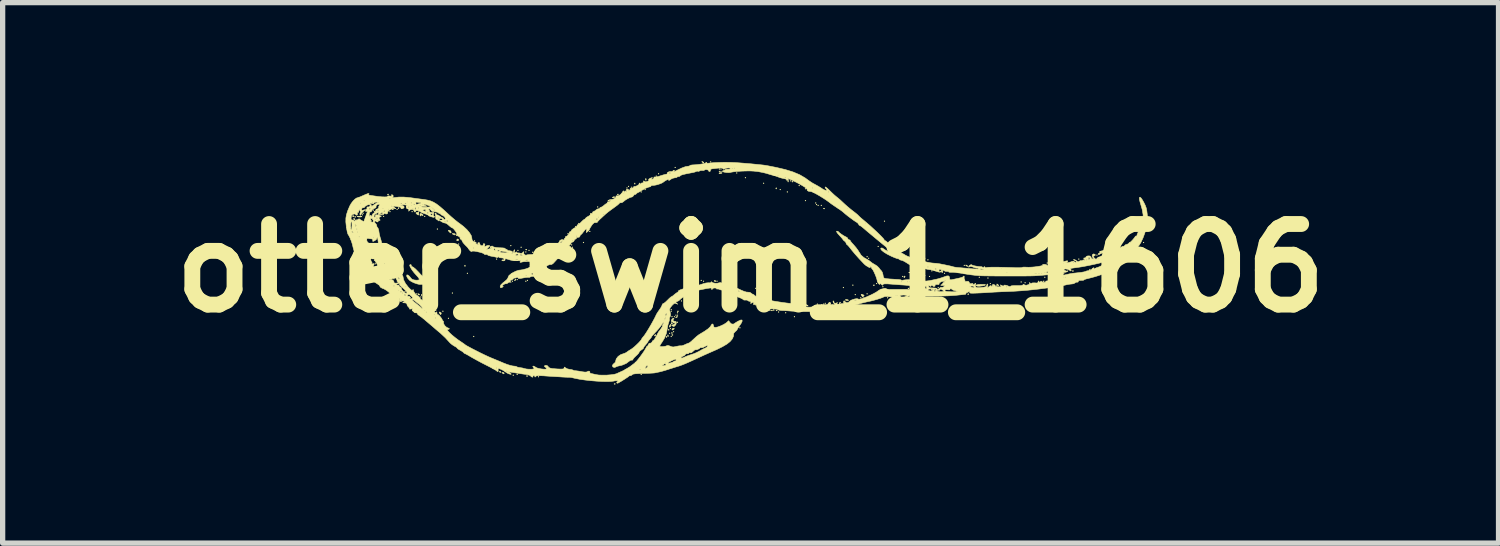
<source format=kicad_pcb>
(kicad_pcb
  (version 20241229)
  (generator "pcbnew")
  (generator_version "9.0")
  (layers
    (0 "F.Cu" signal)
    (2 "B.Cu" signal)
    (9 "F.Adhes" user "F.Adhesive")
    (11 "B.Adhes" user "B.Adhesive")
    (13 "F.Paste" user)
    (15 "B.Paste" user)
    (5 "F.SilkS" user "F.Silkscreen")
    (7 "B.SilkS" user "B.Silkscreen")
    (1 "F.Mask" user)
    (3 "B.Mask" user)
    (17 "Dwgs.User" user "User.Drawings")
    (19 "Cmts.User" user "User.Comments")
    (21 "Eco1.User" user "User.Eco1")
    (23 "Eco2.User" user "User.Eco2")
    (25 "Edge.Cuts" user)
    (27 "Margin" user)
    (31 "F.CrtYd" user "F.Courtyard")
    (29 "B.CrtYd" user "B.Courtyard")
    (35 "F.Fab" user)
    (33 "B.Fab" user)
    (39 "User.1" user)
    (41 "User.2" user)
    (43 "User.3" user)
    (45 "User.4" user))
  (footprint "otter_swim_1_1606"
    (layer "F.Cu")
    (at 11.147 2.022)
    (property "Reference" "otter_swim_1_1606" (at 0 0 0) (layer "F.SilkS") (effects (font (size 1.524 1.524) (thickness 0.3))))
    (attr through_hole)
    (fp_poly (pts (xy -7.336 -1.009) (xy -7.344 -1.001) (xy -7.351 -1.009) (xy -7.344 -1.016) (xy -7.336 -1.009)) (stroke (width 0.01) (type solid)) (fill yes) (layer "F.SilkS"))
    (fp_poly (pts (xy -7.321 -1.038) (xy -7.329 -1.031) (xy -7.336 -1.038) (xy -7.329 -1.046) (xy -7.321 -1.038)) (stroke (width 0.01) (type solid)) (fill yes) (layer "F.SilkS"))
    (fp_poly (pts (xy -7.127 -1.098) (xy -7.134 -1.091) (xy -7.142 -1.098) (xy -7.134 -1.106) (xy -7.127 -1.098)) (stroke (width 0.01) (type solid)) (fill yes) (layer "F.SilkS"))
    (fp_poly (pts (xy -7.082 -0.082) (xy -7.09 -0.075) (xy -7.097 -0.082) (xy -7.09 -0.09) (xy -7.082 -0.082)) (stroke (width 0.01) (type solid)) (fill yes) (layer "F.SilkS"))
    (fp_poly (pts (xy -6.933 -0.979) (xy -6.94 -0.971) (xy -6.948 -0.979) (xy -6.94 -0.986) (xy -6.933 -0.979)) (stroke (width 0.01) (type solid)) (fill yes) (layer "F.SilkS"))
    (fp_poly (pts (xy -6.813 -1.068) (xy -6.821 -1.061) (xy -6.828 -1.068) (xy -6.821 -1.076) (xy -6.813 -1.068)) (stroke (width 0.01) (type solid)) (fill yes) (layer "F.SilkS"))
    (fp_poly (pts (xy -6.738 0.202) (xy -6.746 0.209) (xy -6.753 0.202) (xy -6.746 0.194) (xy -6.738 0.202)) (stroke (width 0.01) (type solid)) (fill yes) (layer "F.SilkS"))
    (fp_poly (pts (xy -6.679 -1.113) (xy -6.686 -1.106) (xy -6.694 -1.113) (xy -6.686 -1.121) (xy -6.679 -1.113)) (stroke (width 0.01) (type solid)) (fill yes) (layer "F.SilkS"))
    (fp_poly (pts (xy -6.529 0.441) (xy -6.537 0.448) (xy -6.544 0.441) (xy -6.537 0.433) (xy -6.529 0.441)) (stroke (width 0.01) (type solid)) (fill yes) (layer "F.SilkS"))
    (fp_poly (pts (xy -6.395 -1.068) (xy -6.402 -1.061) (xy -6.41 -1.068) (xy -6.402 -1.076) (xy -6.395 -1.068)) (stroke (width 0.01) (type solid)) (fill yes) (layer "F.SilkS"))
    (fp_poly (pts (xy -6.305 0.486) (xy -6.313 0.493) (xy -6.32 0.486) (xy -6.313 0.478) (xy -6.305 0.486)) (stroke (width 0.01) (type solid)) (fill yes) (layer "F.SilkS"))
    (fp_poly (pts (xy -6.23 0.545) (xy -6.238 0.553) (xy -6.245 0.545) (xy -6.238 0.538) (xy -6.23 0.545)) (stroke (width 0.01) (type solid)) (fill yes) (layer "F.SilkS"))
    (fp_poly (pts (xy -6.156 -0.979) (xy -6.163 -0.971) (xy -6.171 -0.979) (xy -6.163 -0.986) (xy -6.156 -0.979)) (stroke (width 0.01) (type solid)) (fill yes) (layer "F.SilkS"))
    (fp_poly (pts (xy -6.051 -1.113) (xy -6.059 -1.106) (xy -6.066 -1.113) (xy -6.059 -1.121) (xy -6.051 -1.113)) (stroke (width 0.01) (type solid)) (fill yes) (layer "F.SilkS"))
    (fp_poly (pts (xy -5.947 0.799) (xy -5.954 0.807) (xy -5.962 0.799) (xy -5.954 0.792) (xy -5.947 0.799)) (stroke (width 0.01) (type solid)) (fill yes) (layer "F.SilkS"))
    (fp_poly (pts (xy -5.917 -0.74) (xy -5.924 -0.732) (xy -5.932 -0.74) (xy -5.924 -0.747) (xy -5.917 -0.74)) (stroke (width 0.01) (type solid)) (fill yes) (layer "F.SilkS"))
    (fp_poly (pts (xy -5.812 0.814) (xy -5.82 0.822) (xy -5.827 0.814) (xy -5.82 0.807) (xy -5.812 0.814)) (stroke (width 0.01) (type solid)) (fill yes) (layer "F.SilkS"))
    (fp_poly (pts (xy -5.708 0.949) (xy -5.715 0.956) (xy -5.722 0.949) (xy -5.715 0.941) (xy -5.708 0.949)) (stroke (width 0.01) (type solid)) (fill yes) (layer "F.SilkS"))
    (fp_poly (pts (xy -5.633 0.471) (xy -5.64 0.478) (xy -5.648 0.471) (xy -5.64 0.463) (xy -5.633 0.471)) (stroke (width 0.01) (type solid)) (fill yes) (layer "F.SilkS"))
    (fp_poly (pts (xy -5.513 -0.456) (xy -5.521 -0.448) (xy -5.528 -0.456) (xy -5.521 -0.463) (xy -5.513 -0.456)) (stroke (width 0.01) (type solid)) (fill yes) (layer "F.SilkS"))
    (fp_poly (pts (xy -5.349 0.097) (xy -5.356 0.105) (xy -5.364 0.097) (xy -5.356 0.09) (xy -5.349 0.097)) (stroke (width 0.01) (type solid)) (fill yes) (layer "F.SilkS"))
    (fp_poly (pts (xy -5.229 1.292) (xy -5.237 1.3) (xy -5.244 1.292) (xy -5.237 1.285) (xy -5.229 1.292)) (stroke (width 0.01) (type solid)) (fill yes) (layer "F.SilkS"))
    (fp_poly (pts (xy -5.214 -0.515) (xy -5.222 -0.508) (xy -5.229 -0.515) (xy -5.222 -0.523) (xy -5.214 -0.515)) (stroke (width 0.01) (type solid)) (fill yes) (layer "F.SilkS"))
    (fp_poly (pts (xy -4.796 -0.172) (xy -4.804 -0.164) (xy -4.811 -0.172) (xy -4.804 -0.179) (xy -4.796 -0.172)) (stroke (width 0.01) (type solid)) (fill yes) (layer "F.SilkS"))
    (fp_poly (pts (xy -4.527 -0.426) (xy -4.535 -0.418) (xy -4.542 -0.426) (xy -4.535 -0.433) (xy -4.527 -0.426)) (stroke (width 0.01) (type solid)) (fill yes) (layer "F.SilkS"))
    (fp_poly (pts (xy -4.497 0.247) (xy -4.505 0.254) (xy -4.512 0.247) (xy -4.505 0.239) (xy -4.497 0.247)) (stroke (width 0.01) (type solid)) (fill yes) (layer "F.SilkS"))
    (fp_poly (pts (xy -4.482 2.025) (xy -4.49 2.032) (xy -4.497 2.025) (xy -4.49 2.017) (xy -4.482 2.025)) (stroke (width 0.01) (type solid)) (fill yes) (layer "F.SilkS"))
    (fp_poly (pts (xy -4.408 0.217) (xy -4.415 0.224) (xy -4.423 0.217) (xy -4.415 0.209) (xy -4.408 0.217)) (stroke (width 0.01) (type solid)) (fill yes) (layer "F.SilkS"))
    (fp_poly (pts (xy -4.408 2.01) (xy -4.415 2.017) (xy -4.423 2.01) (xy -4.415 2.002) (xy -4.408 2.01)) (stroke (width 0.01) (type solid)) (fill yes) (layer "F.SilkS"))
    (fp_poly (pts (xy -4.393 -0.336) (xy -4.4 -0.329) (xy -4.408 -0.336) (xy -4.4 -0.344) (xy -4.393 -0.336)) (stroke (width 0.01) (type solid)) (fill yes) (layer "F.SilkS"))
    (fp_poly (pts (xy -4.333 -0.396) (xy -4.34 -0.388) (xy -4.348 -0.396) (xy -4.34 -0.403) (xy -4.333 -0.396)) (stroke (width 0.01) (type solid)) (fill yes) (layer "F.SilkS"))
    (fp_poly (pts (xy -4.243 -0.306) (xy -4.251 -0.299) (xy -4.258 -0.306) (xy -4.251 -0.314) (xy -4.243 -0.306)) (stroke (width 0.01) (type solid)) (fill yes) (layer "F.SilkS"))
    (fp_poly (pts (xy -4.243 0.247) (xy -4.251 0.254) (xy -4.258 0.247) (xy -4.251 0.239) (xy -4.243 0.247)) (stroke (width 0.01) (type solid)) (fill yes) (layer "F.SilkS"))
    (fp_poly (pts (xy -4.213 0.232) (xy -4.221 0.239) (xy -4.228 0.232) (xy -4.221 0.224) (xy -4.213 0.232)) (stroke (width 0.01) (type solid)) (fill yes) (layer "F.SilkS"))
    (fp_poly (pts (xy -4.184 -0.336) (xy -4.191 -0.329) (xy -4.198 -0.336) (xy -4.191 -0.344) (xy -4.184 -0.336)) (stroke (width 0.01) (type solid)) (fill yes) (layer "F.SilkS"))
    (fp_poly (pts (xy -4.004 2.054) (xy -4.012 2.062) (xy -4.019 2.054) (xy -4.012 2.047) (xy -4.004 2.054)) (stroke (width 0.01) (type solid)) (fill yes) (layer "F.SilkS"))
    (fp_poly (pts (xy -3.915 -0.336) (xy -3.922 -0.329) (xy -3.93 -0.336) (xy -3.922 -0.344) (xy -3.915 -0.336)) (stroke (width 0.01) (type solid)) (fill yes) (layer "F.SilkS"))
    (fp_poly (pts (xy -3.885 -0.366) (xy -3.892 -0.359) (xy -3.9 -0.366) (xy -3.892 -0.374) (xy -3.885 -0.366)) (stroke (width 0.01) (type solid)) (fill yes) (layer "F.SilkS"))
    (fp_poly (pts (xy -3.765 -0.366) (xy -3.773 -0.359) (xy -3.78 -0.366) (xy -3.773 -0.374) (xy -3.765 -0.366)) (stroke (width 0.01) (type solid)) (fill yes) (layer "F.SilkS"))
    (fp_poly (pts (xy -3.377 -0.441) (xy -3.384 -0.433) (xy -3.392 -0.441) (xy -3.384 -0.448) (xy -3.377 -0.441)) (stroke (width 0.01) (type solid)) (fill yes) (layer "F.SilkS"))
    (fp_poly (pts (xy -3.362 -0.396) (xy -3.369 -0.388) (xy -3.377 -0.396) (xy -3.369 -0.403) (xy -3.362 -0.396)) (stroke (width 0.01) (type solid)) (fill yes) (layer "F.SilkS"))
    (fp_poly (pts (xy -3.302 -0.784) (xy -3.309 -0.777) (xy -3.317 -0.784) (xy -3.309 -0.792) (xy -3.302 -0.784)) (stroke (width 0.01) (type solid)) (fill yes) (layer "F.SilkS"))
    (fp_poly (pts (xy -3.242 -0.844) (xy -3.25 -0.837) (xy -3.257 -0.844) (xy -3.25 -0.852) (xy -3.242 -0.844)) (stroke (width 0.01) (type solid)) (fill yes) (layer "F.SilkS"))
    (fp_poly (pts (xy -3.153 -0.486) (xy -3.16 -0.478) (xy -3.168 -0.486) (xy -3.16 -0.493) (xy -3.153 -0.486)) (stroke (width 0.01) (type solid)) (fill yes) (layer "F.SilkS"))
    (fp_poly (pts (xy -3.033 -0.695) (xy -3.041 -0.687) (xy -3.048 -0.695) (xy -3.041 -0.702) (xy -3.033 -0.695)) (stroke (width 0.01) (type solid)) (fill yes) (layer "F.SilkS"))
    (fp_poly (pts (xy -2.884 -1.158) (xy -2.891 -1.15) (xy -2.899 -1.158) (xy -2.891 -1.165) (xy -2.884 -1.158)) (stroke (width 0.01) (type solid)) (fill yes) (layer "F.SilkS"))
    (fp_poly (pts (xy -2.331 -1.517) (xy -2.338 -1.509) (xy -2.346 -1.517) (xy -2.338 -1.524) (xy -2.331 -1.517)) (stroke (width 0.01) (type solid)) (fill yes) (layer "F.SilkS"))
    (fp_poly (pts (xy -2.301 -1.546) (xy -2.308 -1.539) (xy -2.316 -1.546) (xy -2.308 -1.554) (xy -2.301 -1.546)) (stroke (width 0.01) (type solid)) (fill yes) (layer "F.SilkS"))
    (fp_poly (pts (xy -2.241 -1.531) (xy -2.249 -1.524) (xy -2.256 -1.531) (xy -2.249 -1.539) (xy -2.241 -1.531)) (stroke (width 0.01) (type solid)) (fill yes) (layer "F.SilkS"))
    (fp_poly (pts (xy -2.062 -1.442) (xy -2.069 -1.434) (xy -2.077 -1.442) (xy -2.069 -1.449) (xy -2.062 -1.442)) (stroke (width 0.01) (type solid)) (fill yes) (layer "F.SilkS"))
    (fp_poly (pts (xy -2.062 2.01) (xy -2.069 2.017) (xy -2.077 2.01) (xy -2.069 2.002) (xy -2.062 2.01)) (stroke (width 0.01) (type solid)) (fill yes) (layer "F.SilkS"))
    (fp_poly (pts (xy -1.987 -1.487) (xy -1.995 -1.479) (xy -2.002 -1.487) (xy -1.995 -1.494) (xy -1.987 -1.487)) (stroke (width 0.01) (type solid)) (fill yes) (layer "F.SilkS"))
    (fp_poly (pts (xy -1.778 -1.741) (xy -1.785 -1.733) (xy -1.793 -1.741) (xy -1.785 -1.748) (xy -1.778 -1.741)) (stroke (width 0.01) (type solid)) (fill yes) (layer "F.SilkS"))
    (fp_poly (pts (xy -1.733 -1.785) (xy -1.741 -1.778) (xy -1.748 -1.785) (xy -1.741 -1.793) (xy -1.733 -1.785)) (stroke (width 0.01) (type solid)) (fill yes) (layer "F.SilkS"))
    (fp_poly (pts (xy -1.524 1.233) (xy -1.531 1.24) (xy -1.539 1.233) (xy -1.531 1.225) (xy -1.524 1.233)) (stroke (width 0.01) (type solid)) (fill yes) (layer "F.SilkS"))
    (fp_poly (pts (xy -1.509 1.143) (xy -1.517 1.15) (xy -1.524 1.143) (xy -1.517 1.136) (xy -1.509 1.143)) (stroke (width 0.01) (type solid)) (fill yes) (layer "F.SilkS"))
    (fp_poly (pts (xy -1.494 0.784) (xy -1.502 0.792) (xy -1.509 0.784) (xy -1.502 0.777) (xy -1.494 0.784)) (stroke (width 0.01) (type solid)) (fill yes) (layer "F.SilkS"))
    (fp_poly (pts (xy -1.494 0.814) (xy -1.502 0.822) (xy -1.509 0.814) (xy -1.502 0.807) (xy -1.494 0.814)) (stroke (width 0.01) (type solid)) (fill yes) (layer "F.SilkS"))
    (fp_poly (pts (xy -1.494 1.292) (xy -1.502 1.3) (xy -1.509 1.292) (xy -1.502 1.285) (xy -1.494 1.292)) (stroke (width 0.01) (type solid)) (fill yes) (layer "F.SilkS"))
    (fp_poly (pts (xy -1.479 0.919) (xy -1.487 0.926) (xy -1.494 0.919) (xy -1.487 0.911) (xy -1.479 0.919)) (stroke (width 0.01) (type solid)) (fill yes) (layer "F.SilkS"))
    (fp_poly (pts (xy -1.449 1.203) (xy -1.457 1.21) (xy -1.464 1.203) (xy -1.457 1.195) (xy -1.449 1.203)) (stroke (width 0.01) (type solid)) (fill yes) (layer "F.SilkS"))
    (fp_poly (pts (xy -1.434 0.919) (xy -1.442 0.926) (xy -1.449 0.919) (xy -1.442 0.911) (xy -1.434 0.919)) (stroke (width 0.01) (type solid)) (fill yes) (layer "F.SilkS"))
    (fp_poly (pts (xy -1.419 -1.905) (xy -1.427 -1.898) (xy -1.434 -1.905) (xy -1.427 -1.912) (xy -1.419 -1.905)) (stroke (width 0.01) (type solid)) (fill yes) (layer "F.SilkS"))
    (fp_poly (pts (xy -1.404 0.889) (xy -1.412 0.896) (xy -1.419 0.889) (xy -1.412 0.882) (xy -1.404 0.889)) (stroke (width 0.01) (type solid)) (fill yes) (layer "F.SilkS"))
    (fp_poly (pts (xy -1.375 0.844) (xy -1.382 0.852) (xy -1.39 0.844) (xy -1.382 0.837) (xy -1.375 0.844)) (stroke (width 0.01) (type solid)) (fill yes) (layer "F.SilkS"))
    (fp_poly (pts (xy -1.375 0.889) (xy -1.382 0.896) (xy -1.39 0.889) (xy -1.382 0.882) (xy -1.375 0.889)) (stroke (width 0.01) (type solid)) (fill yes) (layer "F.SilkS"))
    (fp_poly (pts (xy -1.375 1.023) (xy -1.382 1.031) (xy -1.39 1.023) (xy -1.382 1.016) (xy -1.375 1.023)) (stroke (width 0.01) (type solid)) (fill yes) (layer "F.SilkS"))
    (fp_poly (pts (xy -1.3 0.62) (xy -1.307 0.628) (xy -1.315 0.62) (xy -1.307 0.613) (xy -1.3 0.62)) (stroke (width 0.01) (type solid)) (fill yes) (layer "F.SilkS"))
    (fp_poly (pts (xy -1.225 0.575) (xy -1.233 0.583) (xy -1.24 0.575) (xy -1.233 0.568) (xy -1.225 0.575)) (stroke (width 0.01) (type solid)) (fill yes) (layer "F.SilkS"))
    (fp_poly (pts (xy -1.121 0.291) (xy -1.128 0.299) (xy -1.136 0.291) (xy -1.128 0.284) (xy -1.121 0.291)) (stroke (width 0.01) (type solid)) (fill yes) (layer "F.SilkS"))
    (fp_poly (pts (xy -1.031 0.276) (xy -1.038 0.284) (xy -1.046 0.276) (xy -1.038 0.269) (xy -1.031 0.276)) (stroke (width 0.01) (type solid)) (fill yes) (layer "F.SilkS"))
    (fp_poly (pts (xy -1.016 0.247) (xy -1.023 0.254) (xy -1.031 0.247) (xy -1.023 0.239) (xy -1.016 0.247)) (stroke (width 0.01) (type solid)) (fill yes) (layer "F.SilkS"))
    (fp_poly (pts (xy -0.926 0.232) (xy -0.934 0.239) (xy -0.941 0.232) (xy -0.934 0.224) (xy -0.926 0.232)) (stroke (width 0.01) (type solid)) (fill yes) (layer "F.SilkS"))
    (fp_poly (pts (xy -0.882 0.247) (xy -0.889 0.254) (xy -0.896 0.247) (xy -0.889 0.239) (xy -0.882 0.247)) (stroke (width 0.01) (type solid)) (fill yes) (layer "F.SilkS"))
    (fp_poly (pts (xy -0.747 -2.01) (xy -0.755 -2.002) (xy -0.762 -2.01) (xy -0.755 -2.017) (xy -0.747 -2.01)) (stroke (width 0.01) (type solid)) (fill yes) (layer "F.SilkS"))
    (fp_poly (pts (xy -0.628 0.247) (xy -0.635 0.254) (xy -0.642 0.247) (xy -0.635 0.239) (xy -0.628 0.247)) (stroke (width 0.01) (type solid)) (fill yes) (layer "F.SilkS"))
    (fp_poly (pts (xy -0.583 -1.875) (xy -0.59 -1.868) (xy -0.598 -1.875) (xy -0.59 -1.883) (xy -0.583 -1.875)) (stroke (width 0.01) (type solid)) (fill yes) (layer "F.SilkS"))
    (fp_poly (pts (xy -0.583 -1.83) (xy -0.59 -1.823) (xy -0.598 -1.83) (xy -0.59 -1.838) (xy -0.583 -1.83)) (stroke (width 0.01) (type solid)) (fill yes) (layer "F.SilkS"))
    (fp_poly (pts (xy -0.553 -1.875) (xy -0.56 -1.868) (xy -0.568 -1.875) (xy -0.56 -1.883) (xy -0.553 -1.875)) (stroke (width 0.01) (type solid)) (fill yes) (layer "F.SilkS"))
    (fp_poly (pts (xy -0.553 -1.83) (xy -0.56 -1.823) (xy -0.568 -1.83) (xy -0.56 -1.838) (xy -0.553 -1.83)) (stroke (width 0.01) (type solid)) (fill yes) (layer "F.SilkS"))
    (fp_poly (pts (xy -0.254 -1.8) (xy -0.261 -1.793) (xy -0.269 -1.8) (xy -0.261 -1.808) (xy -0.254 -1.8)) (stroke (width 0.01) (type solid)) (fill yes) (layer "F.SilkS"))
    (fp_poly (pts (xy -0.194 1.128) (xy -0.202 1.136) (xy -0.209 1.128) (xy -0.202 1.121) (xy -0.194 1.128)) (stroke (width 0.01) (type solid)) (fill yes) (layer "F.SilkS"))
    (fp_poly (pts (xy -0.09 -1.711) (xy -0.097 -1.703) (xy -0.105 -1.711) (xy -0.097 -1.718) (xy -0.09 -1.711)) (stroke (width 0.01) (type solid)) (fill yes) (layer "F.SilkS"))
    (fp_poly (pts (xy 0.105 0.381) (xy 0.097 0.388) (xy 0.09 0.381) (xy 0.097 0.374) (xy 0.105 0.381)) (stroke (width 0.01) (type solid)) (fill yes) (layer "F.SilkS"))
    (fp_poly (pts (xy 0.134 0.695) (xy 0.127 0.702) (xy 0.12 0.695) (xy 0.127 0.687) (xy 0.134 0.695)) (stroke (width 0.01) (type solid)) (fill yes) (layer "F.SilkS"))
    (fp_poly (pts (xy 0.149 0.725) (xy 0.142 0.732) (xy 0.134 0.725) (xy 0.142 0.717) (xy 0.149 0.725)) (stroke (width 0.01) (type solid)) (fill yes) (layer "F.SilkS"))
    (fp_poly (pts (xy 0.254 -1.606) (xy 0.247 -1.599) (xy 0.239 -1.606) (xy 0.247 -1.614) (xy 0.254 -1.606)) (stroke (width 0.01) (type solid)) (fill yes) (layer "F.SilkS"))
    (fp_poly (pts (xy 0.374 0.799) (xy 0.366 0.807) (xy 0.359 0.799) (xy 0.366 0.792) (xy 0.374 0.799)) (stroke (width 0.01) (type solid)) (fill yes) (layer "F.SilkS"))
    (fp_poly (pts (xy 0.538 0.829) (xy 0.53 0.837) (xy 0.523 0.829) (xy 0.53 0.822) (xy 0.538 0.829)) (stroke (width 0.01) (type solid)) (fill yes) (layer "F.SilkS"))
    (fp_poly (pts (xy 0.568 -1.487) (xy 0.56 -1.479) (xy 0.553 -1.487) (xy 0.56 -1.494) (xy 0.568 -1.487)) (stroke (width 0.01) (type solid)) (fill yes) (layer "F.SilkS"))
    (fp_poly (pts (xy 0.672 0.844) (xy 0.665 0.852) (xy 0.657 0.844) (xy 0.665 0.837) (xy 0.672 0.844)) (stroke (width 0.01) (type solid)) (fill yes) (layer "F.SilkS"))
    (fp_poly (pts (xy 0.702 -1.442) (xy 0.695 -1.434) (xy 0.687 -1.442) (xy 0.695 -1.449) (xy 0.702 -1.442)) (stroke (width 0.01) (type solid)) (fill yes) (layer "F.SilkS"))
    (fp_poly (pts (xy 0.717 -1.636) (xy 0.71 -1.629) (xy 0.702 -1.636) (xy 0.71 -1.644) (xy 0.717 -1.636)) (stroke (width 0.01) (type solid)) (fill yes) (layer "F.SilkS"))
    (fp_poly (pts (xy 0.762 -1.651) (xy 0.755 -1.644) (xy 0.747 -1.651) (xy 0.755 -1.658) (xy 0.762 -1.651)) (stroke (width 0.01) (type solid)) (fill yes) (layer "F.SilkS"))
    (fp_poly (pts (xy 0.837 0.919) (xy 0.829 0.926) (xy 0.822 0.919) (xy 0.829 0.911) (xy 0.837 0.919)) (stroke (width 0.01) (type solid)) (fill yes) (layer "F.SilkS"))
    (fp_poly (pts (xy 0.926 -1.561) (xy 0.919 -1.554) (xy 0.911 -1.561) (xy 0.919 -1.569) (xy 0.926 -1.561)) (stroke (width 0.01) (type solid)) (fill yes) (layer "F.SilkS"))
    (fp_poly (pts (xy 1.046 -1.502) (xy 1.038 -1.494) (xy 1.031 -1.502) (xy 1.038 -1.509) (xy 1.046 -1.502)) (stroke (width 0.01) (type solid)) (fill yes) (layer "F.SilkS"))
    (fp_poly (pts (xy 1.046 -1.277) (xy 1.038 -1.27) (xy 1.031 -1.277) (xy 1.038 -1.285) (xy 1.046 -1.277)) (stroke (width 0.01) (type solid)) (fill yes) (layer "F.SilkS"))
    (fp_poly (pts (xy 1.225 0.71) (xy 1.218 0.717) (xy 1.21 0.71) (xy 1.218 0.702) (xy 1.225 0.71)) (stroke (width 0.01) (type solid)) (fill yes) (layer "F.SilkS"))
    (fp_poly (pts (xy 1.24 -1.233) (xy 1.233 -1.225) (xy 1.225 -1.233) (xy 1.233 -1.24) (xy 1.24 -1.233)) (stroke (width 0.01) (type solid)) (fill yes) (layer "F.SilkS"))
    (fp_poly (pts (xy 1.255 -1.203) (xy 1.248 -1.195) (xy 1.24 -1.203) (xy 1.248 -1.21) (xy 1.255 -1.203)) (stroke (width 0.01) (type solid)) (fill yes) (layer "F.SilkS"))
    (fp_poly (pts (xy 1.27 0.68) (xy 1.263 0.687) (xy 1.255 0.68) (xy 1.263 0.672) (xy 1.27 0.68)) (stroke (width 0.01) (type solid)) (fill yes) (layer "F.SilkS"))
    (fp_poly (pts (xy 1.285 -1.188) (xy 1.277 -1.18) (xy 1.27 -1.188) (xy 1.277 -1.195) (xy 1.285 -1.188)) (stroke (width 0.01) (type solid)) (fill yes) (layer "F.SilkS"))
    (fp_poly (pts (xy 1.315 0.71) (xy 1.307 0.717) (xy 1.3 0.71) (xy 1.307 0.702) (xy 1.315 0.71)) (stroke (width 0.01) (type solid)) (fill yes) (layer "F.SilkS"))
    (fp_poly (pts (xy 1.345 -1.188) (xy 1.337 -1.18) (xy 1.33 -1.188) (xy 1.337 -1.195) (xy 1.345 -1.188)) (stroke (width 0.01) (type solid)) (fill yes) (layer "F.SilkS"))
    (fp_poly (pts (xy 1.39 0.68) (xy 1.382 0.687) (xy 1.375 0.68) (xy 1.382 0.672) (xy 1.39 0.68)) (stroke (width 0.01) (type solid)) (fill yes) (layer "F.SilkS"))
    (fp_poly (pts (xy 1.419 0.665) (xy 1.412 0.672) (xy 1.404 0.665) (xy 1.412 0.657) (xy 1.419 0.665)) (stroke (width 0.01) (type solid)) (fill yes) (layer "F.SilkS"))
    (fp_poly (pts (xy 1.763 0.366) (xy 1.756 0.374) (xy 1.748 0.366) (xy 1.756 0.359) (xy 1.763 0.366)) (stroke (width 0.01) (type solid)) (fill yes) (layer "F.SilkS"))
    (fp_poly (pts (xy 1.942 0.321) (xy 1.935 0.329) (xy 1.927 0.321) (xy 1.935 0.314) (xy 1.942 0.321)) (stroke (width 0.01) (type solid)) (fill yes) (layer "F.SilkS"))
    (fp_poly (pts (xy 1.987 0.501) (xy 1.98 0.508) (xy 1.972 0.501) (xy 1.98 0.493) (xy 1.987 0.501)) (stroke (width 0.01) (type solid)) (fill yes) (layer "F.SilkS"))
    (fp_poly (pts (xy 2.092 0.56) (xy 2.084 0.568) (xy 2.077 0.56) (xy 2.084 0.553) (xy 2.092 0.56)) (stroke (width 0.01) (type solid)) (fill yes) (layer "F.SilkS"))
    (fp_poly (pts (xy 2.211 -0.217) (xy 2.204 -0.209) (xy 2.196 -0.217) (xy 2.204 -0.224) (xy 2.211 -0.217)) (stroke (width 0.01) (type solid)) (fill yes) (layer "F.SilkS"))
    (fp_poly (pts (xy 2.211 0.486) (xy 2.204 0.493) (xy 2.196 0.486) (xy 2.204 0.478) (xy 2.211 0.486)) (stroke (width 0.01) (type solid)) (fill yes) (layer "F.SilkS"))
    (fp_poly (pts (xy 2.241 -0.187) (xy 2.234 -0.179) (xy 2.226 -0.187) (xy 2.234 -0.194) (xy 2.241 -0.187)) (stroke (width 0.01) (type solid)) (fill yes) (layer "F.SilkS"))
    (fp_poly (pts (xy 2.391 0.291) (xy 2.383 0.299) (xy 2.376 0.291) (xy 2.383 0.284) (xy 2.391 0.291)) (stroke (width 0.01) (type solid)) (fill yes) (layer "F.SilkS"))
    (fp_poly (pts (xy 2.42 -0.411) (xy 2.413 -0.403) (xy 2.406 -0.411) (xy 2.413 -0.418) (xy 2.42 -0.411)) (stroke (width 0.01) (type solid)) (fill yes) (layer "F.SilkS"))
    (fp_poly (pts (xy 2.51 0.351) (xy 2.503 0.359) (xy 2.495 0.351) (xy 2.503 0.344) (xy 2.51 0.351)) (stroke (width 0.01) (type solid)) (fill yes) (layer "F.SilkS"))
    (fp_poly (pts (xy 2.54 -0.889) (xy 2.533 -0.882) (xy 2.525 -0.889) (xy 2.533 -0.896) (xy 2.54 -0.889)) (stroke (width 0.01) (type solid)) (fill yes) (layer "F.SilkS"))
    (fp_poly (pts (xy 2.6 0.56) (xy 2.592 0.568) (xy 2.585 0.56) (xy 2.592 0.553) (xy 2.6 0.56)) (stroke (width 0.01) (type solid)) (fill yes) (layer "F.SilkS"))
    (fp_poly (pts (xy 2.884 0.157) (xy 2.876 0.164) (xy 2.869 0.157) (xy 2.876 0.149) (xy 2.884 0.157)) (stroke (width 0.01) (type solid)) (fill yes) (layer "F.SilkS"))
    (fp_poly (pts (xy 3.153 0.381) (xy 3.145 0.388) (xy 3.138 0.381) (xy 3.145 0.374) (xy 3.153 0.381)) (stroke (width 0.01) (type solid)) (fill yes) (layer "F.SilkS"))
    (fp_poly (pts (xy 3.302 -0.187) (xy 3.295 -0.179) (xy 3.287 -0.187) (xy 3.295 -0.194) (xy 3.302 -0.187)) (stroke (width 0.01) (type solid)) (fill yes) (layer "F.SilkS"))
    (fp_poly (pts (xy 3.302 0.142) (xy 3.295 0.149) (xy 3.287 0.142) (xy 3.295 0.134) (xy 3.302 0.142)) (stroke (width 0.01) (type solid)) (fill yes) (layer "F.SilkS"))
    (fp_poly (pts (xy 3.362 -0.157) (xy 3.354 -0.149) (xy 3.347 -0.157) (xy 3.354 -0.164) (xy 3.362 -0.157)) (stroke (width 0.01) (type solid)) (fill yes) (layer "F.SilkS"))
    (fp_poly (pts (xy 3.392 0.157) (xy 3.384 0.164) (xy 3.377 0.157) (xy 3.384 0.149) (xy 3.392 0.157)) (stroke (width 0.01) (type solid)) (fill yes) (layer "F.SilkS"))
    (fp_poly (pts (xy 3.436 0.052) (xy 3.429 0.06) (xy 3.422 0.052) (xy 3.429 0.045) (xy 3.436 0.052)) (stroke (width 0.01) (type solid)) (fill yes) (layer "F.SilkS"))
    (fp_poly (pts (xy 3.556 0.366) (xy 3.549 0.374) (xy 3.541 0.366) (xy 3.549 0.359) (xy 3.556 0.366)) (stroke (width 0.01) (type solid)) (fill yes) (layer "F.SilkS"))
    (fp_poly (pts (xy 3.676 0.097) (xy 3.668 0.105) (xy 3.661 0.097) (xy 3.668 0.09) (xy 3.676 0.097)) (stroke (width 0.01) (type solid)) (fill yes) (layer "F.SilkS"))
    (fp_poly (pts (xy 4.049 -0.052) (xy 4.042 -0.045) (xy 4.034 -0.052) (xy 4.042 -0.06) (xy 4.049 -0.052)) (stroke (width 0.01) (type solid)) (fill yes) (layer "F.SilkS"))
    (fp_poly (pts (xy 4.333 0.172) (xy 4.325 0.179) (xy 4.318 0.172) (xy 4.325 0.164) (xy 4.333 0.172)) (stroke (width 0.01) (type solid)) (fill yes) (layer "F.SilkS"))
    (fp_poly (pts (xy 4.497 0.187) (xy 4.49 0.194) (xy 4.482 0.187) (xy 4.49 0.179) (xy 4.497 0.187)) (stroke (width 0.01) (type solid)) (fill yes) (layer "F.SilkS"))
    (fp_poly (pts (xy 4.542 0.291) (xy 4.535 0.299) (xy 4.527 0.291) (xy 4.535 0.284) (xy 4.542 0.291)) (stroke (width 0.01) (type solid)) (fill yes) (layer "F.SilkS"))
    (fp_poly (pts (xy 4.662 0.336) (xy 4.654 0.344) (xy 4.647 0.336) (xy 4.654 0.329) (xy 4.662 0.336)) (stroke (width 0.01) (type solid)) (fill yes) (layer "F.SilkS"))
    (fp_poly (pts (xy 5.125 0.261) (xy 5.117 0.269) (xy 5.11 0.261) (xy 5.117 0.254) (xy 5.125 0.261)) (stroke (width 0.01) (type solid)) (fill yes) (layer "F.SilkS"))
    (fp_poly (pts (xy 5.2 0.276) (xy 5.192 0.284) (xy 5.185 0.276) (xy 5.192 0.269) (xy 5.2 0.276)) (stroke (width 0.01) (type solid)) (fill yes) (layer "F.SilkS"))
    (fp_poly (pts (xy 5.573 0.172) (xy 5.566 0.179) (xy 5.558 0.172) (xy 5.566 0.164) (xy 5.573 0.172)) (stroke (width 0.01) (type solid)) (fill yes) (layer "F.SilkS"))
    (fp_poly (pts (xy 5.618 -0.097) (xy 5.61 -0.09) (xy 5.603 -0.097) (xy 5.61 -0.105) (xy 5.618 -0.097)) (stroke (width 0.01) (type solid)) (fill yes) (layer "F.SilkS"))
    (fp_poly (pts (xy 5.872 -0.112) (xy 5.864 -0.105) (xy 5.857 -0.112) (xy 5.864 -0.12) (xy 5.872 -0.112)) (stroke (width 0.01) (type solid)) (fill yes) (layer "F.SilkS"))
    (fp_poly (pts (xy 5.932 0.097) (xy 5.924 0.105) (xy 5.917 0.097) (xy 5.924 0.09) (xy 5.932 0.097)) (stroke (width 0.01) (type solid)) (fill yes) (layer "F.SilkS"))
    (fp_poly (pts (xy 6.216 -0.172) (xy 6.208 -0.164) (xy 6.201 -0.172) (xy 6.208 -0.179) (xy 6.216 -0.172)) (stroke (width 0.01) (type solid)) (fill yes) (layer "F.SilkS"))
    (fp_poly (pts (xy 6.559 -0.247) (xy 6.552 -0.239) (xy 6.544 -0.247) (xy 6.552 -0.254) (xy 6.559 -0.247)) (stroke (width 0.01) (type solid)) (fill yes) (layer "F.SilkS"))
    (fp_poly (pts (xy 7.217 -0.725) (xy 7.209 -0.717) (xy 7.202 -0.725) (xy 7.209 -0.732) (xy 7.217 -0.725)) (stroke (width 0.01) (type solid)) (fill yes) (layer "F.SilkS"))
    (fp_poly (pts (xy 7.261 -0.769) (xy 7.254 -0.762) (xy 7.246 -0.769) (xy 7.254 -0.777) (xy 7.261 -0.769)) (stroke (width 0.01) (type solid)) (fill yes) (layer "F.SilkS"))
    (fp_poly (pts (xy 7.441 -0.486) (xy 7.433 -0.478) (xy 7.426 -0.486) (xy 7.433 -0.493) (xy 7.441 -0.486)) (stroke (width 0.01) (type solid)) (fill yes) (layer "F.SilkS"))
    (fp_poly (pts (xy -7.476 -0.981) (xy -7.474 -0.963) (xy -7.476 -0.961) (xy -7.484 -0.963) (xy -7.486 -0.971) (xy -7.48 -0.983) (xy -7.476 -0.981)) (stroke (width 0.01) (type solid)) (fill yes) (layer "F.SilkS"))
    (fp_poly (pts (xy -7.102 -1.071) (xy -7.104 -1.062) (xy -7.112 -1.061) (xy -7.124 -1.066) (xy -7.122 -1.071) (xy -7.104 -1.073) (xy -7.102 -1.071)) (stroke (width 0.01) (type solid)) (fill yes) (layer "F.SilkS"))
    (fp_poly (pts (xy -6.863 0.125) (xy -6.861 0.142) (xy -6.863 0.144) (xy -6.872 0.142) (xy -6.873 0.134) (xy -6.867 0.122) (xy -6.863 0.125)) (stroke (width 0.01) (type solid)) (fill yes) (layer "F.SilkS"))
    (fp_poly (pts (xy -6.848 -1.399) (xy -6.85 -1.391) (xy -6.858 -1.39) (xy -6.87 -1.395) (xy -6.868 -1.399) (xy -6.85 -1.401) (xy -6.848 -1.399)) (stroke (width 0.01) (type solid)) (fill yes) (layer "F.SilkS"))
    (fp_poly (pts (xy -6.758 -1.116) (xy -6.76 -1.107) (xy -6.768 -1.106) (xy -6.781 -1.111) (xy -6.778 -1.116) (xy -6.761 -1.117) (xy -6.758 -1.116)) (stroke (width 0.01) (type solid)) (fill yes) (layer "F.SilkS"))
    (fp_poly (pts (xy -6.654 -1.145) (xy -6.652 -1.128) (xy -6.654 -1.126) (xy -6.663 -1.128) (xy -6.664 -1.136) (xy -6.658 -1.148) (xy -6.654 -1.145)) (stroke (width 0.01) (type solid)) (fill yes) (layer "F.SilkS"))
    (fp_poly (pts (xy -6.221 0.498) (xy -6.219 0.516) (xy -6.221 0.518) (xy -6.229 0.516) (xy -6.23 0.508) (xy -6.225 0.496) (xy -6.221 0.498)) (stroke (width 0.01) (type solid)) (fill yes) (layer "F.SilkS"))
    (fp_poly (pts (xy -5.399 -0.055) (xy -5.397 -0.037) (xy -5.399 -0.035) (xy -5.408 -0.037) (xy -5.409 -0.045) (xy -5.403 -0.057) (xy -5.399 -0.055)) (stroke (width 0.01) (type solid)) (fill yes) (layer "F.SilkS"))
    (fp_poly (pts (xy -4.233 -0.354) (xy -4.235 -0.345) (xy -4.243 -0.344) (xy -4.256 -0.349) (xy -4.253 -0.354) (xy -4.236 -0.355) (xy -4.233 -0.354)) (stroke (width 0.01) (type solid)) (fill yes) (layer "F.SilkS"))
    (fp_poly (pts (xy -4.218 2.037) (xy -4.22 2.046) (xy -4.228 2.047) (xy -4.241 2.041) (xy -4.238 2.037) (xy -4.221 2.035) (xy -4.218 2.037)) (stroke (width 0.01) (type solid)) (fill yes) (layer "F.SilkS"))
    (fp_poly (pts (xy -4.114 -0.309) (xy -4.112 -0.291) (xy -4.114 -0.289) (xy -4.123 -0.291) (xy -4.124 -0.299) (xy -4.118 -0.311) (xy -4.114 -0.309)) (stroke (width 0.01) (type solid)) (fill yes) (layer "F.SilkS"))
    (fp_poly (pts (xy -3.471 -0.324) (xy -3.47 -0.306) (xy -3.471 -0.304) (xy -3.48 -0.306) (xy -3.481 -0.314) (xy -3.476 -0.326) (xy -3.471 -0.324)) (stroke (width 0.01) (type solid)) (fill yes) (layer "F.SilkS"))
    (fp_poly (pts (xy -3.441 -0.652) (xy -3.444 -0.644) (xy -3.451 -0.642) (xy -3.464 -0.648) (xy -3.461 -0.652) (xy -3.444 -0.654) (xy -3.441 -0.652)) (stroke (width 0.01) (type solid)) (fill yes) (layer "F.SilkS"))
    (fp_poly (pts (xy -2.56 2.186) (xy -2.562 2.195) (xy -2.57 2.196) (xy -2.582 2.191) (xy -2.58 2.186) (xy -2.562 2.185) (xy -2.56 2.186)) (stroke (width 0.01) (type solid)) (fill yes) (layer "F.SilkS"))
    (fp_poly (pts (xy -2.5 -1.399) (xy -2.502 -1.391) (xy -2.51 -1.39) (xy -2.522 -1.395) (xy -2.52 -1.399) (xy -2.502 -1.401) (xy -2.5 -1.399)) (stroke (width 0.01) (type solid)) (fill yes) (layer "F.SilkS"))
    (fp_poly (pts (xy -2.186 -1.609) (xy -2.185 -1.591) (xy -2.186 -1.589) (xy -2.195 -1.591) (xy -2.196 -1.599) (xy -2.191 -1.611) (xy -2.186 -1.609)) (stroke (width 0.01) (type solid)) (fill yes) (layer "F.SilkS"))
    (fp_poly (pts (xy -1.977 -1.691) (xy -1.975 -1.668) (xy -1.978 -1.663) (xy -1.985 -1.667) (xy -1.986 -1.682) (xy -1.982 -1.698) (xy -1.977 -1.691)) (stroke (width 0.01) (type solid)) (fill yes) (layer "F.SilkS"))
    (fp_poly (pts (xy -1.589 1.29) (xy -1.587 1.308) (xy -1.589 1.31) (xy -1.598 1.308) (xy -1.599 1.3) (xy -1.593 1.288) (xy -1.589 1.29)) (stroke (width 0.01) (type solid)) (fill yes) (layer "F.SilkS"))
    (fp_poly (pts (xy -1.559 1.267) (xy -1.557 1.291) (xy -1.56 1.296) (xy -1.567 1.291) (xy -1.568 1.276) (xy -1.564 1.26) (xy -1.559 1.267)) (stroke (width 0.01) (type solid)) (fill yes) (layer "F.SilkS"))
    (fp_poly (pts (xy -1.544 1.155) (xy -1.542 1.173) (xy -1.544 1.175) (xy -1.553 1.173) (xy -1.554 1.165) (xy -1.548 1.153) (xy -1.544 1.155)) (stroke (width 0.01) (type solid)) (fill yes) (layer "F.SilkS"))
    (fp_poly (pts (xy -1.484 1.215) (xy -1.482 1.233) (xy -1.484 1.235) (xy -1.493 1.233) (xy -1.494 1.225) (xy -1.489 1.213) (xy -1.484 1.215)) (stroke (width 0.01) (type solid)) (fill yes) (layer "F.SilkS"))
    (fp_poly (pts (xy -1.469 1.26) (xy -1.471 1.269) (xy -1.479 1.27) (xy -1.491 1.265) (xy -1.489 1.26) (xy -1.471 1.258) (xy -1.469 1.26)) (stroke (width 0.01) (type solid)) (fill yes) (layer "F.SilkS"))
    (fp_poly (pts (xy -1.365 0.812) (xy -1.367 0.821) (xy -1.375 0.822) (xy -1.387 0.816) (xy -1.385 0.812) (xy -1.367 0.81) (xy -1.365 0.812)) (stroke (width 0.01) (type solid)) (fill yes) (layer "F.SilkS"))
    (fp_poly (pts (xy -0.991 0.453) (xy -0.993 0.462) (xy -1.001 0.463) (xy -1.013 0.458) (xy -1.011 0.453) (xy -0.993 0.451) (xy -0.991 0.453)) (stroke (width 0.01) (type solid)) (fill yes) (layer "F.SilkS"))
    (fp_poly (pts (xy 0.264 0.722) (xy 0.262 0.731) (xy 0.254 0.732) (xy 0.242 0.727) (xy 0.244 0.722) (xy 0.262 0.72) (xy 0.264 0.722)) (stroke (width 0.01) (type solid)) (fill yes) (layer "F.SilkS"))
    (fp_poly (pts (xy 0.413 0.797) (xy 0.411 0.806) (xy 0.403 0.807) (xy 0.391 0.801) (xy 0.393 0.797) (xy 0.411 0.795) (xy 0.413 0.797)) (stroke (width 0.01) (type solid)) (fill yes) (layer "F.SilkS"))
    (fp_poly (pts (xy 0.443 0.782) (xy 0.445 0.8) (xy 0.443 0.802) (xy 0.434 0.8) (xy 0.433 0.792) (xy 0.439 0.78) (xy 0.443 0.782)) (stroke (width 0.01) (type solid)) (fill yes) (layer "F.SilkS"))
    (fp_poly (pts (xy 0.488 -1.519) (xy 0.49 -1.501) (xy 0.488 -1.499) (xy 0.479 -1.501) (xy 0.478 -1.509) (xy 0.484 -1.521) (xy 0.488 -1.519)) (stroke (width 0.01) (type solid)) (fill yes) (layer "F.SilkS"))
    (fp_poly (pts (xy 0.503 0.797) (xy 0.501 0.806) (xy 0.493 0.807) (xy 0.481 0.801) (xy 0.483 0.797) (xy 0.501 0.795) (xy 0.503 0.797)) (stroke (width 0.01) (type solid)) (fill yes) (layer "F.SilkS"))
    (fp_poly (pts (xy 0.802 -1.639) (xy 0.8 -1.63) (xy 0.792 -1.629) (xy 0.78 -1.634) (xy 0.782 -1.639) (xy 0.8 -1.64) (xy 0.802 -1.639)) (stroke (width 0.01) (type solid)) (fill yes) (layer "F.SilkS"))
    (fp_poly (pts (xy 1.355 0.692) (xy 1.353 0.701) (xy 1.345 0.702) (xy 1.332 0.697) (xy 1.335 0.692) (xy 1.352 0.69) (xy 1.355 0.692)) (stroke (width 0.01) (type solid)) (fill yes) (layer "F.SilkS"))
    (fp_poly (pts (xy 1.399 -1.131) (xy 1.397 -1.122) (xy 1.39 -1.121) (xy 1.377 -1.126) (xy 1.38 -1.131) (xy 1.397 -1.132) (xy 1.399 -1.131)) (stroke (width 0.01) (type solid)) (fill yes) (layer "F.SilkS"))
    (fp_poly (pts (xy 2.341 0.319) (xy 2.339 0.328) (xy 2.331 0.329) (xy 2.319 0.323) (xy 2.321 0.319) (xy 2.339 0.317) (xy 2.341 0.319)) (stroke (width 0.01) (type solid)) (fill yes) (layer "F.SilkS"))
    (fp_poly (pts (xy 2.909 0.543) (xy 2.91 0.561) (xy 2.909 0.563) (xy 2.9 0.561) (xy 2.899 0.553) (xy 2.904 0.541) (xy 2.909 0.543)) (stroke (width 0.01) (type solid)) (fill yes) (layer "F.SilkS"))
    (fp_poly (pts (xy 2.998 0.379) (xy 2.996 0.387) (xy 2.988 0.388) (xy 2.976 0.383) (xy 2.978 0.379) (xy 2.996 0.377) (xy 2.998 0.379)) (stroke (width 0.01) (type solid)) (fill yes) (layer "F.SilkS"))
    (fp_poly (pts (xy 3.013 0.08) (xy 3.011 0.089) (xy 3.003 0.09) (xy 2.991 0.084) (xy 2.993 0.08) (xy 3.011 0.078) (xy 3.013 0.08)) (stroke (width 0.01) (type solid)) (fill yes) (layer "F.SilkS"))
    (fp_poly (pts (xy 3.013 0.543) (xy 3.011 0.552) (xy 3.003 0.553) (xy 2.991 0.547) (xy 2.993 0.543) (xy 3.011 0.541) (xy 3.013 0.543)) (stroke (width 0.01) (type solid)) (fill yes) (layer "F.SilkS"))
    (fp_poly (pts (xy 3.088 -0.04) (xy 3.09 -0.022) (xy 3.088 -0.02) (xy 3.079 -0.022) (xy 3.078 -0.03) (xy 3.083 -0.042) (xy 3.088 -0.04)) (stroke (width 0.01) (type solid)) (fill yes) (layer "F.SilkS"))
    (fp_poly (pts (xy 3.088 0.364) (xy 3.086 0.372) (xy 3.078 0.374) (xy 3.066 0.368) (xy 3.068 0.364) (xy 3.086 0.362) (xy 3.088 0.364)) (stroke (width 0.01) (type solid)) (fill yes) (layer "F.SilkS"))
    (fp_poly (pts (xy 3.207 0.379) (xy 3.205 0.387) (xy 3.197 0.388) (xy 3.185 0.383) (xy 3.187 0.379) (xy 3.205 0.377) (xy 3.207 0.379)) (stroke (width 0.01) (type solid)) (fill yes) (layer "F.SilkS"))
    (fp_poly (pts (xy 4.119 0.483) (xy 4.121 0.501) (xy 4.119 0.503) (xy 4.11 0.501) (xy 4.109 0.493) (xy 4.114 0.481) (xy 4.119 0.483)) (stroke (width 0.01) (type solid)) (fill yes) (layer "F.SilkS"))
    (fp_poly (pts (xy 5.553 0.244) (xy 5.551 0.253) (xy 5.543 0.254) (xy 5.531 0.249) (xy 5.533 0.244) (xy 5.551 0.242) (xy 5.553 0.244)) (stroke (width 0.01) (type solid)) (fill yes) (layer "F.SilkS"))
    (fp_poly (pts (xy 6.106 0.05) (xy 6.104 0.059) (xy 6.096 0.06) (xy 6.084 0.054) (xy 6.086 0.05) (xy 6.104 0.048) (xy 6.106 0.05)) (stroke (width 0.01) (type solid)) (fill yes) (layer "F.SilkS"))
    (fp_poly (pts (xy -5.53 -0.548) (xy -5.522 -0.539) (xy -5.526 -0.524) (xy -5.536 -0.518) (xy -5.555 -0.52) (xy -5.558 -0.531) (xy -5.549 -0.551) (xy -5.53 -0.548)) (stroke (width 0.01) (type solid)) (fill yes) (layer "F.SilkS"))
    (fp_poly (pts (xy -1.445 1.148) (xy -1.457 1.162) (xy -1.479 1.171) (xy -1.487 1.165) (xy -1.483 1.148) (xy -1.472 1.141) (xy -1.447 1.136) (xy -1.445 1.148)) (stroke (width 0.01) (type solid)) (fill yes) (layer "F.SilkS"))
    (fp_poly (pts (xy -1.382 0.914) (xy -1.386 0.925) (xy -1.4 0.933) (xy -1.418 0.937) (xy -1.41 0.926) (xy -1.408 0.924) (xy -1.389 0.913) (xy -1.382 0.914)) (stroke (width 0.01) (type solid)) (fill yes) (layer "F.SilkS"))
    (fp_poly (pts (xy -0.892 -2.006) (xy -0.889 -2.002) (xy -0.884 -1.989) (xy -0.898 -1.994) (xy -0.911 -2.002) (xy -0.923 -2.014) (xy -0.916 -2.017) (xy -0.892 -2.006)) (stroke (width 0.01) (type solid)) (fill yes) (layer "F.SilkS"))
    (fp_poly (pts (xy 4.098 -0.049) (xy 4.101 -0.045) (xy 4.107 -0.031) (xy 4.092 -0.036) (xy 4.079 -0.045) (xy 4.067 -0.057) (xy 4.074 -0.06) (xy 4.098 -0.049)) (stroke (width 0.01) (type solid)) (fill yes) (layer "F.SilkS"))
    (fp_poly (pts (xy 4.678 0.308) (xy 4.69 0.326) (xy 4.689 0.336) (xy 4.676 0.331) (xy 4.665 0.32) (xy 4.655 0.303) (xy 4.66 0.299) (xy 4.678 0.308)) (stroke (width 0.01) (type solid)) (fill yes) (layer "F.SilkS"))
    (fp_poly (pts (xy -7.515 -0.994) (xy -7.501 -0.98) (xy -7.5 -0.978) (xy -7.512 -0.971) (xy -7.515 -0.971) (xy -7.53 -0.983) (xy -7.53 -0.987) (xy -7.521 -0.996) (xy -7.515 -0.994)) (stroke (width 0.01) (type solid)) (fill yes) (layer "F.SilkS"))
    (fp_poly (pts (xy -7.486 -0.93) (xy -7.486 -0.926) (xy -7.491 -0.912) (xy -7.492 -0.911) (xy -7.505 -0.922) (xy -7.508 -0.926) (xy -7.507 -0.94) (xy -7.501 -0.941) (xy -7.486 -0.93)) (stroke (width 0.01) (type solid)) (fill yes) (layer "F.SilkS"))
    (fp_poly (pts (xy -6.978 -1.019) (xy -6.978 -1.016) (xy -6.989 -1.002) (xy -6.993 -1.001) (xy -7.002 -1.01) (xy -7 -1.016) (xy -6.987 -1.03) (xy -6.984 -1.031) (xy -6.978 -1.019)) (stroke (width 0.01) (type solid)) (fill yes) (layer "F.SilkS"))
    (fp_poly (pts (xy -6.755 0.089) (xy -6.752 0.095) (xy -6.742 0.119) (xy -6.746 0.131) (xy -6.758 0.125) (xy -6.767 0.102) (xy -6.768 0.091) (xy -6.765 0.077) (xy -6.755 0.089)) (stroke (width 0.01) (type solid)) (fill yes) (layer "F.SilkS"))
    (fp_poly (pts (xy -6.275 0.486) (xy -6.261 0.499) (xy -6.26 0.501) (xy -6.272 0.508) (xy -6.275 0.508) (xy -6.29 0.497) (xy -6.29 0.492) (xy -6.281 0.483) (xy -6.275 0.486)) (stroke (width 0.01) (type solid)) (fill yes) (layer "F.SilkS"))
    (fp_poly (pts (xy -5.872 0.832) (xy -5.852 0.847) (xy -5.852 0.861) (xy -5.86 0.878) (xy -5.868 0.875) (xy -5.882 0.853) (xy -5.892 0.833) (xy -5.881 0.83) (xy -5.872 0.832)) (stroke (width 0.01) (type solid)) (fill yes) (layer "F.SilkS"))
    (fp_poly (pts (xy -5.675 -0.705) (xy -5.668 -0.694) (xy -5.663 -0.669) (xy -5.675 -0.666) (xy -5.7 -0.687) (xy -5.718 -0.709) (xy -5.715 -0.716) (xy -5.702 -0.717) (xy -5.675 -0.705)) (stroke (width 0.01) (type solid)) (fill yes) (layer "F.SilkS"))
    (fp_poly (pts (xy -5.615 -0.654) (xy -5.589 -0.648) (xy -5.582 -0.639) (xy -5.6 -0.628) (xy -5.629 -0.64) (xy -5.633 -0.643) (xy -5.643 -0.653) (xy -5.627 -0.655) (xy -5.615 -0.654)) (stroke (width 0.01) (type solid)) (fill yes) (layer "F.SilkS"))
    (fp_poly (pts (xy -4.736 1.95) (xy -4.722 1.963) (xy -4.721 1.966) (xy -4.733 1.972) (xy -4.736 1.972) (xy -4.751 1.961) (xy -4.751 1.956) (xy -4.742 1.947) (xy -4.736 1.95)) (stroke (width 0.01) (type solid)) (fill yes) (layer "F.SilkS"))
    (fp_poly (pts (xy -4.666 1.979) (xy -4.662 1.987) (xy -4.664 2) (xy -4.677 1.996) (xy -4.692 1.987) (xy -4.705 1.976) (xy -4.691 1.973) (xy -4.688 1.972) (xy -4.666 1.979)) (stroke (width 0.01) (type solid)) (fill yes) (layer "F.SilkS"))
    (fp_poly (pts (xy -4.442 0.219) (xy -4.445 0.224) (xy -4.459 0.238) (xy -4.462 0.239) (xy -4.463 0.229) (xy -4.46 0.224) (xy -4.446 0.21) (xy -4.443 0.209) (xy -4.442 0.219)) (stroke (width 0.01) (type solid)) (fill yes) (layer "F.SilkS"))
    (fp_poly (pts (xy -3.8 -0.364) (xy -3.803 -0.359) (xy -3.817 -0.344) (xy -3.819 -0.344) (xy -3.82 -0.353) (xy -3.817 -0.359) (xy -3.803 -0.373) (xy -3.801 -0.374) (xy -3.8 -0.364)) (stroke (width 0.01) (type solid)) (fill yes) (layer "F.SilkS"))
    (fp_poly (pts (xy -2.57 -1.344) (xy -2.582 -1.331) (xy -2.592 -1.33) (xy -2.612 -1.333) (xy -2.615 -1.336) (xy -2.603 -1.345) (xy -2.592 -1.35) (xy -2.573 -1.35) (xy -2.57 -1.344)) (stroke (width 0.01) (type solid)) (fill yes) (layer "F.SilkS"))
    (fp_poly (pts (xy -1.793 1.267) (xy -1.793 1.27) (xy -1.804 1.284) (xy -1.809 1.285) (xy -1.818 1.276) (xy -1.815 1.27) (xy -1.802 1.256) (xy -1.8 1.255) (xy -1.793 1.267)) (stroke (width 0.01) (type solid)) (fill yes) (layer "F.SilkS"))
    (fp_poly (pts (xy -1.48 1.042) (xy -1.479 1.046) (xy -1.484 1.06) (xy -1.486 1.061) (xy -1.499 1.05) (xy -1.502 1.046) (xy -1.5 1.032) (xy -1.495 1.031) (xy -1.48 1.042)) (stroke (width 0.01) (type solid)) (fill yes) (layer "F.SilkS"))
    (fp_poly (pts (xy -1.066 0.277) (xy -1.074 0.288) (xy -1.096 0.311) (xy -1.105 0.311) (xy -1.106 0.308) (xy -1.095 0.296) (xy -1.079 0.282) (xy -1.062 0.269) (xy -1.066 0.277)) (stroke (width 0.01) (type solid)) (fill yes) (layer "F.SilkS"))
    (fp_poly (pts (xy -0.672 0.232) (xy -0.658 0.245) (xy -0.657 0.247) (xy -0.669 0.254) (xy -0.672 0.254) (xy -0.687 0.243) (xy -0.687 0.238) (xy -0.678 0.229) (xy -0.672 0.232)) (stroke (width 0.01) (type solid)) (fill yes) (layer "F.SilkS"))
    (fp_poly (pts (xy -0.543 -1.805) (xy -0.538 -1.802) (xy -0.55 -1.794) (xy -0.568 -1.789) (xy -0.592 -1.788) (xy -0.598 -1.794) (xy -0.585 -1.805) (xy -0.568 -1.808) (xy -0.543 -1.805)) (stroke (width 0.01) (type solid)) (fill yes) (layer "F.SilkS"))
    (fp_poly (pts (xy 1.063 0.695) (xy 1.076 0.702) (xy 1.088 0.714) (xy 1.083 0.717) (xy 1.059 0.709) (xy 1.046 0.702) (xy 1.034 0.69) (xy 1.038 0.688) (xy 1.063 0.695)) (stroke (width 0.01) (type solid)) (fill yes) (layer "F.SilkS"))
    (fp_poly (pts (xy 1.699 0.652) (xy 1.696 0.657) (xy 1.682 0.672) (xy 1.679 0.672) (xy 1.678 0.663) (xy 1.681 0.657) (xy 1.695 0.643) (xy 1.698 0.642) (xy 1.699 0.652)) (stroke (width 0.01) (type solid)) (fill yes) (layer "F.SilkS"))
    (fp_poly (pts (xy 1.823 0.593) (xy 1.847 0.602) (xy 1.853 0.607) (xy 1.84 0.612) (xy 1.823 0.613) (xy 1.799 0.607) (xy 1.793 0.599) (xy 1.805 0.591) (xy 1.823 0.593)) (stroke (width 0.01) (type solid)) (fill yes) (layer "F.SilkS"))
    (fp_poly (pts (xy 2.923 0.159) (xy 2.921 0.164) (xy 2.908 0.179) (xy 2.905 0.179) (xy 2.899 0.168) (xy 2.899 0.164) (xy 2.91 0.15) (xy 2.914 0.149) (xy 2.923 0.159)) (stroke (width 0.01) (type solid)) (fill yes) (layer "F.SilkS"))
    (fp_poly (pts (xy 5.69 0.171) (xy 5.693 0.177) (xy 5.68 0.188) (xy 5.67 0.189) (xy 5.65 0.183) (xy 5.648 0.177) (xy 5.66 0.166) (xy 5.67 0.164) (xy 5.69 0.171)) (stroke (width 0.01) (type solid)) (fill yes) (layer "F.SilkS"))
    (fp_poly (pts (xy -1.509 1.075) (xy -1.509 1.079) (xy -1.517 1.106) (xy -1.524 1.113) (xy -1.538 1.114) (xy -1.539 1.11) (xy -1.531 1.088) (xy -1.524 1.076) (xy -1.512 1.062) (xy -1.509 1.075)) (stroke (width 0.01) (type solid)) (fill yes) (layer "F.SilkS"))
    (fp_poly (pts (xy -7.371 -0.982) (xy -7.352 -0.98) (xy -7.351 -0.979) (xy -7.364 -0.97) (xy -7.392 -0.967) (xy -7.424 -0.969) (xy -7.433 -0.972) (xy -7.445 -0.979) (xy -7.43 -0.982) (xy -7.407 -0.983) (xy -7.371 -0.982)) (stroke (width 0.01) (type solid)) (fill yes) (layer "F.SilkS"))
    (fp_poly (pts (xy 2.127 0.502) (xy 2.137 0.508) (xy 2.149 0.52) (xy 2.139 0.523) (xy 2.127 0.531) (xy 2.129 0.538) (xy 2.135 0.552) (xy 2.125 0.547) (xy 2.103 0.523) (xy 2.103 0.523) (xy 2.09 0.5) (xy 2.1 0.493) (xy 2.127 0.502)) (stroke (width 0.01) (type solid)) (fill yes) (layer "F.SilkS"))
    (fp_poly (pts (xy 3.14 0.009) (xy 3.147 0.015) (xy 3.176 0.04) (xy 3.194 0.055) (xy 3.196 0.056) (xy 3.195 0.059) (xy 3.177 0.056) (xy 3.156 0.05) (xy 3.135 0.031) (xy 3.121 0.01) (xy 3.112 -0.009) (xy 3.117 -0.01) (xy 3.14 0.009)) (stroke (width 0.01) (type solid)) (fill yes) (layer "F.SilkS"))
    (fp_poly (pts (xy -6.276 -1.055) (xy -6.276 -1.042) (xy -6.277 -1.01) (xy -6.285 -1.004) (xy -6.309 -1.019) (xy -6.312 -1.021) (xy -6.329 -1.04) (xy -6.322 -1.052) (xy -6.307 -1.055) (xy -6.305 -1.05) (xy -6.298 -1.05) (xy -6.29 -1.061) (xy -6.28 -1.071) (xy -6.276 -1.055)) (stroke (width 0.01) (type solid)) (fill yes) (layer "F.SilkS"))
    (fp_poly (pts (xy -6.232 -1.032) (xy -6.22 -1.027) (xy -6.198 -1.011) (xy -6.195 -0.997) (xy -6.209 -0.994) (xy -6.217 -1.003) (xy -6.228 -1.015) (xy -6.23 -1.005) (xy -6.238 -0.987) (xy -6.242 -0.986) (xy -6.252 -0.999) (xy -6.254 -1.014) (xy -6.25 -1.033) (xy -6.232 -1.032)) (stroke (width 0.01) (type solid)) (fill yes) (layer "F.SilkS"))
    (fp_poly (pts (xy 1.508 0.651) (xy 1.514 0.673) (xy 1.503 0.696) (xy 1.482 0.708) (xy 1.468 0.705) (xy 1.457 0.69) (xy 1.469 0.667) (xy 1.471 0.664) (xy 1.473 0.662) (xy 1.484 0.662) (xy 1.486 0.671) (xy 1.494 0.672) (xy 1.506 0.667) (xy 1.504 0.662) (xy 1.486 0.661) (xy 1.484 0.662) (xy 1.473 0.662) (xy 1.492 0.645) (xy 1.508 0.651)) (stroke (width 0.01) (type solid)) (fill yes) (layer "F.SilkS"))
    (fp_poly (pts (xy 4.43 0.307) (xy 4.444 0.315) (xy 4.43 0.326) (xy 4.396 0.334) (xy 4.328 0.342) (xy 4.285 0.34) (xy 4.266 0.329) (xy 4.269 0.321) (xy 4.348 0.321) (xy 4.355 0.329) (xy 4.363 0.321) (xy 4.355 0.314) (xy 4.348 0.321) (xy 4.269 0.321) (xy 4.271 0.317) (xy 4.298 0.312) (xy 4.345 0.31) (xy 4.389 0.307) (xy 4.43 0.307)) (stroke (width 0.01) (type solid)) (fill yes) (layer "F.SilkS"))
    (fp_poly (pts (xy -1.449 0.957) (xy -1.461 0.97) (xy -1.466 0.971) (xy -1.474 0.978) (xy -1.465 0.993) (xy -1.44 1.007) (xy -1.426 1.006) (xy -1.41 1.01) (xy -1.404 1.031) (xy -1.41 1.06) (xy -1.426 1.084) (xy -1.446 1.102) (xy -1.462 1.101) (xy -1.479 1.091) (xy -1.493 1.079) (xy -1.481 1.076) (xy -1.477 1.076) (xy -1.449 1.065) (xy -1.432 1.051) (xy -1.42 1.033) (xy -1.429 1.032) (xy -1.438 1.035) (xy -1.46 1.037) (xy -1.464 1.03) (xy -1.476 1.017) (xy -1.485 1.016) (xy -1.5 1.005) (xy -1.499 0.987) (xy -1.486 0.964) (xy -1.468 0.949) (xy -1.453 0.948) (xy -1.449 0.957)) (stroke (width 0.01) (type solid)) (fill yes) (layer "F.SilkS"))
    (fp_poly (pts (xy -6.423 -0.066) (xy -6.416 -0.048) (xy -6.418 -0.044) (xy -6.414 -0.032) (xy -6.404 -0.03) (xy -6.378 -0.017) (xy -6.334 0.02) (xy -6.274 0.082) (xy -6.239 0.121) (xy -6.196 0.158) (xy -6.162 0.167) (xy -6.137 0.17) (xy -6.123 0.193) (xy -6.118 0.21) (xy -6.098 0.253) (xy -6.065 0.274) (xy -6.029 0.292) (xy -6.02 0.306) (xy -6.036 0.315) (xy -6.073 0.317) (xy -6.13 0.312) (xy -6.133 0.311) (xy -6.181 0.306) (xy -6.218 0.305) (xy -6.229 0.307) (xy -6.262 0.308) (xy -6.31 0.297) (xy -6.365 0.278) (xy -6.415 0.254) (xy -6.452 0.229) (xy -6.455 0.226) (xy -6.49 0.184) (xy -6.506 0.149) (xy -6.501 0.128) (xy -6.499 0.127) (xy -6.48 0.131) (xy -6.452 0.154) (xy -6.423 0.19) (xy -6.417 0.198) (xy -6.395 0.214) (xy -6.358 0.224) (xy -6.317 0.228) (xy -6.282 0.225) (xy -6.265 0.215) (xy -6.271 0.196) (xy -6.294 0.164) (xy -6.318 0.138) (xy -6.361 0.09) (xy -6.4 0.04) (xy -6.429 -0.006) (xy -6.446 -0.042) (xy -6.447 -0.061) (xy -6.429 -0.068) (xy -6.423 -0.066)) (stroke (width 0.01) (type solid)) (fill yes) (layer "F.SilkS"))
    (fp_poly (pts (xy 7.178 -0.686) (xy 7.172 -0.672) (xy 7.149 -0.643) (xy 7.113 -0.604) (xy 7.07 -0.559) (xy 7.023 -0.513) (xy 6.977 -0.471) (xy 6.974 -0.469) (xy 6.94 -0.443) (xy 6.916 -0.431) (xy 6.91 -0.431) (xy 6.895 -0.43) (xy 6.891 -0.425) (xy 6.87 -0.406) (xy 6.837 -0.381) (xy 6.802 -0.358) (xy 6.775 -0.345) (xy 6.77 -0.344) (xy 6.753 -0.332) (xy 6.75 -0.327) (xy 6.733 -0.314) (xy 6.706 -0.309) (xy 6.679 -0.303) (xy 6.674 -0.295) (xy 6.667 -0.286) (xy 6.651 -0.284) (xy 6.622 -0.277) (xy 6.611 -0.269) (xy 6.592 -0.255) (xy 6.588 -0.254) (xy 6.575 -0.265) (xy 6.574 -0.269) (xy 6.586 -0.282) (xy 6.6 -0.284) (xy 6.617 -0.287) (xy 6.606 -0.297) (xy 6.605 -0.298) (xy 6.6 -0.306) (xy 6.634 -0.306) (xy 6.641 -0.299) (xy 6.649 -0.306) (xy 6.641 -0.314) (xy 6.634 -0.306) (xy 6.6 -0.306) (xy 6.599 -0.309) (xy 6.617 -0.319) (xy 6.64 -0.326) (xy 6.682 -0.335) (xy 6.713 -0.335) (xy 6.717 -0.334) (xy 6.736 -0.335) (xy 6.738 -0.342) (xy 6.731 -0.355) (xy 6.727 -0.355) (xy 6.713 -0.362) (xy 6.712 -0.362) (xy 6.717 -0.372) (xy 6.718 -0.372) (xy 6.734 -0.381) (xy 6.737 -0.384) (xy 6.754 -0.398) (xy 6.789 -0.421) (xy 6.796 -0.426) (xy 6.858 -0.426) (xy 6.865 -0.418) (xy 6.873 -0.426) (xy 6.865 -0.433) (xy 6.858 -0.426) (xy 6.796 -0.426) (xy 6.821 -0.44) (xy 6.87 -0.471) (xy 6.909 -0.471) (xy 6.91 -0.463) (xy 6.923 -0.449) (xy 6.925 -0.448) (xy 6.937 -0.459) (xy 6.94 -0.463) (xy 6.937 -0.476) (xy 6.925 -0.478) (xy 6.909 -0.471) (xy 6.87 -0.471) (xy 6.875 -0.474) (xy 6.936 -0.516) (xy 6.976 -0.544) (xy 7.024 -0.58) (xy 7.071 -0.611) (xy 7.1 -0.628) (xy 7.135 -0.651) (xy 7.157 -0.672) (xy 7.157 -0.673) (xy 7.172 -0.687) (xy 7.178 -0.686)) (stroke (width 0.01) (type solid)) (fill yes) (layer "F.SilkS"))
    (fp_poly (pts (xy -0.826 -1.994) (xy -0.828 -1.989) (xy -0.82 -1.984) (xy -0.791 -1.985) (xy -0.774 -1.988) (xy -0.735 -1.992) (xy -0.675 -1.996) (xy -0.6 -1.999) (xy -0.521 -2.001) (xy -0.517 -2.001) (xy -0.443 -2.001) (xy -0.37 -2) (xy -0.292 -1.997) (xy -0.205 -1.991) (xy -0.105 -1.983) (xy 0.014 -1.973) (xy 0.155 -1.959) (xy 0.241 -1.95) (xy 0.277 -1.945) (xy 0.334 -1.935) (xy 0.405 -1.921) (xy 0.481 -1.906) (xy 0.656 -1.865) (xy 0.804 -1.819) (xy 0.928 -1.767) (xy 1.031 -1.707) (xy 1.069 -1.679) (xy 1.119 -1.643) (xy 1.173 -1.608) (xy 1.188 -1.6) (xy 1.265 -1.558) (xy 1.316 -1.528) (xy 1.342 -1.511) (xy 1.345 -1.509) (xy 1.368 -1.493) (xy 1.4 -1.478) (xy 1.429 -1.468) (xy 1.443 -1.467) (xy 1.44 -1.483) (xy 1.426 -1.501) (xy 1.41 -1.523) (xy 1.411 -1.536) (xy 1.425 -1.531) (xy 1.454 -1.508) (xy 1.49 -1.473) (xy 1.492 -1.471) (xy 1.537 -1.427) (xy 1.581 -1.386) (xy 1.61 -1.361) (xy 1.65 -1.329) (xy 1.697 -1.289) (xy 1.715 -1.272) (xy 1.789 -1.203) (xy 1.851 -1.149) (xy 1.908 -1.102) (xy 1.95 -1.07) (xy 1.992 -1.037) (xy 2.025 -1.009) (xy 2.04 -0.994) (xy 2.06 -0.974) (xy 2.094 -0.943) (xy 2.122 -0.92) (xy 2.191 -0.862) (xy 2.262 -0.801) (xy 2.33 -0.738) (xy 2.394 -0.679) (xy 2.449 -0.625) (xy 2.492 -0.581) (xy 2.52 -0.549) (xy 2.529 -0.532) (xy 2.528 -0.531) (xy 2.532 -0.524) (xy 2.539 -0.523) (xy 2.558 -0.513) (xy 2.59 -0.486) (xy 2.631 -0.448) (xy 2.643 -0.437) (xy 2.698 -0.387) (xy 2.761 -0.34) (xy 2.817 -0.307) (xy 2.866 -0.281) (xy 2.907 -0.259) (xy 2.928 -0.245) (xy 2.964 -0.227) (xy 3.021 -0.204) (xy 3.094 -0.179) (xy 3.176 -0.155) (xy 3.26 -0.132) (xy 3.338 -0.114) (xy 3.404 -0.101) (xy 3.444 -0.096) (xy 3.512 -0.091) (xy 3.583 -0.081) (xy 3.616 -0.074) (xy 3.677 -0.062) (xy 3.738 -0.049) (xy 3.762 -0.044) (xy 3.804 -0.034) (xy 3.833 -0.026) (xy 3.838 -0.024) (xy 3.857 -0.02) (xy 3.897 -0.014) (xy 3.952 -0.009) (xy 3.967 -0.008) (xy 4.046 -0.001) (xy 4.133 0.006) (xy 4.202 0.013) (xy 4.257 0.016) (xy 4.297 0.017) (xy 4.317 0.013) (xy 4.318 0.012) (xy 4.313 0.007) (xy 4.736 0.007) (xy 4.744 0.015) (xy 4.751 0.007) (xy 4.744 0) (xy 4.736 0.007) (xy 4.313 0.007) (xy 4.305 0.000037) (xy 4.276 -0.003) (xy 4.269 -0.002) (xy 4.249 -0.006) (xy 4.214 -0.018) (xy 4.207 -0.021) (xy 4.167 -0.033) (xy 4.143 -0.028) (xy 4.14 -0.025) (xy 4.126 -0.017) (xy 4.124 -0.026) (xy 4.134 -0.045) (xy 4.156 -0.061) (xy 4.177 -0.066) (xy 4.186 -0.061) (xy 4.202 -0.052) (xy 4.24 -0.043) (xy 4.29 -0.034) (xy 4.344 -0.028) (xy 4.374 -0.026) (xy 4.392 -0.015) (xy 4.393 -0.009) (xy 4.399 -0.005) (xy 4.408 -0.015) (xy 4.422 -0.03) (xy 4.435 -0.018) (xy 4.437 -0.015) (xy 4.449 -0.003) (xy 4.452 -0.008) (xy 4.467 -0.013) (xy 4.511 -0.017) (xy 4.582 -0.018) (xy 4.681 -0.018) (xy 4.805 -0.015) (xy 4.955 -0.011) (xy 5.016 -0.008) (xy 5.073 -0.008) (xy 5.116 -0.009) (xy 5.138 -0.013) (xy 5.14 -0.015) (xy 5.153 -0.019) (xy 5.187 -0.02) (xy 5.217 -0.018) (xy 5.261 -0.017) (xy 5.316 -0.019) (xy 5.376 -0.024) (xy 5.433 -0.032) (xy 5.482 -0.04) (xy 5.516 -0.049) (xy 5.529 -0.057) (xy 5.527 -0.061) (xy 5.524 -0.069) (xy 5.549 -0.072) (xy 5.555 -0.072) (xy 5.588 -0.067) (xy 5.603 -0.058) (xy 5.603 -0.057) (xy 5.615 -0.046) (xy 5.624 -0.045) (xy 5.64 -0.057) (xy 5.641 -0.071) (xy 5.641 -0.084) (xy 5.644 -0.078) (xy 5.659 -0.061) (xy 5.665 -0.06) (xy 5.673 -0.051) (xy 5.67 -0.045) (xy 5.673 -0.037) (xy 5.684 -0.039) (xy 5.705 -0.055) (xy 5.708 -0.063) (xy 5.718 -0.072) (xy 5.73 -0.069) (xy 5.76 -0.068) (xy 5.786 -0.075) (xy 5.807 -0.086) (xy 5.802 -0.088) (xy 5.779 -0.085) (xy 5.749 -0.084) (xy 5.737 -0.092) (xy 5.749 -0.103) (xy 5.759 -0.105) (xy 5.791 -0.11) (xy 5.803 -0.114) (xy 5.823 -0.113) (xy 5.827 -0.093) (xy 5.835 -0.069) (xy 5.853 -0.067) (xy 5.888 -0.073) (xy 5.9 -0.074) (xy 5.913 -0.085) (xy 5.911 -0.097) (xy 5.906 -0.117) (xy 5.906 -0.12) (xy 5.921 -0.123) (xy 5.953 -0.132) (xy 5.957 -0.133) (xy 5.989 -0.14) (xy 5.998 -0.135) (xy 5.997 -0.127) (xy 5.977 -0.105) (xy 5.964 -0.1) (xy 5.957 -0.097) (xy 5.976 -0.099) (xy 6.008 -0.105) (xy 6.036 -0.112) (xy 6.037 -0.112) (xy 6.096 -0.112) (xy 6.103 -0.105) (xy 6.111 -0.112) (xy 6.103 -0.12) (xy 6.096 -0.112) (xy 6.037 -0.112) (xy 6.075 -0.124) (xy 6.079 -0.126) (xy 6.114 -0.129) (xy 6.126 -0.119) (xy 6.146 -0.109) (xy 6.157 -0.113) (xy 6.164 -0.125) (xy 6.144 -0.139) (xy 6.133 -0.144) (xy 6.108 -0.157) (xy 6.111 -0.163) (xy 6.115 -0.164) (xy 6.145 -0.154) (xy 6.168 -0.137) (xy 6.191 -0.12) (xy 6.209 -0.125) (xy 6.213 -0.129) (xy 6.239 -0.142) (xy 6.251 -0.14) (xy 6.276 -0.143) (xy 6.283 -0.15) (xy 6.296 -0.159) (xy 6.307 -0.147) (xy 6.317 -0.136) (xy 6.32 -0.152) (xy 6.318 -0.157) (xy 6.35 -0.157) (xy 6.357 -0.149) (xy 6.365 -0.157) (xy 6.357 -0.164) (xy 6.35 -0.157) (xy 6.318 -0.157) (xy 6.31 -0.178) (xy 6.301 -0.184) (xy 6.3 -0.187) (xy 6.389 -0.187) (xy 6.392 -0.167) (xy 6.402 -0.164) (xy 6.417 -0.174) (xy 6.415 -0.187) (xy 6.405 -0.206) (xy 6.402 -0.209) (xy 6.394 -0.198) (xy 6.389 -0.187) (xy 6.3 -0.187) (xy 6.299 -0.19) (xy 6.317 -0.193) (xy 6.341 -0.199) (xy 6.344 -0.207) (xy 6.348 -0.22) (xy 6.371 -0.23) (xy 6.401 -0.232) (xy 6.419 -0.229) (xy 6.438 -0.211) (xy 6.44 -0.202) (xy 6.452 -0.183) (xy 6.471 -0.175) (xy 6.492 -0.17) (xy 6.49 -0.179) (xy 6.477 -0.195) (xy 6.46 -0.226) (xy 6.464 -0.254) (xy 6.485 -0.269) (xy 6.491 -0.269) (xy 6.516 -0.261) (xy 6.52 -0.245) (xy 6.5 -0.232) (xy 6.481 -0.224) (xy 6.482 -0.213) (xy 6.502 -0.191) (xy 6.526 -0.171) (xy 6.54 -0.171) (xy 6.552 -0.184) (xy 6.554 -0.187) (xy 6.574 -0.187) (xy 6.582 -0.179) (xy 6.589 -0.187) (xy 6.582 -0.194) (xy 6.97 -0.194) (xy 6.971 -0.18) (xy 6.977 -0.179) (xy 6.992 -0.19) (xy 6.992 -0.194) (xy 6.987 -0.209) (xy 6.986 -0.209) (xy 6.973 -0.199) (xy 6.97 -0.194) (xy 6.582 -0.194) (xy 6.574 -0.187) (xy 6.554 -0.187) (xy 6.573 -0.205) (xy 6.585 -0.209) (xy 6.649 -0.209) (xy 6.654 -0.197) (xy 6.659 -0.199) (xy 6.661 -0.217) (xy 6.659 -0.219) (xy 6.65 -0.217) (xy 6.649 -0.209) (xy 6.585 -0.209) (xy 6.61 -0.216) (xy 6.646 -0.233) (xy 6.649 -0.234) (xy 7.062 -0.234) (xy 7.062 -0.234) (xy 7.08 -0.235) (xy 7.109 -0.253) (xy 7.143 -0.281) (xy 7.174 -0.314) (xy 7.186 -0.33) (xy 7.209 -0.366) (xy 7.169 -0.34) (xy 7.126 -0.309) (xy 7.09 -0.277) (xy 7.066 -0.25) (xy 7.062 -0.234) (xy 6.649 -0.234) (xy 6.68 -0.252) (xy 6.7 -0.268) (xy 6.701 -0.269) (xy 6.72 -0.277) (xy 6.746 -0.277) (xy 6.774 -0.278) (xy 6.783 -0.286) (xy 6.795 -0.297) (xy 6.806 -0.299) (xy 6.826 -0.291) (xy 6.828 -0.284) (xy 6.839 -0.277) (xy 6.853 -0.279) (xy 6.87 -0.288) (xy 6.858 -0.296) (xy 6.85 -0.299) (xy 6.833 -0.31) (xy 6.841 -0.32) (xy 6.866 -0.321) (xy 6.881 -0.313) (xy 6.899 -0.302) (xy 6.906 -0.313) (xy 6.908 -0.331) (xy 6.923 -0.347) (xy 6.938 -0.352) (xy 6.969 -0.365) (xy 6.99 -0.381) (xy 7.217 -0.381) (xy 7.224 -0.374) (xy 7.232 -0.381) (xy 7.224 -0.388) (xy 7.217 -0.381) (xy 6.99 -0.381) (xy 7 -0.389) (xy 7.01 -0.396) (xy 7.022 -0.396) (xy 7.03 -0.388) (xy 7.037 -0.396) (xy 7.03 -0.403) (xy 7.022 -0.396) (xy 7.01 -0.396) (xy 7.028 -0.409) (xy 7.049 -0.413) (xy 7.05 -0.413) (xy 7.066 -0.416) (xy 7.073 -0.426) (xy 7.093 -0.444) (xy 7.111 -0.448) (xy 7.142 -0.46) (xy 7.156 -0.474) (xy 7.168 -0.49) (xy 7.171 -0.487) (xy 7.18 -0.489) (xy 7.2 -0.507) (xy 7.227 -0.535) (xy 7.252 -0.565) (xy 7.271 -0.59) (xy 7.276 -0.602) (xy 7.286 -0.608) (xy 7.291 -0.605) (xy 7.305 -0.608) (xy 7.306 -0.617) (xy 7.313 -0.64) (xy 7.33 -0.68) (xy 7.35 -0.718) (xy 7.396 -0.819) (xy 7.421 -0.913) (xy 7.425 -1.006) (xy 7.407 -1.109) (xy 7.387 -1.18) (xy 7.365 -1.256) (xy 7.354 -1.307) (xy 7.354 -1.335) (xy 7.366 -1.342) (xy 7.369 -1.341) (xy 7.388 -1.324) (xy 7.413 -1.287) (xy 7.44 -1.239) (xy 7.465 -1.188) (xy 7.482 -1.142) (xy 7.484 -1.136) (xy 7.494 -1.088) (xy 7.501 -1.03) (xy 7.503 -1.009) (xy 7.508 -0.964) (xy 7.516 -0.932) (xy 7.521 -0.925) (xy 7.525 -0.906) (xy 7.518 -0.887) (xy 7.507 -0.858) (xy 7.494 -0.81) (xy 7.485 -0.769) (xy 7.459 -0.671) (xy 7.423 -0.573) (xy 7.382 -0.485) (xy 7.35 -0.434) (xy 7.324 -0.397) (xy 7.309 -0.372) (xy 7.306 -0.366) (xy 7.297 -0.35) (xy 7.276 -0.325) (xy 7.257 -0.295) (xy 7.253 -0.27) (xy 7.251 -0.247) (xy 7.237 -0.22) (xy 7.218 -0.196) (xy 7.201 -0.185) (xy 7.192 -0.19) (xy 7.187 -0.197) (xy 7.178 -0.197) (xy 7.159 -0.185) (xy 7.127 -0.159) (xy 7.085 -0.122) (xy 7.043 -0.09) (xy 7.001 -0.065) (xy 6.961 -0.037) (xy 6.923 -0.000228) (xy 6.922 0.001) (xy 6.892 0.028) (xy 6.867 0.036) (xy 6.865 0.035) (xy 6.846 0.036) (xy 6.843 0.044) (xy 6.834 0.054) (xy 6.828 0.052) (xy 6.807 0.054) (xy 6.789 0.066) (xy 6.766 0.082) (xy 6.752 0.081) (xy 6.739 0.084) (xy 6.738 0.089) (xy 6.726 0.102) (xy 6.711 0.105) (xy 6.684 0.109) (xy 6.638 0.121) (xy 6.584 0.139) (xy 6.578 0.141) (xy 6.511 0.162) (xy 6.441 0.181) (xy 6.389 0.194) (xy 6.344 0.205) (xy 6.313 0.216) (xy 6.305 0.223) (xy 6.292 0.23) (xy 6.26 0.231) (xy 6.253 0.231) (xy 6.216 0.232) (xy 6.201 0.243) (xy 6.201 0.249) (xy 6.191 0.265) (xy 6.179 0.264) (xy 6.153 0.267) (xy 6.14 0.277) (xy 6.113 0.293) (xy 6.078 0.299) (xy 6.038 0.303) (xy 5.984 0.312) (xy 5.947 0.321) (xy 5.884 0.336) (xy 5.819 0.348) (xy 5.741 0.359) (xy 5.685 0.366) (xy 5.653 0.37) (xy 5.599 0.376) (xy 5.53 0.385) (xy 5.461 0.394) (xy 5.339 0.408) (xy 5.228 0.419) (xy 5.116 0.428) (xy 4.994 0.436) (xy 4.854 0.442) (xy 4.833 0.443) (xy 4.751 0.446) (xy 4.673 0.45) (xy 4.608 0.453) (xy 4.563 0.456) (xy 4.557 0.456) (xy 4.515 0.459) (xy 4.452 0.463) (xy 4.377 0.467) (xy 4.313 0.47) (xy 4.237 0.473) (xy 4.187 0.474) (xy 4.158 0.472) (xy 4.145 0.467) (xy 4.143 0.458) (xy 4.144 0.456) (xy 4.147 0.441) (xy 4.132 0.444) (xy 4.12 0.45) (xy 4.092 0.464) (xy 4.079 0.467) (xy 4.075 0.477) (xy 4.075 0.48) (xy 4.067 0.493) (xy 4.06 0.495) (xy 4.031 0.498) (xy 4.004 0.501) (xy 3.879 0.514) (xy 3.749 0.523) (xy 3.606 0.528) (xy 3.444 0.53) (xy 3.388 0.53) (xy 3.276 0.531) (xy 3.187 0.533) (xy 3.123 0.537) (xy 3.087 0.541) (xy 3.078 0.545) (xy 3.072 0.55) (xy 3.066 0.544) (xy 3.038 0.523) (xy 3.004 0.519) (xy 2.976 0.534) (xy 2.972 0.54) (xy 2.953 0.558) (xy 2.935 0.555) (xy 2.928 0.536) (xy 2.938 0.528) (xy 2.943 0.53) (xy 2.957 0.529) (xy 2.958 0.524) (xy 2.945 0.514) (xy 2.911 0.509) (xy 2.891 0.508) (xy 2.848 0.512) (xy 2.825 0.521) (xy 2.827 0.534) (xy 2.843 0.543) (xy 2.843 0.547) (xy 2.82 0.55) (xy 2.78 0.55) (xy 2.729 0.548) (xy 2.674 0.545) (xy 2.626 0.54) (xy 2.578 0.535) (xy 2.542 0.536) (xy 2.529 0.539) (xy 2.505 0.551) (xy 2.461 0.568) (xy 2.402 0.587) (xy 2.339 0.605) (xy 2.277 0.621) (xy 2.249 0.627) (xy 2.189 0.64) (xy 2.115 0.658) (xy 2.044 0.678) (xy 2.039 0.679) (xy 1.939 0.708) (xy 1.865 0.728) (xy 1.812 0.742) (xy 1.778 0.749) (xy 1.76 0.75) (xy 1.758 0.75) (xy 1.736 0.754) (xy 1.728 0.759) (xy 1.695 0.773) (xy 1.636 0.786) (xy 1.557 0.797) (xy 1.46 0.806) (xy 1.352 0.814) (xy 1.236 0.819) (xy 1.117 0.822) (xy 0.999 0.822) (xy 0.886 0.819) (xy 0.784 0.813) (xy 0.755 0.811) (xy 0.691 0.806) (xy 0.63 0.802) (xy 0.59 0.801) (xy 0.55 0.797) (xy 0.523 0.788) (xy 0.52 0.785) (xy 0.501 0.777) (xy 0.46 0.772) (xy 0.406 0.77) (xy 0.398 0.77) (xy 0.341 0.769) (xy 0.308 0.766) (xy 0.293 0.759) (xy 0.289 0.745) (xy 0.289 0.732) (xy 0.286 0.716) (xy 0.329 0.716) (xy 0.34 0.732) (xy 0.344 0.732) (xy 0.358 0.727) (xy 0.359 0.726) (xy 0.348 0.713) (xy 0.344 0.71) (xy 0.33 0.711) (xy 0.329 0.716) (xy 0.286 0.716) (xy 0.284 0.703) (xy 0.261 0.694) (xy 0.258 0.693) (xy 0.231 0.698) (xy 0.224 0.708) (xy 0.218 0.713) (xy 0.21 0.704) (xy 0.188 0.69) (xy 0.175 0.691) (xy 0.146 0.69) (xy 0.136 0.683) (xy 0.117 0.674) (xy 0.104 0.687) (xy 0.093 0.702) (xy 0.09 0.691) (xy 0.09 0.687) (xy 0.086 0.673) (xy 0.077 0.685) (xy 0.064 0.696) (xy 0.055 0.682) (xy 0.057 0.659) (xy 0.064 0.652) (xy 0.07 0.646) (xy 0.059 0.644) (xy 0.029 0.652) (xy 0.016 0.661) (xy 0.002 0.671) (xy 0.004 0.657) (xy 0.005 0.654) (xy 0.005 0.633) (xy -0.015 0.628) (xy -0.043 0.621) (xy -0.052 0.612) (xy -0.073 0.603) (xy -0.097 0.604) (xy -0.126 0.603) (xy -0.138 0.595) (xy -0.153 0.583) (xy -0.19 0.565) (xy -0.24 0.545) (xy -0.247 0.543) (xy -0.306 0.521) (xy -0.361 0.502) (xy -0.399 0.488) (xy -0.434 0.469) (xy -0.453 0.446) (xy -0.453 0.445) (xy -0.474 0.423) (xy -0.475 0.423) (xy -0.237 0.423) (xy -0.233 0.431) (xy -0.218 0.447) (xy -0.209 0.444) (xy -0.209 0.442) (xy -0.22 0.429) (xy -0.226 0.424) (xy -0.237 0.423) (xy -0.475 0.423) (xy -0.507 0.416) (xy -0.548 0.414) (xy -0.571 0.41) (xy -0.589 0.402) (xy -0.594 0.399) (xy -0.62 0.393) (xy -0.628 0.396) (xy -0.641 0.395) (xy -0.642 0.389) (xy -0.655 0.377) (xy -0.68 0.374) (xy -0.708 0.379) (xy -0.717 0.388) (xy -0.729 0.403) (xy -0.733 0.403) (xy -0.742 0.394) (xy -0.74 0.388) (xy -0.738 0.379) (xy -0.749 0.375) (xy -0.777 0.377) (xy -0.825 0.384) (xy -0.895 0.398) (xy -0.979 0.415) (xy -1.017 0.428) (xy -1.034 0.443) (xy -1.034 0.447) (xy -1.038 0.459) (xy -1.044 0.457) (xy -1.064 0.459) (xy -1.085 0.474) (xy -1.106 0.49) (xy -1.117 0.482) (xy -1.132 0.464) (xy -1.138 0.463) (xy -1.145 0.473) (xy -1.141 0.481) (xy -1.141 0.492) (xy -1.154 0.489) (xy -1.183 0.491) (xy -1.196 0.501) (xy -1.218 0.52) (xy -1.228 0.523) (xy -1.249 0.531) (xy -1.282 0.551) (xy -1.315 0.576) (xy -1.338 0.597) (xy -1.343 0.602) (xy -1.359 0.616) (xy -1.386 0.629) (xy -1.412 0.641) (xy -1.412 0.652) (xy -1.395 0.666) (xy -1.377 0.681) (xy -1.383 0.681) (xy -1.403 0.672) (xy -1.426 0.663) (xy -1.447 0.669) (xy -1.473 0.692) (xy -1.489 0.709) (xy -1.52 0.749) (xy -1.533 0.781) (xy -1.533 0.79) (xy -1.517 0.849) (xy -1.513 0.889) (xy -1.52 0.913) (xy -1.524 0.919) (xy -1.536 0.946) (xy -1.535 0.959) (xy -1.536 0.985) (xy -1.547 1.023) (xy -1.55 1.03) (xy -1.564 1.077) (xy -1.575 1.134) (xy -1.577 1.154) (xy -1.594 1.237) (xy -1.63 1.326) (xy -1.681 1.41) (xy -1.684 1.413) (xy -1.706 1.447) (xy -1.718 1.472) (xy -1.718 1.475) (xy -1.705 1.483) (xy -1.674 1.484) (xy -1.636 1.481) (xy -1.6 1.474) (xy -1.579 1.464) (xy -1.558 1.463) (xy -1.525 1.474) (xy -1.52 1.476) (xy -1.486 1.489) (xy -1.452 1.49) (xy -1.404 1.48) (xy -1.403 1.48) (xy -1.359 1.471) (xy -1.327 1.468) (xy -1.319 1.469) (xy -1.299 1.468) (xy -1.264 1.456) (xy -1.247 1.449) (xy -1.208 1.431) (xy -1.181 1.421) (xy -1.176 1.42) (xy -1.156 1.411) (xy -1.122 1.385) (xy -1.103 1.367) (xy -0.956 1.367) (xy -0.949 1.375) (xy -0.941 1.367) (xy -0.949 1.36) (xy -0.956 1.367) (xy -1.103 1.367) (xy -1.073 1.339) (xy -1.06 1.327) (xy -1.019 1.29) (xy -0.977 1.258) (xy -0.962 1.249) (xy -0.869 1.193) (xy -0.802 1.146) (xy -0.761 1.106) (xy -0.746 1.081) (xy -0.729 1.056) (xy -0.712 1.058) (xy -0.702 1.085) (xy -0.702 1.092) (xy -0.693 1.115) (xy -0.666 1.121) (xy -0.622 1.113) (xy -0.566 1.092) (xy -0.508 1.065) (xy -0.461 1.035) (xy -0.45 1.026) (xy -0.415 0.994) (xy -0.392 1.027) (xy -0.361 1.055) (xy -0.326 1.059) (xy -0.306 1.047) (xy -0.284 1.032) (xy -0.248 1.01) (xy -0.233 1.002) (xy -0.187 0.981) (xy -0.162 0.981) (xy -0.159 1.002) (xy -0.177 1.041) (xy -0.2 1.075) (xy -0.228 1.116) (xy -0.248 1.148) (xy -0.254 1.162) (xy -0.265 1.178) (xy -0.291 1.201) (xy -0.292 1.202) (xy -0.319 1.233) (xy -0.321 1.256) (xy -0.323 1.286) (xy -0.341 1.327) (xy -0.35 1.343) (xy -0.389 1.389) (xy -0.448 1.436) (xy -0.531 1.485) (xy -0.64 1.539) (xy -0.702 1.566) (xy -0.865 1.638) (xy -1.023 1.711) (xy -1.121 1.756) (xy -1.197 1.79) (xy -1.256 1.815) (xy -1.302 1.833) (xy -1.341 1.847) (xy -1.36 1.853) (xy -1.406 1.867) (xy -1.469 1.887) (xy -1.537 1.908) (xy -1.554 1.914) (xy -1.617 1.934) (xy -1.674 1.95) (xy -1.717 1.961) (xy -1.726 1.963) (xy -1.769 1.972) (xy -1.8 1.979) (xy -1.826 1.983) (xy -1.875 1.986) (xy -1.941 1.989) (xy -2.016 1.991) (xy -2.031 1.991) (xy -2.12 1.994) (xy -2.182 1.998) (xy -2.22 2.004) (xy -2.237 2.012) (xy -2.237 2.013) (xy -2.256 2.029) (xy -2.271 2.032) (xy -2.297 2.038) (xy -2.303 2.044) (xy -2.317 2.056) (xy -2.35 2.078) (xy -2.393 2.106) (xy -2.441 2.136) (xy -2.487 2.162) (xy -2.513 2.177) (xy -2.529 2.172) (xy -2.532 2.168) (xy -2.529 2.152) (xy -2.521 2.147) (xy -2.504 2.138) (xy -2.511 2.131) (xy -2.535 2.129) (xy -2.57 2.132) (xy -2.587 2.136) (xy -2.641 2.143) (xy -2.718 2.145) (xy -2.813 2.143) (xy -2.917 2.137) (xy -3.026 2.128) (xy -3.132 2.116) (xy -3.23 2.102) (xy -3.312 2.086) (xy -3.347 2.078) (xy -3.391 2.068) (xy -3.427 2.064) (xy -3.429 2.064) (xy -3.456 2.064) (xy -3.505 2.062) (xy -3.568 2.059) (xy -3.608 2.056) (xy -3.696 2.051) (xy -3.794 2.045) (xy -3.885 2.039) (xy -3.905 2.037) (xy -3.976 2.034) (xy -4.023 2.034) (xy -4.051 2.038) (xy -4.064 2.047) (xy -4.065 2.049) (xy -4.076 2.06) (xy -4.079 2.051) (xy -4.091 2.034) (xy -4.102 2.032) (xy -4.118 2.039) (xy -4.116 2.047) (xy -4.119 2.06) (xy -4.129 2.062) (xy -4.153 2.05) (xy -4.158 2.041) (xy -4.177 2.027) (xy -4.219 2.015) (xy -4.253 2.009) (xy -4.308 2.002) (xy -4.356 1.995) (xy -4.378 1.992) (xy -4.424 1.985) (xy -4.452 1.98) (xy -4.494 1.974) (xy -4.542 1.966) (xy -4.542 1.966) (xy -4.574 1.961) (xy -4.58 1.963) (xy -4.562 1.974) (xy -4.561 1.974) (xy -4.535 1.992) (xy -4.527 2.004) (xy -4.538 2.008) (xy -4.566 2.001) (xy -4.599 1.987) (xy -4.628 1.968) (xy -4.632 1.966) (xy -4.654 1.95) (xy -4.617 1.95) (xy -4.609 1.957) (xy -4.602 1.95) (xy -4.609 1.942) (xy -4.617 1.95) (xy -4.654 1.95) (xy -4.663 1.944) (xy -4.704 1.921) (xy -4.743 1.904) (xy -4.766 1.898) (xy -4.776 1.909) (xy -4.774 1.927) (xy -4.774 1.952) (xy -4.789 1.957) (xy -4.803 1.943) (xy -4.819 1.931) (xy -4.857 1.91) (xy -4.893 1.89) (xy -4.811 1.89) (xy -4.804 1.898) (xy -4.796 1.89) (xy -4.804 1.883) (xy -4.811 1.89) (xy -4.893 1.89) (xy -4.911 1.88) (xy -4.977 1.846) (xy -5.005 1.832) (xy -5.085 1.791) (xy -5.165 1.748) (xy -5.236 1.709) (xy -5.291 1.678) (xy -5.297 1.674) (xy -5.346 1.645) (xy -5.385 1.624) (xy -5.408 1.614) (xy -5.41 1.614) (xy -5.423 1.604) (xy -5.424 1.602) (xy -5.436 1.589) (xy -5.466 1.568) (xy -5.49 1.554) (xy -5.527 1.533) (xy -5.548 1.516) (xy -5.55 1.511) (xy -5.558 1.501) (xy -5.585 1.484) (xy -5.6 1.476) (xy -5.643 1.449) (xy -5.678 1.42) (xy -5.683 1.415) (xy -5.774 1.316) (xy -5.866 1.23) (xy -5.872 1.225) (xy -5.915 1.189) (xy -5.954 1.156) (xy -5.969 1.143) (xy -6 1.116) (xy -6.042 1.08) (xy -6.068 1.058) (xy -6.114 1.019) (xy -6.159 0.981) (xy -6.178 0.964) (xy -6.207 0.941) (xy -5.962 0.941) (xy -5.956 0.954) (xy -5.952 0.951) (xy -5.95 0.934) (xy -5.952 0.931) (xy -5.96 0.933) (xy -5.962 0.941) (xy -6.207 0.941) (xy -6.219 0.931) (xy -6.26 0.902) (xy -6.264 0.9) (xy -6.293 0.877) (xy -6.295 0.874) (xy -5.991 0.874) (xy -5.984 0.882) (xy -5.976 0.874) (xy -5.984 0.867) (xy -5.991 0.874) (xy -6.295 0.874) (xy -6.305 0.857) (xy -6.305 0.856) (xy -6.316 0.844) (xy -6.326 0.846) (xy -6.351 0.842) (xy -6.369 0.829) (xy -6.141 0.829) (xy -6.133 0.837) (xy -6.126 0.829) (xy -6.133 0.822) (xy -6.141 0.829) (xy -6.369 0.829) (xy -6.38 0.821) (xy -6.38 0.821) (xy -6.399 0.799) (xy -6.171 0.799) (xy -6.163 0.807) (xy -6.156 0.799) (xy -6.163 0.792) (xy -6.171 0.799) (xy -6.399 0.799) (xy -6.401 0.796) (xy -6.4 0.781) (xy -6.393 0.775) (xy -6.388 0.767) (xy -6.411 0.77) (xy -6.417 0.771) (xy -6.445 0.775) (xy -6.452 0.77) (xy -6.451 0.769) (xy -6.453 0.753) (xy -6.47 0.736) (xy -6.493 0.709) (xy -6.499 0.686) (xy -6.506 0.666) (xy -6.533 0.657) (xy -6.548 0.656) (xy -6.577 0.654) (xy -6.579 0.649) (xy -6.568 0.644) (xy -6.549 0.632) (xy -6.557 0.621) (xy -6.583 0.62) (xy -6.594 0.625) (xy -6.62 0.634) (xy -6.638 0.62) (xy -6.639 0.605) (xy -6.619 0.605) (xy -6.611 0.613) (xy -6.604 0.605) (xy -6.611 0.598) (xy -6.619 0.605) (xy -6.639 0.605) (xy -6.64 0.595) (xy -6.401 0.595) (xy -6.394 0.61) (xy -6.367 0.636) (xy -6.327 0.668) (xy -6.32 0.674) (xy -6.277 0.707) (xy -6.245 0.734) (xy -6.231 0.749) (xy -6.23 0.75) (xy -6.219 0.761) (xy -6.213 0.762) (xy -6.209 0.753) (xy -6.224 0.729) (xy -6.224 0.728) (xy -6.252 0.699) (xy -6.272 0.682) (xy -6.295 0.665) (xy -6.329 0.637) (xy -6.342 0.626) (xy -6.374 0.602) (xy -6.396 0.593) (xy -6.401 0.595) (xy -6.64 0.595) (xy -6.64 0.592) (xy -6.639 0.589) (xy -6.634 0.57) (xy -6.645 0.574) (xy -6.652 0.579) (xy -6.679 0.59) (xy -6.705 0.586) (xy -6.719 0.57) (xy -6.718 0.559) (xy -6.718 0.536) (xy -6.728 0.532) (xy -6.491 0.532) (xy -6.484 0.53) (xy -6.461 0.53) (xy -6.446 0.539) (xy -6.432 0.557) (xy -6.443 0.57) (xy -6.451 0.58) (xy -6.438 0.582) (xy -6.411 0.576) (xy -6.404 0.574) (xy -6.392 0.564) (xy -6.4 0.548) (xy -6.417 0.529) (xy -6.452 0.5) (xy -6.475 0.496) (xy -6.49 0.516) (xy -6.49 0.516) (xy -6.491 0.532) (xy -6.728 0.532) (xy -6.734 0.529) (xy -6.757 0.542) (xy -6.762 0.548) (xy -6.776 0.563) (xy -6.775 0.552) (xy -6.781 0.526) (xy -6.797 0.502) (xy -6.554 0.502) (xy -6.552 0.508) (xy -6.532 0.522) (xy -6.528 0.523) (xy -6.519 0.514) (xy -6.522 0.508) (xy -6.542 0.494) (xy -6.546 0.493) (xy -6.554 0.502) (xy -6.797 0.502) (xy -6.806 0.491) (xy -6.826 0.471) (xy -6.589 0.471) (xy -6.582 0.478) (xy -6.574 0.471) (xy -6.582 0.463) (xy -6.589 0.471) (xy -6.826 0.471) (xy -6.844 0.453) (xy -6.85 0.448) (xy -6.626 0.448) (xy -6.625 0.462) (xy -6.62 0.463) (xy -6.605 0.452) (xy -6.604 0.448) (xy -6.609 0.434) (xy -6.611 0.433) (xy -6.623 0.444) (xy -6.626 0.448) (xy -6.85 0.448) (xy -6.879 0.426) (xy -6.664 0.426) (xy -6.656 0.433) (xy -6.649 0.426) (xy -6.656 0.418) (xy -6.664 0.426) (xy -6.879 0.426) (xy -6.89 0.418) (xy -6.937 0.391) (xy -6.965 0.381) (xy -6.997 0.364) (xy -7.012 0.343) (xy -7.017 0.336) (xy -6.753 0.336) (xy -6.746 0.344) (xy -6.738 0.336) (xy -6.746 0.329) (xy -6.753 0.336) (xy -7.017 0.336) (xy -7.03 0.317) (xy -7.044 0.308) (xy -6.704 0.308) (xy -6.702 0.313) (xy -6.682 0.321) (xy -6.671 0.319) (xy -6.652 0.322) (xy -6.649 0.335) (xy -6.637 0.355) (xy -6.626 0.359) (xy -6.608 0.369) (xy -6.607 0.379) (xy -6.6 0.402) (xy -6.576 0.432) (xy -6.57 0.439) (xy -6.531 0.47) (xy -6.507 0.477) (xy -6.499 0.461) (xy -6.511 0.44) (xy -6.546 0.403) (xy -6.6 0.354) (xy -6.603 0.351) (xy -6.529 0.351) (xy -6.522 0.359) (xy -6.514 0.351) (xy -6.522 0.344) (xy -6.529 0.351) (xy -6.603 0.351) (xy -6.626 0.332) (xy -6.641 0.309) (xy -6.639 0.295) (xy -6.64 0.285) (xy -6.655 0.289) (xy -6.685 0.297) (xy -6.696 0.299) (xy -6.704 0.308) (xy -7.044 0.308) (xy -7.062 0.296) (xy -7.111 0.264) (xy -7.17 0.211) (xy -7.194 0.185) (xy -6.987 0.185) (xy -6.975 0.196) (xy -6.957 0.207) (xy -6.954 0.209) (xy -6.953 0.197) (xy -6.953 0.188) (xy -6.963 0.174) (xy -6.974 0.175) (xy -6.987 0.185) (xy -7.194 0.185) (xy -7.206 0.172) (xy -7.067 0.172) (xy -7.06 0.179) (xy -7.052 0.172) (xy -7.06 0.164) (xy -7.067 0.172) (xy -7.206 0.172) (xy -7.234 0.141) (xy -7.301 0.058) (xy -7.316 0.037) (xy -7.127 0.037) (xy -7.119 0.045) (xy -7.112 0.037) (xy -7.119 0.03) (xy -7.127 0.037) (xy -7.316 0.037) (xy -7.365 -0.032) (xy -7.417 -0.116) (xy -7.468 -0.225) (xy -7.208 -0.225) (xy -7.205 -0.209) (xy -7.2 -0.206) (xy -7.187 -0.189) (xy -7.183 -0.16) (xy -7.178 -0.13) (xy -7.168 -0.12) (xy -7.16 -0.109) (xy -7.163 -0.096) (xy -7.164 -0.08) (xy -7.144 -0.082) (xy -7.141 -0.083) (xy -7.119 -0.087) (xy -7.119 -0.075) (xy -7.127 -0.06) (xy -7.139 -0.036) (xy -7.135 -0.022) (xy -7.112 -0.007) (xy -7.101 -0.001) (xy -7.075 0.023) (xy -7.067 0.045) (xy -7.06 0.069) (xy -7.051 0.075) (xy -7.042 0.084) (xy -7.045 0.09) (xy -7.041 0.102) (xy -7.031 0.105) (xy -7.011 0.092) (xy -7.007 0.075) (xy -7.014 0.05) (xy -7.024 0.045) (xy -7.032 0.038) (xy -7.022 0.022) (xy -7.012 0.005) (xy -7.026 0.000021) (xy -7.028 0) (xy -7.05 -0.006) (xy -7.053 -0.011) (xy -7.055 -0.022) (xy -7.037 -0.022) (xy -7.03 -0.015) (xy -7.027 -0.018) (xy -6.948 -0.018) (xy -6.942 0.016) (xy -6.928 0.059) (xy -6.911 0.094) (xy -6.903 0.105) (xy -6.892 0.121) (xy -6.873 0.155) (xy -6.866 0.167) (xy -6.843 0.203) (xy -6.824 0.213) (xy -6.816 0.21) (xy -6.792 0.211) (xy -6.766 0.227) (xy -6.747 0.249) (xy -6.746 0.269) (xy -6.74 0.279) (xy -6.712 0.284) (xy -6.709 0.284) (xy -6.678 0.28) (xy -6.664 0.269) (xy -6.664 0.269) (xy -6.675 0.255) (xy -6.68 0.254) (xy -6.689 0.245) (xy -6.687 0.24) (xy -6.689 0.221) (xy -6.693 0.217) (xy -6.708 0.198) (xy -6.699 0.182) (xy -6.686 0.179) (xy -6.666 0.187) (xy -6.664 0.194) (xy -6.652 0.209) (xy -6.649 0.209) (xy -6.643 0.199) (xy -6.652 0.177) (xy -6.661 0.157) (xy -6.634 0.157) (xy -6.626 0.164) (xy -6.619 0.157) (xy -6.626 0.149) (xy -6.634 0.157) (xy -6.661 0.157) (xy -6.664 0.152) (xy -6.656 0.14) (xy -6.652 0.139) (xy -6.654 0.128) (xy -6.674 0.108) (xy -6.706 0.084) (xy -6.742 0.06) (xy -6.775 0.042) (xy -6.795 0.035) (xy -6.819 0.023) (xy -6.846 -0.003) (xy -6.87 -0.024) (xy -6.883 -0.02) (xy -6.884 -0.018) (xy -6.894 -0.008) (xy -6.915 -0.02) (xy -6.919 -0.024) (xy -6.94 -0.041) (xy -6.947 -0.035) (xy -6.948 -0.018) (xy -7.027 -0.018) (xy -7.022 -0.022) (xy -7.03 -0.03) (xy -7.037 -0.022) (xy -7.055 -0.022) (xy -7.056 -0.033) (xy -7.059 -0.059) (xy -7.066 -0.082) (xy -6.933 -0.082) (xy -6.925 -0.075) (xy -6.918 -0.082) (xy -6.925 -0.09) (xy -6.933 -0.082) (xy -7.066 -0.082) (xy -7.068 -0.089) (xy -7.08 -0.101) (xy -7.095 -0.119) (xy -7.097 -0.129) (xy -7.105 -0.144) (xy -7.112 -0.142) (xy -7.12 -0.145) (xy -7.117 -0.159) (xy -7.114 -0.177) (xy -7.132 -0.175) (xy -7.153 -0.176) (xy -7.166 -0.202) (xy -7.18 -0.233) (xy -7.197 -0.237) (xy -7.208 -0.225) (xy -7.468 -0.225) (xy -7.482 -0.257) (xy -7.52 -0.398) (xy -7.321 -0.398) (xy -7.316 -0.369) (xy -7.304 -0.368) (xy -7.293 -0.367) (xy -7.295 -0.346) (xy -7.297 -0.323) (xy -7.287 -0.324) (xy -7.278 -0.323) (xy -7.281 -0.307) (xy -7.284 -0.288) (xy -7.27 -0.289) (xy -7.248 -0.284) (xy -7.237 -0.264) (xy -7.225 -0.232) (xy -7.22 -0.261) (xy -7.202 -0.261) (xy -7.194 -0.254) (xy -7.187 -0.261) (xy -7.194 -0.269) (xy -7.202 -0.261) (xy -7.22 -0.261) (xy -7.22 -0.265) (xy -7.226 -0.299) (xy -7.248 -0.343) (xy -7.256 -0.355) (xy -7.289 -0.399) (xy -7.309 -0.422) (xy -7.318 -0.426) (xy -7.321 -0.412) (xy -7.321 -0.398) (xy -7.52 -0.398) (xy -7.522 -0.408) (xy -7.523 -0.411) (xy -7.535 -0.46) (xy -7.554 -0.518) (xy -7.561 -0.534) (xy -7.261 -0.534) (xy -7.253 -0.502) (xy -7.239 -0.488) (xy -7.22 -0.467) (xy -7.217 -0.449) (xy -7.207 -0.43) (xy -7.181 -0.396) (xy -7.146 -0.354) (xy -7.105 -0.308) (xy -7.064 -0.265) (xy -7.029 -0.231) (xy -7.005 -0.212) (xy -6.999 -0.209) (xy -6.998 -0.22) (xy -7.002 -0.232) (xy -7.013 -0.247) (xy -6.963 -0.247) (xy -6.955 -0.239) (xy -6.948 -0.247) (xy -6.955 -0.254) (xy -6.963 -0.247) (xy -7.013 -0.247) (xy -7.016 -0.251) (xy -7.023 -0.254) (xy -7.034 -0.266) (xy -7.036 -0.28) (xy -7.036 -0.291) (xy -6.963 -0.291) (xy -6.955 -0.284) (xy -6.948 -0.291) (xy -6.955 -0.299) (xy -6.963 -0.291) (xy -7.036 -0.291) (xy -7.036 -0.308) (xy -7.037 -0.355) (xy -7.037 -0.403) (xy -7.039 -0.449) (xy -7.044 -0.497) (xy -7.049 -0.539) (xy -7.055 -0.572) (xy -7.061 -0.589) (xy -7.065 -0.585) (xy -7.066 -0.573) (xy -7.081 -0.54) (xy -7.11 -0.519) (xy -7.139 -0.506) (xy -7.148 -0.508) (xy -7.146 -0.525) (xy -7.148 -0.548) (xy -7.166 -0.553) (xy -7.204 -0.557) (xy -7.228 -0.562) (xy -7.253 -0.564) (xy -7.261 -0.546) (xy -7.261 -0.534) (xy -7.561 -0.534) (xy -7.577 -0.574) (xy -7.578 -0.575) (xy -7.142 -0.575) (xy -7.134 -0.568) (xy -7.127 -0.575) (xy -7.134 -0.583) (xy -7.142 -0.575) (xy -7.578 -0.575) (xy -7.585 -0.59) (xy -7.411 -0.59) (xy -7.403 -0.583) (xy -7.396 -0.59) (xy -7.403 -0.598) (xy -7.411 -0.59) (xy -7.585 -0.59) (xy -7.6 -0.618) (xy -7.613 -0.637) (xy -7.622 -0.659) (xy -7.629 -0.688) (xy -7.545 -0.688) (xy -7.534 -0.673) (xy -7.53 -0.672) (xy -7.516 -0.677) (xy -7.515 -0.679) (xy -7.522 -0.687) (xy -7.441 -0.687) (xy -7.435 -0.675) (xy -7.431 -0.677) (xy -7.429 -0.695) (xy -7.431 -0.697) (xy -7.44 -0.695) (xy -7.441 -0.687) (xy -7.522 -0.687) (xy -7.526 -0.692) (xy -7.53 -0.695) (xy -7.544 -0.694) (xy -7.545 -0.688) (xy -7.629 -0.688) (xy -7.632 -0.702) (xy -7.643 -0.76) (xy -7.648 -0.794) (xy -7.649 -0.808) (xy -7.564 -0.808) (xy -7.564 -0.766) (xy -7.563 -0.75) (xy -7.557 -0.723) (xy -7.55 -0.724) (xy -7.546 -0.74) (xy -7.456 -0.74) (xy -7.448 -0.732) (xy -7.441 -0.74) (xy -7.448 -0.747) (xy -7.456 -0.74) (xy -7.546 -0.74) (xy -7.544 -0.749) (xy -7.541 -0.794) (xy -7.54 -0.8) (xy -7.483 -0.8) (xy -7.48 -0.793) (xy -7.471 -0.792) (xy -7.451 -0.803) (xy -7.448 -0.807) (xy -7.451 -0.815) (xy -7.462 -0.813) (xy -7.483 -0.8) (xy -7.54 -0.8) (xy -7.54 -0.814) (xy -7.54 -0.829) (xy -7.486 -0.829) (xy -7.478 -0.822) (xy -7.471 -0.829) (xy -7.478 -0.837) (xy -7.486 -0.829) (xy -7.54 -0.829) (xy -7.54 -0.859) (xy -7.544 -0.889) (xy -7.547 -0.896) (xy -7.555 -0.883) (xy -7.561 -0.85) (xy -7.564 -0.808) (xy -7.649 -0.808) (xy -7.656 -0.876) (xy -7.655 -0.925) (xy -7.557 -0.925) (xy -7.546 -0.913) (xy -7.531 -0.911) (xy -7.506 -0.904) (xy -7.5 -0.893) (xy -7.493 -0.888) (xy -7.478 -0.903) (xy -7.461 -0.918) (xy -7.456 -0.913) (xy -7.449 -0.905) (xy -7.431 -0.919) (xy -7.409 -0.933) (xy -7.397 -0.931) (xy -7.38 -0.916) (xy -7.352 -0.899) (xy -7.326 -0.886) (xy -7.315 -0.884) (xy -7.308 -0.9) (xy -7.304 -0.911) (xy -7.201 -0.911) (xy -7.195 -0.9) (xy -7.189 -0.892) (xy -7.162 -0.869) (xy -7.14 -0.874) (xy -7.133 -0.884) (xy -7.133 -0.886) (xy -7.115 -0.886) (xy -7.11 -0.864) (xy -7.097 -0.849) (xy -7.076 -0.822) (xy -7.071 -0.802) (xy -7.066 -0.779) (xy -7.056 -0.769) (xy -7.041 -0.744) (xy -7.031 -0.704) (xy -7.03 -0.692) (xy -7.022 -0.641) (xy -7.007 -0.582) (xy -6.999 -0.559) (xy -6.985 -0.51) (xy -6.976 -0.467) (xy -6.975 -0.452) (xy -6.971 -0.423) (xy -6.96 -0.375) (xy -6.942 -0.316) (xy -6.933 -0.288) (xy -6.909 -0.221) (xy -6.887 -0.173) (xy -6.861 -0.136) (xy -6.826 -0.101) (xy -6.818 -0.093) (xy -6.731 -0.014) (xy -6.666 0.047) (xy -6.62 0.095) (xy -6.59 0.129) (xy -6.576 0.154) (xy -6.574 0.164) (xy -6.562 0.223) (xy -6.527 0.291) (xy -6.472 0.362) (xy -6.468 0.366) (xy -6.43 0.404) (xy -6.406 0.42) (xy -6.393 0.415) (xy -6.393 0.415) (xy -6.382 0.403) (xy -6.38 0.415) (xy -6.371 0.442) (xy -6.349 0.476) (xy -6.322 0.506) (xy -6.299 0.522) (xy -6.295 0.523) (xy -6.275 0.535) (xy -6.254 0.564) (xy -6.254 0.564) (xy -6.239 0.589) (xy -6.231 0.595) (xy -6.231 0.595) (xy -6.222 0.598) (xy -6.198 0.618) (xy -6.181 0.636) (xy -6.15 0.664) (xy -6.127 0.677) (xy -6.121 0.677) (xy -6.112 0.679) (xy -6.111 0.685) (xy -6.099 0.7) (xy -6.089 0.702) (xy -6.069 0.714) (xy -6.066 0.726) (xy -6.057 0.743) (xy -6.044 0.742) (xy -6.024 0.74) (xy -6.021 0.744) (xy -6.014 0.762) (xy -5.996 0.795) (xy -5.99 0.806) (xy -5.968 0.837) (xy -5.954 0.844) (xy -5.946 0.835) (xy -5.936 0.826) (xy -5.932 0.844) (xy -5.932 0.85) (xy -5.928 0.874) (xy -5.922 0.877) (xy -5.907 0.88) (xy -5.884 0.901) (xy -5.859 0.931) (xy -5.839 0.962) (xy -5.833 0.975) (xy -5.821 0.997) (xy -5.813 1.001) (xy -5.806 1.013) (xy -5.808 1.031) (xy -5.802 1.06) (xy -5.779 1.093) (xy -5.747 1.121) (xy -5.715 1.135) (xy -5.71 1.136) (xy -5.698 1.144) (xy -5.7 1.151) (xy -5.718 1.159) (xy -5.724 1.157) (xy -5.737 1.159) (xy -5.737 1.164) (xy -5.726 1.187) (xy -5.694 1.222) (xy -5.647 1.266) (xy -5.588 1.314) (xy -5.524 1.362) (xy -5.495 1.381) (xy -5.451 1.411) (xy -5.415 1.436) (xy -5.399 1.449) (xy -5.373 1.466) (xy -5.325 1.492) (xy -5.262 1.526) (xy -5.189 1.563) (xy -5.112 1.602) (xy -5.036 1.639) (xy -4.967 1.671) (xy -4.91 1.696) (xy -4.893 1.703) (xy -4.818 1.734) (xy -4.736 1.768) (xy -4.663 1.799) (xy -4.662 1.799) (xy -4.6 1.823) (xy -4.541 1.841) (xy -4.495 1.851) (xy -4.49 1.851) (xy -4.451 1.855) (xy -4.426 1.863) (xy -4.423 1.865) (xy -4.404 1.874) (xy -4.368 1.88) (xy -4.364 1.881) (xy -4.317 1.888) (xy -4.277 1.899) (xy -4.243 1.907) (xy -4.199 1.911) (xy -4.153 1.912) (xy -4.116 1.909) (xy -4.095 1.903) (xy -4.094 1.901) (xy -4.103 1.881) (xy -4.112 1.871) (xy -4.12 1.856) (xy -4.11 1.852) (xy -4.088 1.859) (xy -4.064 1.875) (xy -4.039 1.888) (xy -3.998 1.899) (xy -3.951 1.907) (xy -3.905 1.911) (xy -3.87 1.91) (xy -3.855 1.902) (xy -3.855 1.901) (xy -3.867 1.883) (xy -3.877 1.877) (xy -3.897 1.861) (xy -3.9 1.853) (xy -3.888 1.84) (xy -3.864 1.839) (xy -3.84 1.848) (xy -3.831 1.859) (xy -3.818 1.877) (xy -3.794 1.89) (xy -3.753 1.899) (xy -3.69 1.904) (xy -3.649 1.907) (xy -3.588 1.909) (xy -3.551 1.907) (xy -3.532 1.902) (xy -3.526 1.892) (xy -3.526 1.888) (xy -3.524 1.871) (xy -3.511 1.877) (xy -3.5 1.886) (xy -3.467 1.904) (xy -3.424 1.914) (xy -3.422 1.914) (xy -3.381 1.92) (xy -3.354 1.93) (xy -3.352 1.931) (xy -3.328 1.94) (xy -3.322 1.94) (xy -3.301 1.941) (xy -3.262 1.946) (xy -3.242 1.949) (xy -3.175 1.961) (xy -3.13 1.966) (xy -3.102 1.964) (xy -3.085 1.957) (xy -3.083 1.955) (xy -3.06 1.947) (xy -3.042 1.955) (xy -3.04 1.971) (xy -3.041 1.973) (xy -3.035 1.986) (xy -3.015 1.993) (xy -2.978 2.001) (xy -2.93 2.012) (xy -2.921 2.014) (xy -2.868 2.022) (xy -2.797 2.024) (xy -2.719 2.023) (xy -2.643 2.017) (xy -2.579 2.008) (xy -2.54 1.998) (xy -2.407 1.938) (xy -2.372 1.917) (xy -2.102 1.917) (xy -2.1 1.926) (xy -2.092 1.927) (xy -2.079 1.922) (xy -2.082 1.917) (xy -2.1 1.916) (xy -2.102 1.917) (xy -2.372 1.917) (xy -2.328 1.892) (xy -1.993 1.892) (xy -1.983 1.896) (xy -1.96 1.88) (xy -1.945 1.858) (xy -1.942 1.85) (xy -1.949 1.838) (xy -1.673 1.838) (xy -1.663 1.849) (xy -1.65 1.847) (xy -1.621 1.839) (xy -1.612 1.838) (xy -1.599 1.826) (xy -1.599 1.823) (xy -1.611 1.81) (xy -1.621 1.808) (xy -1.641 1.816) (xy -1.644 1.824) (xy -1.653 1.833) (xy -1.658 1.83) (xy -1.672 1.832) (xy -1.673 1.838) (xy -1.949 1.838) (xy -1.95 1.838) (xy -1.967 1.847) (xy -1.984 1.868) (xy -1.993 1.892) (xy -2.328 1.892) (xy -2.291 1.87) (xy -2.195 1.798) (xy -2.183 1.785) (xy -1.614 1.785) (xy -1.606 1.793) (xy -1.605 1.792) (xy -1.565 1.792) (xy -1.56 1.798) (xy -1.529 1.794) (xy -1.509 1.79) (xy -1.472 1.777) (xy -1.451 1.765) (xy -1.449 1.762) (xy -1.438 1.755) (xy -1.429 1.757) (xy -1.412 1.752) (xy -1.409 1.741) (xy -1.41 1.726) (xy -1.417 1.72) (xy -1.437 1.726) (xy -1.474 1.742) (xy -1.496 1.752) (xy -1.543 1.776) (xy -1.565 1.792) (xy -1.605 1.792) (xy -1.599 1.785) (xy -1.606 1.778) (xy -1.614 1.785) (xy -2.183 1.785) (xy -2.157 1.761) (xy -2.127 1.725) (xy -2.099 1.689) (xy -1.315 1.689) (xy -1.311 1.7) (xy -1.296 1.701) (xy -1.264 1.689) (xy -1.234 1.675) (xy -1.178 1.653) (xy -1.118 1.633) (xy -1.106 1.629) (xy -1.056 1.612) (xy -0.996 1.584) (xy -0.951 1.56) (xy -0.906 1.534) (xy -0.87 1.516) (xy -0.852 1.509) (xy -0.834 1.499) (xy -0.822 1.487) (xy -0.813 1.468) (xy -0.824 1.465) (xy -0.852 1.475) (xy -0.874 1.488) (xy -0.908 1.503) (xy -0.934 1.504) (xy -0.953 1.503) (xy -0.956 1.508) (xy -0.969 1.521) (xy -0.999 1.536) (xy -1.001 1.537) (xy -1.032 1.545) (xy -1.046 1.544) (xy -1.046 1.543) (xy -1.055 1.546) (xy -1.078 1.564) (xy -1.084 1.57) (xy -1.111 1.593) (xy -1.128 1.603) (xy -1.129 1.602) (xy -1.15 1.598) (xy -1.17 1.603) (xy -1.174 1.612) (xy -1.179 1.62) (xy -1.195 1.618) (xy -1.224 1.621) (xy -1.234 1.633) (xy -1.254 1.654) (xy -1.279 1.665) (xy -1.306 1.677) (xy -1.315 1.689) (xy -2.099 1.689) (xy -2.09 1.677) (xy -2.052 1.625) (xy -2.017 1.574) (xy -1.99 1.53) (xy -1.974 1.501) (xy -1.972 1.494) (xy -1.962 1.48) (xy -1.958 1.479) (xy -1.943 1.467) (xy -1.935 1.45) (xy -1.923 1.427) (xy -1.915 1.422) (xy -1.891 1.419) (xy -1.869 1.405) (xy -1.86 1.39) (xy -1.861 1.388) (xy -1.857 1.376) (xy -1.849 1.375) (xy -1.832 1.362) (xy -1.808 1.33) (xy -1.785 1.289) (xy -1.761 1.243) (xy -1.742 1.209) (xy -1.733 1.195) (xy -1.716 1.176) (xy -1.696 1.147) (xy -1.677 1.117) (xy -1.666 1.096) (xy -1.667 1.091) (xy -1.667 1.08) (xy -1.653 1.054) (xy -1.652 1.053) (xy -1.639 1.027) (xy -1.639 1.016) (xy -1.64 1.016) (xy -1.654 1.028) (xy -1.674 1.057) (xy -1.678 1.065) (xy -1.701 1.098) (xy -1.738 1.144) (xy -1.782 1.194) (xy -1.794 1.206) (xy -1.833 1.248) (xy -1.862 1.28) (xy -1.875 1.298) (xy -1.875 1.3) (xy -1.878 1.309) (xy -1.897 1.333) (xy -1.904 1.341) (xy -1.929 1.37) (xy -1.942 1.39) (xy -1.942 1.392) (xy -1.952 1.409) (xy -1.975 1.438) (xy -1.986 1.451) (xy -2.012 1.482) (xy -2.025 1.504) (xy -2.025 1.509) (xy -2.032 1.522) (xy -2.058 1.541) (xy -2.063 1.545) (xy -2.093 1.567) (xy -2.107 1.587) (xy -2.107 1.588) (xy -2.117 1.608) (xy -2.144 1.638) (xy -2.166 1.658) (xy -2.2 1.691) (xy -2.222 1.718) (xy -2.226 1.729) (xy -2.237 1.741) (xy -2.247 1.739) (xy -2.272 1.743) (xy -2.296 1.76) (xy -2.354 1.803) (xy -2.431 1.835) (xy -2.473 1.845) (xy -2.516 1.855) (xy -2.547 1.868) (xy -2.551 1.871) (xy -2.579 1.879) (xy -2.605 1.868) (xy -2.615 1.846) (xy -2.603 1.821) (xy -2.585 1.804) (xy -2.561 1.783) (xy -2.555 1.768) (xy -2.541 1.716) (xy -2.505 1.669) (xy -2.453 1.634) (xy -2.408 1.619) (xy -2.365 1.603) (xy -2.338 1.586) (xy -2.302 1.56) (xy -2.265 1.538) (xy -2.237 1.519) (xy -2.198 1.488) (xy -2.156 1.449) (xy -2.115 1.409) (xy -2.082 1.373) (xy -2.064 1.349) (xy -2.062 1.343) (xy -2.053 1.326) (xy -2.029 1.296) (xy -2.019 1.285) (xy -1.997 1.255) (xy -1.965 1.206) (xy -1.927 1.144) (xy -1.887 1.076) (xy -1.849 1.008) (xy -1.835 0.983) (xy -1.64 0.983) (xy -1.635 0.982) (xy -1.62 0.968) (xy -1.602 0.946) (xy -1.6 0.935) (xy -1.612 0.94) (xy -1.627 0.961) (xy -1.64 0.983) (xy -1.835 0.983) (xy -1.816 0.947) (xy -1.793 0.9) (xy -1.79 0.894) (xy -1.613 0.894) (xy -1.611 0.91) (xy -1.601 0.899) (xy -1.599 0.896) (xy -1.586 0.871) (xy -1.584 0.862) (xy -1.593 0.857) (xy -1.599 0.859) (xy -1.612 0.88) (xy -1.613 0.894) (xy -1.79 0.894) (xy -1.789 0.89) (xy -1.774 0.862) (xy -1.748 0.821) (xy -1.725 0.789) (xy -1.697 0.747) (xy -1.678 0.711) (xy -1.673 0.695) (xy -1.663 0.675) (xy -1.655 0.672) (xy -1.635 0.662) (xy -1.603 0.636) (xy -1.571 0.605) (xy -1.536 0.57) (xy -1.508 0.546) (xy -1.495 0.538) (xy -1.477 0.529) (xy -1.449 0.506) (xy -1.446 0.503) (xy -1.412 0.476) (xy -1.384 0.458) (xy -1.383 0.458) (xy -1.366 0.444) (xy -1.366 0.435) (xy -1.358 0.424) (xy -1.328 0.41) (xy -1.306 0.403) (xy -1.261 0.386) (xy -1.227 0.364) (xy -1.219 0.355) (xy -1.201 0.338) (xy -1.192 0.346) (xy -1.182 0.356) (xy -1.157 0.35) (xy -1.135 0.34) (xy -1.09 0.322) (xy -1.049 0.31) (xy -1.046 0.31) (xy -1.025 0.307) (xy -1.027 0.31) (xy -1.045 0.324) (xy -1.046 0.329) (xy -1.04 0.334) (xy -1.019 0.332) (xy -0.979 0.322) (xy -0.916 0.301) (xy -0.894 0.294) (xy -0.845 0.281) (xy -0.8 0.276) (xy -0.786 0.277) (xy -0.755 0.277) (xy -0.747 0.265) (xy -0.743 0.255) (xy -0.736 0.264) (xy -0.713 0.277) (xy -0.675 0.285) (xy -0.633 0.286) (xy -0.602 0.279) (xy -0.6 0.278) (xy -0.571 0.273) (xy -0.556 0.277) (xy -0.516 0.291) (xy -0.496 0.287) (xy -0.493 0.275) (xy -0.484 0.259) (xy -0.46 0.265) (xy -0.425 0.292) (xy -0.425 0.292) (xy -0.387 0.32) (xy -0.343 0.342) (xy -0.342 0.343) (xy -0.303 0.359) (xy -0.249 0.383) (xy -0.191 0.41) (xy -0.187 0.412) (xy -0.124 0.439) (xy -0.076 0.453) (xy -0.051 0.454) (xy -0.013 0.458) (xy 0.004 0.469) (xy 0.029 0.488) (xy 0.042 0.493) (xy 0.062 0.503) (xy 0.075 0.516) (xy 0.098 0.531) (xy 0.141 0.55) (xy 0.194 0.568) (xy 0.247 0.584) (xy 0.284 0.591) (xy 0.311 0.596) (xy 0.355 0.606) (xy 0.381 0.612) (xy 0.433 0.622) (xy 0.506 0.634) (xy 0.59 0.647) (xy 0.678 0.659) (xy 0.76 0.668) (xy 0.829 0.675) (xy 0.87 0.678) (xy 0.892 0.688) (xy 0.896 0.699) (xy 0.905 0.712) (xy 0.911 0.71) (xy 0.925 0.71) (xy 0.926 0.714) (xy 0.94 0.724) (xy 0.972 0.729) (xy 0.982 0.729) (xy 1.021 0.73) (xy 1.044 0.732) (xy 1.046 0.732) (xy 1.077 0.737) (xy 1.119 0.738) (xy 1.157 0.734) (xy 1.177 0.727) (xy 1.193 0.723) (xy 1.195 0.73) (xy 1.207 0.744) (xy 1.233 0.746) (xy 1.262 0.734) (xy 1.269 0.728) (xy 1.283 0.717) (xy 1.279 0.728) (xy 1.279 0.728) (xy 1.282 0.74) (xy 1.31 0.742) (xy 1.332 0.74) (xy 1.404 0.74) (xy 1.412 0.747) (xy 1.419 0.74) (xy 1.412 0.732) (xy 1.404 0.74) (xy 1.332 0.74) (xy 1.364 0.736) (xy 1.377 0.734) (xy 1.395 0.723) (xy 1.411 0.709) (xy 1.429 0.695) (xy 1.434 0.704) (xy 1.434 0.705) (xy 1.446 0.721) (xy 1.474 0.728) (xy 1.506 0.724) (xy 1.528 0.711) (xy 1.531 0.706) (xy 1.542 0.69) (xy 1.551 0.698) (xy 1.571 0.707) (xy 1.584 0.701) (xy 1.599 0.688) (xy 1.586 0.674) (xy 1.585 0.674) (xy 1.569 0.657) (xy 1.56 0.635) (xy 1.56 0.62) (xy 1.57 0.621) (xy 1.578 0.638) (xy 1.577 0.642) (xy 1.579 0.656) (xy 1.598 0.664) (xy 1.621 0.662) (xy 1.633 0.654) (xy 1.641 0.646) (xy 1.637 0.663) (xy 1.635 0.682) (xy 1.65 0.685) (xy 1.669 0.681) (xy 1.71 0.673) (xy 1.737 0.671) (xy 1.764 0.662) (xy 1.773 0.654) (xy 1.773 0.645) (xy 1.766 0.648) (xy 1.755 0.649) (xy 1.758 0.634) (xy 1.768 0.616) (xy 1.78 0.625) (xy 1.786 0.633) (xy 1.816 0.655) (xy 1.849 0.649) (xy 1.872 0.628) (xy 1.895 0.61) (xy 1.896 0.609) (xy 1.964 0.609) (xy 1.978 0.611) (xy 1.998 0.609) (xy 1.998 0.604) (xy 1.978 0.6) (xy 1.969 0.602) (xy 1.964 0.609) (xy 1.896 0.609) (xy 1.932 0.594) (xy 1.974 0.582) (xy 2.011 0.577) (xy 2.033 0.582) (xy 2.035 0.585) (xy 2.051 0.589) (xy 2.088 0.582) (xy 2.139 0.565) (xy 2.2 0.541) (xy 2.25 0.518) (xy 2.744 0.518) (xy 2.764 0.521) (xy 2.785 0.518) (xy 2.783 0.513) (xy 2.752 0.511) (xy 2.745 0.513) (xy 2.744 0.518) (xy 2.25 0.518) (xy 2.264 0.513) (xy 2.326 0.482) (xy 2.38 0.452) (xy 2.42 0.424) (xy 2.424 0.421) (xy 2.452 0.405) (xy 3.355 0.405) (xy 3.356 0.415) (xy 3.363 0.419) (xy 3.394 0.43) (xy 3.422 0.432) (xy 3.433 0.431) (xy 3.475 0.431) (xy 3.477 0.439) (xy 3.489 0.44) (xy 3.497 0.425) (xy 3.498 0.422) (xy 3.514 0.422) (xy 3.525 0.429) (xy 3.534 0.433) (xy 3.574 0.444) (xy 3.616 0.446) (xy 3.647 0.439) (xy 3.653 0.433) (xy 3.65 0.42) (xy 3.64 0.418) (xy 3.635 0.416) (xy 3.675 0.416) (xy 3.678 0.429) (xy 3.694 0.438) (xy 3.717 0.442) (xy 3.756 0.445) (xy 3.803 0.447) (xy 3.85 0.447) (xy 3.889 0.445) (xy 3.91 0.442) (xy 3.911 0.44) (xy 3.892 0.432) (xy 3.86 0.424) (xy 3.828 0.414) (xy 3.812 0.403) (xy 3.795 0.39) (xy 3.785 0.388) (xy 3.771 0.396) (xy 3.772 0.403) (xy 3.766 0.41) (xy 3.736 0.409) (xy 3.728 0.408) (xy 3.693 0.407) (xy 3.675 0.416) (xy 3.635 0.416) (xy 3.616 0.407) (xy 3.611 0.4) (xy 3.601 0.389) (xy 3.589 0.401) (xy 3.572 0.418) (xy 3.566 0.42) (xy 3.544 0.419) (xy 3.53 0.419) (xy 3.514 0.422) (xy 3.498 0.422) (xy 3.503 0.398) (xy 3.501 0.389) (xy 3.49 0.391) (xy 3.479 0.409) (xy 3.475 0.431) (xy 3.433 0.431) (xy 3.446 0.43) (xy 3.443 0.425) (xy 3.429 0.418) (xy 3.41 0.409) (xy 3.418 0.404) (xy 3.436 0.403) (xy 3.459 0.4) (xy 3.453 0.395) (xy 3.446 0.393) (xy 3.411 0.391) (xy 3.38 0.396) (xy 3.355 0.405) (xy 2.452 0.405) (xy 2.457 0.402) (xy 2.477 0.396) (xy 2.511 0.388) (xy 2.522 0.383) (xy 2.548 0.381) (xy 2.562 0.388) (xy 2.592 0.4) (xy 2.625 0.404) (xy 2.655 0.403) (xy 2.708 0.403) (xy 2.777 0.403) (xy 2.857 0.403) (xy 2.884 0.403) (xy 2.988 0.404) (xy 3.067 0.404) (xy 3.126 0.404) (xy 3.17 0.403) (xy 3.203 0.402) (xy 3.23 0.4) (xy 3.257 0.397) (xy 3.278 0.394) (xy 3.318 0.387) (xy 3.335 0.378) (xy 3.332 0.374) (xy 3.321 0.354) (xy 3.323 0.345) (xy 3.323 0.34) (xy 3.366 0.34) (xy 3.37 0.36) (xy 3.385 0.37) (xy 3.417 0.373) (xy 3.447 0.374) (xy 3.491 0.376) (xy 3.52 0.383) (xy 3.526 0.388) (xy 3.535 0.403) (xy 3.555 0.396) (xy 3.572 0.38) (xy 3.595 0.364) (xy 3.609 0.364) (xy 3.635 0.362) (xy 3.655 0.351) (xy 3.659 0.347) (xy 4.141 0.347) (xy 4.16 0.354) (xy 4.176 0.359) (xy 4.208 0.367) (xy 4.225 0.372) (xy 4.225 0.372) (xy 4.228 0.362) (xy 4.228 0.354) (xy 4.215 0.341) (xy 4.187 0.338) (xy 4.15 0.342) (xy 4.141 0.347) (xy 3.659 0.347) (xy 3.671 0.337) (xy 3.665 0.33) (xy 3.633 0.328) (xy 3.631 0.328) (xy 3.6 0.326) (xy 3.597 0.32) (xy 3.606 0.316) (xy 3.627 0.301) (xy 3.631 0.291) (xy 3.641 0.276) (xy 3.655 0.268) (xy 3.673 0.26) (xy 3.663 0.252) (xy 3.655 0.249) (xy 3.628 0.249) (xy 3.597 0.261) (xy 3.572 0.28) (xy 3.564 0.299) (xy 3.565 0.302) (xy 3.562 0.311) (xy 3.547 0.308) (xy 3.512 0.308) (xy 3.496 0.314) (xy 3.484 0.326) (xy 3.489 0.329) (xy 3.492 0.335) (xy 3.482 0.343) (xy 3.457 0.345) (xy 3.442 0.331) (xy 3.426 0.318) (xy 3.422 0.325) (xy 3.41 0.342) (xy 3.4 0.344) (xy 3.377 0.332) (xy 3.372 0.325) (xy 3.367 0.322) (xy 3.366 0.34) (xy 3.323 0.34) (xy 3.323 0.335) (xy 3.31 0.338) (xy 3.295 0.352) (xy 3.295 0.36) (xy 3.291 0.372) (xy 3.28 0.374) (xy 3.264 0.366) (xy 3.266 0.356) (xy 3.268 0.346) (xy 3.263 0.348) (xy 3.239 0.349) (xy 3.229 0.345) (xy 3.202 0.339) (xy 3.163 0.343) (xy 3.163 0.343) (xy 3.114 0.346) (xy 3.063 0.34) (xy 3.063 0.34) (xy 3.021 0.332) (xy 2.962 0.325) (xy 2.906 0.32) (xy 2.842 0.316) (xy 2.762 0.31) (xy 2.681 0.304) (xy 2.656 0.302) (xy 2.587 0.297) (xy 2.542 0.297) (xy 2.517 0.3) (xy 2.504 0.308) (xy 2.503 0.312) (xy 2.493 0.324) (xy 2.477 0.311) (xy 2.473 0.305) (xy 2.456 0.288) (xy 2.451 0.297) (xy 2.444 0.308) (xy 2.429 0.3) (xy 2.411 0.279) (xy 2.409 0.274) (xy 3.128 0.274) (xy 3.13 0.283) (xy 3.138 0.284) (xy 3.15 0.278) (xy 3.148 0.274) (xy 3.13 0.272) (xy 3.128 0.274) (xy 2.409 0.274) (xy 2.401 0.259) (xy 2.844 0.259) (xy 2.846 0.268) (xy 2.854 0.269) (xy 2.866 0.263) (xy 2.865 0.261) (xy 2.958 0.261) (xy 2.966 0.269) (xy 2.973 0.261) (xy 3.003 0.261) (xy 3.011 0.269) (xy 3.018 0.261) (xy 3.011 0.254) (xy 3.003 0.261) (xy 2.973 0.261) (xy 2.966 0.254) (xy 2.958 0.261) (xy 2.865 0.261) (xy 2.864 0.259) (xy 2.846 0.257) (xy 2.844 0.259) (xy 2.401 0.259) (xy 2.398 0.253) (xy 2.395 0.238) (xy 2.388 0.207) (xy 2.373 0.162) (xy 2.353 0.113) (xy 2.332 0.067) (xy 2.313 0.032) (xy 2.3 0.015) (xy 2.299 0.015) (xy 2.289 0.004) (xy 2.29 -0.002) (xy 2.282 -0.021) (xy 2.273 -0.026) (xy 2.259 -0.026) (xy 2.263 -0.016) (xy 2.262 -0.008) (xy 2.243 -0.014) (xy 2.214 -0.03) (xy 2.181 -0.051) (xy 2.18 -0.052) (xy 2.241 -0.052) (xy 2.249 -0.045) (xy 2.256 -0.052) (xy 2.249 -0.06) (xy 2.241 -0.052) (xy 2.18 -0.052) (xy 2.153 -0.074) (xy 2.146 -0.081) (xy 2.052 -0.181) (xy 1.971 -0.272) (xy 1.908 -0.348) (xy 1.891 -0.37) (xy 1.859 -0.41) (xy 1.833 -0.438) (xy 1.82 -0.448) (xy 1.809 -0.46) (xy 1.808 -0.471) (xy 1.796 -0.495) (xy 1.778 -0.511) (xy 1.755 -0.53) (xy 1.748 -0.54) (xy 1.739 -0.554) (xy 1.713 -0.584) (xy 1.679 -0.621) (xy 1.643 -0.662) (xy 1.626 -0.689) (xy 1.628 -0.7) (xy 1.652 -0.697) (xy 1.656 -0.693) (xy 1.681 -0.669) (xy 1.72 -0.64) (xy 1.763 -0.612) (xy 1.799 -0.593) (xy 1.804 -0.591) (xy 1.83 -0.575) (xy 1.838 -0.559) (xy 1.85 -0.54) (xy 1.86 -0.538) (xy 1.88 -0.53) (xy 1.883 -0.524) (xy 1.892 -0.507) (xy 1.917 -0.476) (xy 1.951 -0.439) (xy 1.993 -0.39) (xy 2.03 -0.34) (xy 2.05 -0.308) (xy 2.09 -0.246) (xy 2.143 -0.2) (xy 2.194 -0.171) (xy 2.236 -0.147) (xy 2.269 -0.121) (xy 2.271 -0.12) (xy 2.303 -0.095) (xy 2.345 -0.07) (xy 2.351 -0.067) (xy 2.393 -0.04) (xy 2.427 -0.006) (xy 2.43 -0.002) (xy 2.455 0.031) (xy 2.476 0.053) (xy 2.491 0.077) (xy 2.503 0.117) (xy 2.505 0.13) (xy 2.512 0.168) (xy 2.524 0.187) (xy 2.552 0.196) (xy 2.583 0.2) (xy 2.636 0.205) (xy 2.703 0.209) (xy 2.753 0.212) (xy 2.803 0.215) (xy 2.84 0.221) (xy 2.854 0.228) (xy 2.854 0.228) (xy 2.863 0.234) (xy 2.868 0.232) (xy 2.895 0.225) (xy 2.938 0.22) (xy 2.987 0.218) (xy 3.029 0.221) (xy 3.051 0.226) (xy 3.077 0.227) (xy 3.106 0.214) (xy 3.128 0.202) (xy 3.133 0.205) (xy 3.133 0.205) (xy 3.136 0.221) (xy 3.163 0.233) (xy 3.207 0.241) (xy 3.263 0.245) (xy 3.323 0.244) (xy 3.382 0.237) (xy 3.407 0.232) (xy 3.42 0.229) (xy 3.666 0.229) (xy 3.668 0.238) (xy 3.676 0.239) (xy 3.688 0.234) (xy 3.685 0.229) (xy 3.668 0.227) (xy 3.666 0.229) (xy 3.42 0.229) (xy 3.445 0.224) (xy 3.495 0.213) (xy 3.512 0.21) (xy 3.567 0.196) (xy 3.63 0.176) (xy 3.66 0.165) (xy 3.713 0.147) (xy 3.745 0.147) (xy 3.761 0.165) (xy 3.765 0.2) (xy 3.771 0.219) (xy 3.792 0.221) (xy 3.806 0.218) (xy 3.844 0.21) (xy 3.897 0.199) (xy 3.933 0.191) (xy 3.979 0.18) (xy 4.01 0.169) (xy 4.019 0.162) (xy 4.031 0.15) (xy 4.034 0.149) (xy 4.042 0.16) (xy 4.039 0.172) (xy 4.04 0.202) (xy 4.047 0.214) (xy 4.056 0.237) (xy 4.053 0.246) (xy 4.057 0.252) (xy 4.083 0.251) (xy 4.085 0.25) (xy 4.117 0.249) (xy 4.133 0.265) (xy 4.135 0.272) (xy 4.148 0.293) (xy 4.176 0.293) (xy 4.179 0.292) (xy 4.205 0.289) (xy 4.206 0.298) (xy 4.204 0.312) (xy 4.219 0.311) (xy 4.241 0.296) (xy 4.242 0.295) (xy 4.256 0.285) (xy 4.258 0.299) (xy 4.254 0.339) (xy 4.262 0.361) (xy 4.287 0.369) (xy 4.334 0.368) (xy 4.348 0.367) (xy 4.409 0.361) (xy 4.445 0.353) (xy 4.463 0.34) (xy 4.467 0.32) (xy 4.467 0.32) (xy 4.475 0.301) (xy 4.48 0.299) (xy 4.487 0.311) (xy 4.485 0.34) (xy 4.481 0.367) (xy 4.488 0.369) (xy 4.503 0.355) (xy 4.534 0.331) (xy 4.555 0.335) (xy 4.562 0.347) (xy 4.568 0.35) (xy 4.569 0.344) (xy 4.587 0.344) (xy 4.592 0.356) (xy 4.597 0.354) (xy 4.599 0.336) (xy 4.597 0.334) (xy 4.588 0.336) (xy 4.587 0.344) (xy 4.569 0.344) (xy 4.571 0.334) (xy 4.578 0.31) (xy 4.601 0.309) (xy 4.624 0.323) (xy 4.627 0.334) (xy 4.639 0.346) (xy 4.675 0.353) (xy 4.688 0.353) (xy 4.727 0.353) (xy 4.741 0.349) (xy 4.831 0.349) (xy 4.833 0.358) (xy 4.841 0.359) (xy 4.853 0.353) (xy 4.851 0.349) (xy 4.833 0.347) (xy 4.831 0.349) (xy 4.741 0.349) (xy 4.741 0.348) (xy 4.736 0.336) (xy 4.733 0.332) (xy 4.722 0.317) (xy 4.732 0.319) (xy 4.747 0.326) (xy 4.781 0.342) (xy 4.793 0.339) (xy 4.789 0.33) (xy 4.793 0.321) (xy 4.816 0.321) (xy 4.849 0.328) (xy 4.882 0.342) (xy 4.909 0.351) (xy 4.916 0.343) (xy 4.93 0.335) (xy 4.973 0.33) (xy 5.031 0.33) (xy 5.099 0.33) (xy 5.139 0.324) (xy 5.152 0.315) (xy 5.162 0.305) (xy 5.178 0.315) (xy 5.209 0.324) (xy 5.225 0.321) (xy 5.253 0.312) (xy 5.263 0.311) (xy 5.273 0.301) (xy 5.274 0.288) (xy 5.277 0.271) (xy 5.288 0.282) (xy 5.303 0.292) (xy 5.309 0.288) (xy 5.328 0.28) (xy 5.365 0.278) (xy 5.378 0.279) (xy 5.417 0.281) (xy 5.435 0.274) (xy 5.439 0.258) (xy 5.441 0.241) (xy 5.452 0.251) (xy 5.454 0.254) (xy 5.468 0.268) (xy 5.482 0.256) (xy 5.497 0.245) (xy 5.505 0.252) (xy 5.526 0.265) (xy 5.552 0.269) (xy 5.577 0.264) (xy 5.581 0.254) (xy 5.588 0.244) (xy 5.62 0.24) (xy 5.639 0.239) (xy 5.681 0.236) (xy 5.71 0.228) (xy 5.715 0.224) (xy 5.735 0.213) (xy 5.771 0.208) (xy 5.772 0.208) (xy 5.816 0.203) (xy 5.849 0.194) (xy 5.858 0.187) (xy 5.841 0.182) (xy 5.796 0.18) (xy 5.793 0.18) (xy 5.74 0.177) (xy 5.724 0.172) (xy 5.917 0.172) (xy 5.924 0.179) (xy 5.932 0.172) (xy 5.947 0.172) (xy 5.954 0.179) (xy 5.962 0.172) (xy 5.954 0.164) (xy 5.947 0.172) (xy 5.932 0.172) (xy 5.924 0.164) (xy 5.917 0.172) (xy 5.724 0.172) (xy 5.713 0.169) (xy 5.713 0.158) (xy 5.742 0.147) (xy 5.774 0.141) (xy 5.816 0.131) (xy 5.843 0.117) (xy 5.848 0.111) (xy 5.848 0.108) (xy 5.875 0.108) (xy 5.877 0.126) (xy 5.895 0.133) (xy 5.934 0.13) (xy 5.991 0.117) (xy 6.041 0.106) (xy 6.085 0.099) (xy 6.096 0.097) (xy 6.19 0.087) (xy 6.258 0.079) (xy 6.304 0.071) (xy 6.332 0.064) (xy 6.346 0.057) (xy 6.37 0.049) (xy 6.378 0.051) (xy 6.396 0.048) (xy 6.408 0.034) (xy 6.42 0.018) (xy 6.424 0.028) (xy 6.424 0.03) (xy 6.43 0.042) (xy 6.436 0.037) (xy 6.454 0.018) (xy 6.459 0.014) (xy 6.877 0.014) (xy 6.879 0.015) (xy 6.892 0.004) (xy 6.895 0) (xy 6.899 -0.014) (xy 6.897 -0.015) (xy 6.883 -0.004) (xy 6.88 0) (xy 6.877 0.014) (xy 6.459 0.014) (xy 6.475 0.001) (xy 6.491 -0.009) (xy 6.495 -0.006) (xy 6.494 -0.004) (xy 6.492 0.012) (xy 6.507 0.013) (xy 6.521 0.004) (xy 6.54 -0.007) (xy 6.542 -0.008) (xy 6.568 -0.015) (xy 6.607 -0.031) (xy 6.647 -0.051) (xy 6.674 -0.069) (xy 6.676 -0.07) (xy 6.718 -0.09) (xy 6.766 -0.09) (xy 6.779 -0.096) (xy 6.776 -0.104) (xy 6.779 -0.118) (xy 6.787 -0.12) (xy 6.789 -0.121) (xy 6.877 -0.121) (xy 6.879 -0.12) (xy 6.892 -0.13) (xy 6.895 -0.134) (xy 6.899 -0.148) (xy 6.897 -0.149) (xy 6.883 -0.139) (xy 6.88 -0.134) (xy 6.877 -0.121) (xy 6.789 -0.121) (xy 6.806 -0.131) (xy 6.808 -0.141) (xy 6.804 -0.153) (xy 6.787 -0.153) (xy 6.755 -0.142) (xy 6.687 -0.12) (xy 6.597 -0.095) (xy 6.493 -0.071) (xy 6.382 -0.048) (xy 6.273 -0.027) (xy 6.173 -0.012) (xy 6.113 -0.004) (xy 6.072 0.002) (xy 6.051 0.01) (xy 6.052 0.015) (xy 6.064 0.036) (xy 6.064 0.045) (xy 6.053 0.054) (xy 6.033 0.039) (xy 6.001 0.022) (xy 5.962 0.015) (xy 5.931 0.016) (xy 5.926 0.024) (xy 5.938 0.039) (xy 5.969 0.055) (xy 5.988 0.053) (xy 6.005 0.049) (xy 5.997 0.06) (xy 5.995 0.062) (xy 5.968 0.075) (xy 5.928 0.081) (xy 5.928 0.081) (xy 5.89 0.088) (xy 5.875 0.108) (xy 5.848 0.108) (xy 5.848 0.092) (xy 5.842 0.09) (xy 5.826 0.084) (xy 5.832 0.07) (xy 5.855 0.057) (xy 5.866 0.053) (xy 5.894 0.043) (xy 5.896 0.035) (xy 5.876 0.032) (xy 5.839 0.036) (xy 5.835 0.036) (xy 5.801 0.045) (xy 5.791 0.056) (xy 5.798 0.075) (xy 5.806 0.099) (xy 5.797 0.102) (xy 5.776 0.084) (xy 5.772 0.078) (xy 5.757 0.062) (xy 5.756 0.07) (xy 5.76 0.086) (xy 5.762 0.112) (xy 5.753 0.12) (xy 5.738 0.109) (xy 5.737 0.105) (xy 5.725 0.092) (xy 5.708 0.09) (xy 5.683 0.083) (xy 5.678 0.075) (xy 5.67 0.067) (xy 5.708 0.067) (xy 5.715 0.075) (xy 5.722 0.067) (xy 5.715 0.06) (xy 5.708 0.067) (xy 5.67 0.067) (xy 5.666 0.063) (xy 5.639 0.06) (xy 5.61 0.065) (xy 5.595 0.076) (xy 5.597 0.088) (xy 5.613 0.089) (xy 5.649 0.09) (xy 5.663 0.094) (xy 5.698 0.106) (xy 5.708 0.109) (xy 5.705 0.113) (xy 5.673 0.119) (xy 5.611 0.126) (xy 5.521 0.134) (xy 5.401 0.143) (xy 5.401 0.143) (xy 5.358 0.145) (xy 5.29 0.147) (xy 5.202 0.148) (xy 5.099 0.149) (xy 4.986 0.149) (xy 4.867 0.149) (xy 4.748 0.149) (xy 4.633 0.148) (xy 4.528 0.147) (xy 4.437 0.146) (xy 4.366 0.144) (xy 4.333 0.142) (xy 4.263 0.137) (xy 4.177 0.127) (xy 4.087 0.114) (xy 4.034 0.105) (xy 4.006 0.1) (xy 5.373 0.1) (xy 5.394 0.102) (xy 5.415 0.1) (xy 5.412 0.095) (xy 5.411 0.095) (xy 5.444 0.095) (xy 5.446 0.104) (xy 5.454 0.105) (xy 5.466 0.099) (xy 5.465 0.097) (xy 5.498 0.097) (xy 5.506 0.105) (xy 5.513 0.097) (xy 5.506 0.09) (xy 5.498 0.097) (xy 5.465 0.097) (xy 5.463 0.095) (xy 5.446 0.093) (xy 5.444 0.095) (xy 5.411 0.095) (xy 5.382 0.093) (xy 5.375 0.095) (xy 5.373 0.1) (xy 4.006 0.1) (xy 3.959 0.093) (xy 3.888 0.083) (xy 3.875 0.082) (xy 4.841 0.082) (xy 4.848 0.09) (xy 4.856 0.082) (xy 5.558 0.082) (xy 5.566 0.09) (xy 5.573 0.082) (xy 5.566 0.075) (xy 5.558 0.082) (xy 4.856 0.082) (xy 4.848 0.075) (xy 4.841 0.082) (xy 3.875 0.082) (xy 3.831 0.078) (xy 3.8 0.078) (xy 3.764 0.078) (xy 3.747 0.072) (xy 3.747 0.069) (xy 3.742 0.061) (xy 3.724 0.063) (xy 3.688 0.061) (xy 3.659 0.048) (xy 3.636 0.033) (xy 3.631 0.036) (xy 3.635 0.049) (xy 3.636 0.074) (xy 3.63 0.083) (xy 3.617 0.08) (xy 3.616 0.073) (xy 3.61 0.062) (xy 3.6 0.07) (xy 3.579 0.077) (xy 3.54 0.069) (xy 3.506 0.058) (xy 3.455 0.042) (xy 3.564 0.042) (xy 3.57 0.073) (xy 3.58 0.069) (xy 3.594 0.059) (xy 3.609 0.041) (xy 3.608 0.032) (xy 3.587 0.023) (xy 3.58 0.021) (xy 3.567 0.024) (xy 3.564 0.042) (xy 3.455 0.042) (xy 3.453 0.041) (xy 3.404 0.03) (xy 3.384 0.028) (xy 3.343 0.021) (xy 3.295 0.009) (xy 3.486 0.009) (xy 3.489 0.015) (xy 3.502 0.029) (xy 3.505 0.03) (xy 3.511 0.018) (xy 3.511 0.017) (xy 4.342 0.017) (xy 4.358 0.026) (xy 4.384 0.03) (xy 4.404 0.028) (xy 4.408 0.024) (xy 4.395 0.017) (xy 4.371 0.011) (xy 4.346 0.01) (xy 4.342 0.017) (xy 3.511 0.017) (xy 3.511 0.015) (xy 3.5 0.001) (xy 3.495 0) (xy 3.486 0.009) (xy 3.295 0.009) (xy 3.28 0.005) (xy 3.2 -0.018) (xy 3.187 -0.022) (xy 3.347 -0.022) (xy 3.354 -0.015) (xy 3.362 -0.022) (xy 3.354 -0.03) (xy 3.347 -0.022) (xy 3.187 -0.022) (xy 3.11 -0.048) (xy 3.055 -0.067) (xy 3.036 -0.072) (xy 3.043 -0.065) (xy 3.048 -0.061) (xy 3.059 -0.048) (xy 3.053 -0.045) (xy 3.033 -0.053) (xy 2.996 -0.073) (xy 2.958 -0.097) (xy 2.913 -0.125) (xy 2.874 -0.144) (xy 2.853 -0.149) (xy 2.825 -0.157) (xy 2.816 -0.164) (xy 2.795 -0.178) (xy 2.785 -0.179) (xy 2.761 -0.185) (xy 2.719 -0.201) (xy 2.666 -0.224) (xy 2.655 -0.229) (xy 2.582 -0.266) (xy 2.524 -0.302) (xy 2.482 -0.335) (xy 2.462 -0.362) (xy 2.464 -0.378) (xy 2.486 -0.383) (xy 2.503 -0.374) (xy 2.534 -0.352) (xy 2.579 -0.327) (xy 2.626 -0.305) (xy 2.666 -0.289) (xy 2.686 -0.284) (xy 2.684 -0.292) (xy 2.662 -0.316) (xy 2.624 -0.35) (xy 2.574 -0.392) (xy 2.507 -0.447) (xy 2.429 -0.511) (xy 2.348 -0.578) (xy 2.27 -0.643) (xy 2.199 -0.702) (xy 2.142 -0.751) (xy 2.118 -0.771) (xy 2.087 -0.795) (xy 2.064 -0.807) (xy 2.062 -0.807) (xy 2.048 -0.819) (xy 2.047 -0.826) (xy 2.035 -0.845) (xy 2.027 -0.852) (xy 2.166 -0.852) (xy 2.172 -0.839) (xy 2.176 -0.842) (xy 2.178 -0.859) (xy 2.176 -0.862) (xy 2.168 -0.86) (xy 2.166 -0.852) (xy 2.027 -0.852) (xy 2.006 -0.869) (xy 1.998 -0.873) (xy 1.955 -0.901) (xy 1.9 -0.941) (xy 1.84 -0.986) (xy 1.788 -1.028) (xy 1.755 -1.057) (xy 1.728 -1.079) (xy 1.684 -1.111) (xy 1.657 -1.128) (xy 1.823 -1.128) (xy 1.83 -1.121) (xy 1.838 -1.128) (xy 1.83 -1.136) (xy 1.823 -1.128) (xy 1.657 -1.128) (xy 1.636 -1.142) (xy 1.58 -1.18) (xy 1.523 -1.219) (xy 1.487 -1.247) (xy 1.439 -1.282) (xy 1.38 -1.321) (xy 1.316 -1.361) (xy 1.254 -1.397) (xy 1.199 -1.426) (xy 1.163 -1.442) (xy 1.464 -1.442) (xy 1.472 -1.434) (xy 1.479 -1.442) (xy 1.472 -1.449) (xy 1.464 -1.442) (xy 1.163 -1.442) (xy 1.157 -1.444) (xy 1.138 -1.449) (xy 1.095 -1.455) (xy 1.071 -1.47) (xy 1.07 -1.486) (xy 1.062 -1.504) (xy 1.046 -1.517) (xy 1.165 -1.517) (xy 1.173 -1.509) (xy 1.18 -1.517) (xy 1.173 -1.524) (xy 1.165 -1.517) (xy 1.046 -1.517) (xy 1.028 -1.531) (xy 0.976 -1.563) (xy 0.919 -1.595) (xy 0.873 -1.62) (xy 0.826 -1.643) (xy 0.767 -1.671) (xy 0.743 -1.682) (xy 0.715 -1.692) (xy 0.702 -1.689) (xy 0.702 -1.688) (xy 0.714 -1.672) (xy 0.721 -1.668) (xy 0.723 -1.662) (xy 0.705 -1.66) (xy 0.682 -1.663) (xy 0.679 -1.672) (xy 0.672 -1.683) (xy 0.644 -1.692) (xy 0.639 -1.692) (xy 0.59 -1.703) (xy 0.555 -1.713) (xy 0.647 -1.713) (xy 0.65 -1.704) (xy 0.657 -1.703) (xy 0.67 -1.709) (xy 0.667 -1.713) (xy 0.65 -1.715) (xy 0.647 -1.713) (xy 0.555 -1.713) (xy 0.539 -1.718) (xy 0.538 -1.719) (xy 0.497 -1.734) (xy 0.466 -1.745) (xy 0.463 -1.746) (xy 0.434 -1.754) (xy 0.426 -1.756) (xy 0.417 -1.758) (xy 0.513 -1.758) (xy 0.515 -1.749) (xy 0.523 -1.748) (xy 0.535 -1.754) (xy 0.533 -1.758) (xy 0.515 -1.76) (xy 0.513 -1.758) (xy 0.417 -1.758) (xy 0.405 -1.761) (xy 0.364 -1.773) (xy 0.311 -1.789) (xy 0.299 -1.793) (xy 0.228 -1.81) (xy 0.144 -1.826) (xy 0.063 -1.835) (xy 0.052 -1.836) (xy -0.016 -1.839) (xy -0.094 -1.838) (xy -0.176 -1.835) (xy -0.253 -1.83) (xy -0.318 -1.823) (xy -0.363 -1.816) (xy -0.374 -1.812) (xy -0.41 -1.807) (xy -0.459 -1.809) (xy -0.504 -1.817) (xy -0.523 -1.824) (xy -0.535 -1.835) (xy -0.521 -1.844) (xy -0.512 -1.847) (xy -0.486 -1.858) (xy -0.478 -1.867) (xy -0.465 -1.872) (xy -0.435 -1.871) (xy -0.401 -1.872) (xy -0.382 -1.882) (xy -0.386 -1.892) (xy -0.392 -1.893) (xy -0.354 -1.893) (xy -0.352 -1.884) (xy -0.344 -1.883) (xy -0.331 -1.888) (xy -0.332 -1.89) (xy -0.314 -1.89) (xy -0.306 -1.883) (xy -0.299 -1.89) (xy -0.306 -1.898) (xy -0.314 -1.89) (xy -0.332 -1.89) (xy -0.334 -1.893) (xy -0.351 -1.894) (xy -0.354 -1.893) (xy -0.392 -1.893) (xy -0.41 -1.896) (xy -0.443 -1.894) (xy -0.475 -1.888) (xy -0.496 -1.877) (xy -0.497 -1.876) (xy -0.512 -1.871) (xy -0.521 -1.881) (xy -0.537 -1.893) (xy -0.567 -1.896) (xy -0.619 -1.891) (xy -0.622 -1.891) (xy -0.674 -1.885) (xy -0.717 -1.88) (xy -0.736 -1.878) (xy -0.756 -1.867) (xy -0.758 -1.855) (xy -0.765 -1.832) (xy -0.773 -1.827) (xy -0.79 -1.832) (xy -0.792 -1.841) (xy -0.804 -1.856) (xy -0.832 -1.864) (xy -0.86 -1.863) (xy -0.873 -1.854) (xy -0.893 -1.846) (xy -0.912 -1.848) (xy -0.945 -1.848) (xy -0.961 -1.84) (xy -0.983 -1.83) (xy -0.991 -1.832) (xy -1.01 -1.835) (xy -1.027 -1.83) (xy -1.049 -1.82) (xy -1.068 -1.814) (xy -1.094 -1.808) (xy -1.128 -1.802) (xy -1.22 -1.784) (xy -1.284 -1.769) (xy -1.32 -1.756) (xy -1.33 -1.747) (xy -1.342 -1.736) (xy -1.36 -1.733) (xy -1.384 -1.728) (xy -1.39 -1.722) (xy -1.403 -1.713) (xy -1.434 -1.709) (xy -1.435 -1.709) (xy -1.477 -1.699) (xy -1.507 -1.683) (xy -1.533 -1.664) (xy -1.549 -1.659) (xy -1.548 -1.671) (xy -1.546 -1.673) (xy -1.548 -1.681) (xy -1.568 -1.677) (xy -1.597 -1.663) (xy -1.627 -1.645) (xy -1.646 -1.63) (xy -1.68 -1.609) (xy -1.732 -1.589) (xy -1.788 -1.573) (xy -1.838 -1.565) (xy -1.856 -1.565) (xy -1.878 -1.561) (xy -1.883 -1.554) (xy -1.895 -1.54) (xy -1.903 -1.539) (xy -1.935 -1.531) (xy -1.983 -1.512) (xy -2.036 -1.484) (xy -2.069 -1.464) (xy -2.107 -1.441) (xy -2.139 -1.426) (xy -2.14 -1.425) (xy -2.162 -1.411) (xy -2.166 -1.402) (xy -2.176 -1.394) (xy -2.181 -1.397) (xy -2.198 -1.392) (xy -2.211 -1.375) (xy -2.232 -1.351) (xy -2.249 -1.345) (xy -2.279 -1.337) (xy -2.322 -1.316) (xy -2.366 -1.29) (xy -2.4 -1.263) (xy -2.406 -1.257) (xy -2.434 -1.239) (xy -2.454 -1.237) (xy -2.476 -1.236) (xy -2.48 -1.229) (xy -2.492 -1.216) (xy -2.522 -1.19) (xy -2.567 -1.157) (xy -2.587 -1.142) (xy -2.643 -1.102) (xy -2.696 -1.062) (xy -2.736 -1.029) (xy -2.743 -1.023) (xy -2.786 -0.984) (xy -2.833 -0.94) (xy -2.845 -0.93) (xy -2.876 -0.899) (xy -2.896 -0.875) (xy -2.899 -0.868) (xy -2.911 -0.861) (xy -2.932 -0.861) (xy -2.959 -0.858) (xy -2.986 -0.835) (xy -3.007 -0.807) (xy -3.031 -0.769) (xy -3.046 -0.742) (xy -3.048 -0.734) (xy -3.058 -0.716) (xy -3.08 -0.693) (xy -3.103 -0.675) (xy -3.109 -0.679) (xy -3.105 -0.706) (xy -3.102 -0.737) (xy -3.11 -0.744) (xy -3.132 -0.725) (xy -3.161 -0.688) (xy -3.188 -0.653) (xy -3.21 -0.632) (xy -3.216 -0.628) (xy -3.226 -0.615) (xy -3.227 -0.605) (xy -3.24 -0.587) (xy -3.266 -0.583) (xy -3.291 -0.578) (xy -3.295 -0.568) (xy -3.298 -0.555) (xy -3.307 -0.553) (xy -3.328 -0.54) (xy -3.336 -0.523) (xy -3.353 -0.499) (xy -3.368 -0.493) (xy -3.389 -0.486) (xy -3.392 -0.479) (xy -3.402 -0.459) (xy -3.425 -0.433) (xy -3.445 -0.413) (xy -3.441 -0.409) (xy -3.433 -0.412) (xy -3.411 -0.413) (xy -3.407 -0.405) (xy -3.418 -0.389) (xy -3.424 -0.388) (xy -3.443 -0.379) (xy -3.474 -0.353) (xy -3.503 -0.325) (xy -3.549 -0.28) (xy -3.595 -0.234) (xy -3.617 -0.214) (xy -3.66 -0.17) (xy -3.703 -0.123) (xy -3.711 -0.114) (xy -3.74 -0.084) (xy -3.766 -0.069) (xy -3.773 -0.069) (xy -3.802 -0.068) (xy -3.843 -0.05) (xy -3.884 -0.022) (xy -3.906 -0.002) (xy -3.931 0.021) (xy -3.948 0.03) (xy -3.969 0.039) (xy -3.988 0.058) (xy -3.995 0.076) (xy -3.994 0.08) (xy -3.998 0.088) (xy -4.013 0.091) (xy -4.029 0.095) (xy -4.024 0.099) (xy -4.012 0.117) (xy -4.014 0.128) (xy -4.028 0.142) (xy -4.036 0.141) (xy -4.048 0.144) (xy -4.049 0.15) (xy -4.062 0.16) (xy -4.094 0.157) (xy -4.137 0.155) (xy -4.161 0.164) (xy -4.185 0.175) (xy -4.195 0.174) (xy -4.215 0.173) (xy -4.256 0.177) (xy -4.3 0.185) (xy -4.351 0.194) (xy -4.381 0.196) (xy -4.395 0.19) (xy -4.4 0.182) (xy -4.411 0.169) (xy -4.43 0.179) (xy -4.455 0.19) (xy -4.467 0.187) (xy -4.481 0.188) (xy -4.482 0.194) (xy -4.495 0.21) (xy -4.523 0.225) (xy -4.549 0.238) (xy -4.55 0.249) (xy -4.542 0.256) (xy -4.528 0.267) (xy -4.542 0.265) (xy -4.545 0.264) (xy -4.574 0.267) (xy -4.588 0.278) (xy -4.611 0.294) (xy -4.624 0.294) (xy -4.647 0.297) (xy -4.678 0.315) (xy -4.699 0.335) (xy -4.694 0.343) (xy -4.692 0.344) (xy -4.677 0.346) (xy -4.688 0.356) (xy -4.692 0.359) (xy -4.721 0.372) (xy -4.734 0.362) (xy -4.736 0.344) (xy -4.723 0.315) (xy -4.686 0.279) (xy -4.662 0.26) (xy -4.612 0.218) (xy -4.589 0.184) (xy -4.587 0.174) (xy -4.574 0.145) (xy -4.568 0.139) (xy -4.253 0.139) (xy -4.251 0.148) (xy -4.243 0.149) (xy -4.231 0.144) (xy -4.233 0.139) (xy -4.251 0.138) (xy -4.253 0.139) (xy -4.568 0.139) (xy -4.539 0.113) (xy -4.532 0.108) (xy -4.148 0.108) (xy -4.135 0.119) (xy -4.129 0.121) (xy -4.102 0.128) (xy -4.097 0.117) (xy -4.099 0.109) (xy -4.079 0.109) (xy -4.076 0.119) (xy -4.075 0.118) (xy -4.064 0.103) (xy -4.042 0.076) (xy -4.041 0.075) (xy -4.012 0.037) (xy -4.045 0.066) (xy -4.07 0.091) (xy -4.079 0.109) (xy -4.099 0.109) (xy -4.103 0.099) (xy -4.115 0.082) (xy -4.134 0.092) (xy -4.134 0.092) (xy -4.148 0.108) (xy -4.532 0.108) (xy -4.491 0.082) (xy -4.437 0.056) (xy -4.384 0.039) (xy -4.356 0.036) (xy -4.307 0.029) (xy -4.284 0.022) (xy -4.049 0.022) (xy -4.042 0.03) (xy -4.034 0.022) (xy -4.042 0.015) (xy -4.049 0.022) (xy -4.284 0.022) (xy -4.248 0.013) (xy -4.213 0.000095) (xy -4.193 -0.009) (xy -4.002 -0.009) (xy -3.999 -0.001) (xy -3.99 0) (xy -3.97 -0.011) (xy -3.967 -0.015) (xy -3.969 -0.023) (xy -3.981 -0.021) (xy -4.002 -0.009) (xy -4.193 -0.009) (xy -4.153 -0.025) (xy -4.115 -0.043) (xy -4.095 -0.055) (xy -4.089 -0.065) (xy -4.089 -0.07) (xy -4.078 -0.081) (xy -4.048 -0.087) (xy -4.048 -0.087) (xy -4.014 -0.084) (xy -4.004 -0.067) (xy -4.001 -0.055) (xy -3.986 -0.056) (xy -3.955 -0.072) (xy -3.931 -0.086) (xy -3.936 -0.096) (xy -3.953 -0.111) (xy -3.983 -0.124) (xy -4 -0.116) (xy -4.015 -0.111) (xy -4.019 -0.131) (xy -4.017 -0.138) (xy -3.923 -0.138) (xy -3.908 -0.136) (xy -3.889 -0.138) (xy -3.889 -0.143) (xy -3.909 -0.147) (xy -3.917 -0.145) (xy -3.923 -0.138) (xy -4.017 -0.138) (xy -4.011 -0.16) (xy -4 -0.169) (xy -3.996 -0.174) (xy -3.954 -0.174) (xy -3.952 -0.165) (xy -3.944 -0.164) (xy -3.932 -0.17) (xy -3.935 -0.174) (xy -3.91 -0.174) (xy -3.908 -0.165) (xy -3.9 -0.164) (xy -3.887 -0.17) (xy -3.89 -0.174) (xy -3.907 -0.176) (xy -3.91 -0.174) (xy -3.935 -0.174) (xy -3.952 -0.176) (xy -3.954 -0.174) (xy -3.996 -0.174) (xy -3.994 -0.176) (xy -4.007 -0.178) (xy -4.043 -0.174) (xy -4.056 -0.17) (xy -4.071 -0.161) (xy -4.067 -0.146) (xy -4.053 -0.13) (xy -4.027 -0.1) (xy -4.075 -0.128) (xy -4.107 -0.145) (xy -4.126 -0.147) (xy -4.141 -0.133) (xy -4.147 -0.126) (xy -4.162 -0.11) (xy -4.163 -0.113) (xy -4.171 -0.121) (xy -4.201 -0.126) (xy -4.242 -0.126) (xy -4.286 -0.123) (xy -4.324 -0.116) (xy -4.337 -0.112) (xy -4.358 -0.11) (xy -4.363 -0.117) (xy -4.351 -0.135) (xy -4.344 -0.138) (xy -4.347 -0.141) (xy -4.374 -0.142) (xy -4.413 -0.141) (xy -4.474 -0.142) (xy -4.479 -0.143) (xy -4.256 -0.143) (xy -4.253 -0.135) (xy -4.244 -0.134) (xy -4.224 -0.145) (xy -4.221 -0.149) (xy -4.223 -0.158) (xy -4.235 -0.155) (xy -4.256 -0.143) (xy -4.479 -0.143) (xy -4.533 -0.151) (xy -4.545 -0.154) (xy -4.443 -0.154) (xy -4.423 -0.152) (xy -4.401 -0.154) (xy -4.404 -0.159) (xy -4.435 -0.161) (xy -4.441 -0.159) (xy -4.443 -0.154) (xy -4.545 -0.154) (xy -4.56 -0.158) (xy -4.61 -0.174) (xy -4.637 -0.178) (xy -4.645 -0.17) (xy -4.643 -0.16) (xy -4.649 -0.144) (xy -4.671 -0.138) (xy -4.698 -0.141) (xy -4.706 -0.149) (xy -4.696 -0.157) (xy -4.684 -0.155) (xy -4.665 -0.157) (xy -4.662 -0.17) (xy -4.671 -0.188) (xy -4.703 -0.194) (xy -4.714 -0.194) (xy -4.751 -0.199) (xy -4.767 -0.212) (xy -4.767 -0.213) (xy -4.77 -0.224) (xy -4.776 -0.213) (xy -4.789 -0.2) (xy -4.795 -0.201) (xy -4.816 -0.208) (xy -4.849 -0.216) (xy -4.914 -0.228) (xy -4.954 -0.238) (xy -4.972 -0.248) (xy -4.975 -0.254) (xy -4.976 -0.254) (xy -4.445 -0.254) (xy -4.44 -0.242) (xy -4.423 -0.239) (xy -4.399 -0.245) (xy -4.393 -0.254) (xy -4.363 -0.254) (xy -4.351 -0.241) (xy -4.34 -0.239) (xy -4.32 -0.242) (xy -4.318 -0.245) (xy -4.33 -0.255) (xy -4.34 -0.259) (xy -4.36 -0.26) (xy -4.363 -0.254) (xy -4.393 -0.254) (xy -4.393 -0.254) (xy -4.405 -0.267) (xy -4.414 -0.269) (xy -4.44 -0.26) (xy -4.445 -0.254) (xy -4.976 -0.254) (xy -4.987 -0.261) (xy -5.005 -0.258) (xy -5.029 -0.258) (xy -5.035 -0.265) (xy -5.048 -0.276) (xy -5.082 -0.29) (xy -5.129 -0.303) (xy -5.169 -0.312) (xy -4.738 -0.312) (xy -4.727 -0.299) (xy -4.721 -0.296) (xy -4.698 -0.293) (xy -4.662 -0.291) (xy -4.623 -0.291) (xy -4.593 -0.293) (xy -4.58 -0.297) (xy -4.58 -0.297) (xy -4.599 -0.304) (xy -4.628 -0.309) (xy -4.673 -0.315) (xy -4.703 -0.322) (xy -4.728 -0.323) (xy -4.738 -0.312) (xy -5.169 -0.312) (xy -5.179 -0.314) (xy -5.225 -0.322) (xy -5.259 -0.323) (xy -5.27 -0.318) (xy -5.283 -0.313) (xy -5.304 -0.329) (xy -4.789 -0.329) (xy -4.785 -0.316) (xy -4.775 -0.314) (xy -4.754 -0.322) (xy -4.751 -0.329) (xy -4.762 -0.343) (xy -4.765 -0.344) (xy -4.786 -0.333) (xy -4.789 -0.329) (xy -5.304 -0.329) (xy -5.305 -0.33) (xy -5.326 -0.354) (xy -5.334 -0.367) (xy -5.344 -0.381) (xy -5.244 -0.381) (xy -5.237 -0.374) (xy -5.229 -0.381) (xy -5.237 -0.388) (xy -5.244 -0.381) (xy -5.344 -0.381) (xy -5.344 -0.381) (xy -5.369 -0.409) (xy -5.394 -0.433) (xy -5.427 -0.469) (xy -5.449 -0.499) (xy -5.454 -0.513) (xy -5.466 -0.536) (xy -5.478 -0.544) (xy -5.495 -0.556) (xy -5.494 -0.562) (xy -5.494 -0.578) (xy -5.513 -0.597) (xy -5.539 -0.611) (xy -5.553 -0.613) (xy -5.57 -0.617) (xy -5.562 -0.63) (xy -5.555 -0.648) (xy -5.567 -0.676) (xy -5.585 -0.704) (xy -5.612 -0.738) (xy -5.635 -0.759) (xy -5.642 -0.762) (xy -5.662 -0.771) (xy -5.693 -0.796) (xy -5.705 -0.807) (xy -5.738 -0.835) (xy -5.765 -0.85) (xy -5.772 -0.852) (xy -5.801 -0.858) (xy -5.835 -0.873) (xy -5.842 -0.877) (xy -5.792 -0.877) (xy -5.79 -0.868) (xy -5.782 -0.867) (xy -5.77 -0.872) (xy -5.772 -0.877) (xy -5.79 -0.878) (xy -5.792 -0.877) (xy -5.842 -0.877) (xy -5.863 -0.89) (xy -5.868 -0.897) (xy -5.752 -0.897) (xy -5.742 -0.882) (xy -5.737 -0.882) (xy -5.723 -0.887) (xy -5.722 -0.888) (xy -5.733 -0.901) (xy -5.737 -0.904) (xy -5.751 -0.903) (xy -5.752 -0.897) (xy -5.868 -0.897) (xy -5.872 -0.902) (xy -5.861 -0.909) (xy -5.849 -0.906) (xy -5.83 -0.908) (xy -5.827 -0.919) (xy -5.839 -0.937) (xy -5.857 -0.941) (xy -5.88 -0.937) (xy -5.885 -0.93) (xy -5.884 -0.898) (xy -5.896 -0.892) (xy -5.91 -0.903) (xy -5.934 -0.922) (xy -5.947 -0.926) (xy -5.955 -0.939) (xy -5.956 -0.949) (xy -5.917 -0.949) (xy -5.909 -0.941) (xy -5.902 -0.949) (xy -5.909 -0.956) (xy -5.917 -0.949) (xy -5.956 -0.949) (xy -5.958 -0.969) (xy -5.961 -1.007) (xy -5.969 -1.031) (xy -5.971 -1.044) (xy -5.96 -1.042) (xy -5.944 -1.026) (xy -5.943 -1.017) (xy -5.939 -1.005) (xy -5.934 -1.007) (xy -5.914 -1.005) (xy -5.884 -0.987) (xy -5.882 -0.986) (xy -5.852 -0.965) (xy -5.83 -0.956) (xy -5.83 -0.956) (xy -5.813 -0.944) (xy -5.806 -0.931) (xy -5.793 -0.915) (xy -5.779 -0.924) (xy -5.772 -0.943) (xy -5.788 -0.969) (xy -5.789 -0.971) (xy -5.817 -0.993) (xy -5.837 -1.001) (xy -5.855 -1.01) (xy -5.857 -1.016) (xy -5.869 -1.029) (xy -5.878 -1.031) (xy -5.901 -1.04) (xy -5.905 -1.047) (xy -5.921 -1.057) (xy -5.958 -1.066) (xy -5.977 -1.068) (xy -6.021 -1.074) (xy -6.041 -1.087) (xy -6.044 -1.096) (xy -6.049 -1.117) (xy -6.055 -1.12) (xy -6.085 -1.12) (xy -6.091 -1.113) (xy -6.081 -1.098) (xy -6.071 -1.08) (xy -6.075 -1.076) (xy -6.077 -1.069) (xy -6.066 -1.061) (xy -6.034 -1.053) (xy -6.016 -1.055) (xy -5.996 -1.058) (xy -5.994 -1.042) (xy -5.997 -1.025) (xy -6 -0.996) (xy -5.992 -0.986) (xy -5.977 -0.975) (xy -5.976 -0.971) (xy -5.988 -0.962) (xy -6.003 -0.962) (xy -6.054 -0.976) (xy -6.087 -0.99) (xy -6.096 -1) (xy -6.109 -1.009) (xy -6.126 -1.016) (xy -6.059 -1.016) (xy -6.04 -1.002) (xy -6.036 -1.001) (xy -6.017 -1.012) (xy -6.014 -1.016) (xy -6.019 -1.028) (xy -6.036 -1.031) (xy -6.057 -1.025) (xy -6.059 -1.016) (xy -6.126 -1.016) (xy -6.142 -1.022) (xy -6.164 -1.03) (xy -6.209 -1.046) (xy -6.221 -1.052) (xy -6.121 -1.052) (xy -6.118 -1.046) (xy -6.105 -1.032) (xy -6.103 -1.031) (xy -6.096 -1.043) (xy -6.096 -1.046) (xy -6.107 -1.06) (xy -6.112 -1.061) (xy -6.121 -1.052) (xy -6.221 -1.052) (xy -6.244 -1.064) (xy -6.253 -1.07) (xy -6.279 -1.085) (xy -6.295 -1.088) (xy -6.201 -1.088) (xy -6.191 -1.081) (xy -6.187 -1.083) (xy -6.167 -1.081) (xy -6.163 -1.076) (xy -6.152 -1.062) (xy -6.147 -1.074) (xy -6.145 -1.089) (xy -6.15 -1.11) (xy -6.172 -1.11) (xy -6.195 -1.097) (xy -6.201 -1.088) (xy -6.295 -1.088) (xy -6.309 -1.09) (xy -6.331 -1.085) (xy -6.335 -1.076) (xy -6.346 -1.061) (xy -6.35 -1.061) (xy -6.364 -1.073) (xy -6.365 -1.081) (xy -6.377 -1.103) (xy -6.404 -1.111) (xy -6.435 -1.106) (xy -6.451 -1.094) (xy -6.466 -1.077) (xy -6.467 -1.083) (xy -6.464 -1.094) (xy -6.465 -1.116) (xy -6.485 -1.121) (xy -6.5 -1.128) (xy -6.395 -1.128) (xy -6.387 -1.121) (xy -6.38 -1.128) (xy -6.35 -1.128) (xy -6.347 -1.108) (xy -6.344 -1.106) (xy -6.334 -1.117) (xy -6.33 -1.128) (xy -6.33 -1.136) (xy -6.29 -1.136) (xy -6.285 -1.123) (xy -6.28 -1.126) (xy -6.278 -1.143) (xy -6.28 -1.145) (xy -6.289 -1.143) (xy -6.29 -1.136) (xy -6.33 -1.136) (xy -6.329 -1.147) (xy -6.336 -1.15) (xy -6.348 -1.138) (xy -6.35 -1.128) (xy -6.38 -1.128) (xy -6.387 -1.136) (xy -6.395 -1.128) (xy -6.5 -1.128) (xy -6.506 -1.131) (xy -6.515 -1.153) (xy -6.513 -1.16) (xy -6.479 -1.16) (xy -6.477 -1.152) (xy -6.47 -1.15) (xy -6.457 -1.156) (xy -6.46 -1.16) (xy -6.477 -1.162) (xy -6.479 -1.16) (xy -6.513 -1.16) (xy -6.513 -1.164) (xy -6.23 -1.164) (xy -6.217 -1.156) (xy -6.18 -1.153) (xy -6.141 -1.153) (xy -6.094 -1.156) (xy -6.075 -1.158) (xy -6.044 -1.158) (xy -6.015 -1.124) (xy -5.989 -1.096) (xy -5.977 -1.092) (xy -5.976 -1.096) (xy -5.987 -1.108) (xy -6.01 -1.129) (xy -6.044 -1.158) (xy -6.075 -1.158) (xy -6.061 -1.159) (xy -6.051 -1.161) (xy -6.064 -1.173) (xy -6.095 -1.187) (xy -6.134 -1.2) (xy -6.169 -1.208) (xy -6.181 -1.209) (xy -6.208 -1.208) (xy -6.209 -1.204) (xy -6.182 -1.196) (xy -6.174 -1.194) (xy -6.137 -1.18) (xy -6.128 -1.17) (xy -6.147 -1.167) (xy -6.178 -1.17) (xy -6.214 -1.172) (xy -6.23 -1.165) (xy -6.23 -1.164) (xy -6.513 -1.164) (xy -6.51 -1.174) (xy -6.496 -1.182) (xy -6.496 -1.186) (xy -6.502 -1.188) (xy -6.425 -1.188) (xy -6.417 -1.18) (xy -6.41 -1.188) (xy -6.26 -1.188) (xy -6.253 -1.18) (xy -6.245 -1.188) (xy -6.253 -1.195) (xy -6.26 -1.188) (xy -6.41 -1.188) (xy -6.417 -1.195) (xy -6.425 -1.188) (xy -6.502 -1.188) (xy -6.519 -1.193) (xy -6.528 -1.195) (xy -6.574 -1.2) (xy -6.61 -1.193) (xy -6.632 -1.183) (xy -6.625 -1.183) (xy -6.608 -1.186) (xy -6.576 -1.183) (xy -6.556 -1.168) (xy -6.554 -1.146) (xy -6.556 -1.142) (xy -6.574 -1.129) (xy -6.596 -1.123) (xy -6.612 -1.125) (xy -6.612 -1.134) (xy -6.614 -1.146) (xy -6.636 -1.156) (xy -6.684 -1.165) (xy -6.722 -1.17) (xy -6.772 -1.176) (xy -6.737 -1.147) (xy -6.713 -1.128) (xy -6.713 -1.123) (xy -6.734 -1.128) (xy -6.766 -1.127) (xy -6.804 -1.113) (xy -6.839 -1.091) (xy -6.862 -1.067) (xy -6.865 -1.045) (xy -6.865 -1.044) (xy -6.87 -1.031) (xy -6.88 -1.026) (xy -6.904 -1.026) (xy -6.911 -1.032) (xy -6.926 -1.035) (xy -6.941 -1.021) (xy -6.957 -1.003) (xy -6.962 -1.012) (xy -6.962 -1.027) (xy -6.966 -1.051) (xy -6.98 -1.049) (xy -6.992 -1.042) (xy -7.017 -1.019) (xy -7.02 -0.997) (xy -7.001 -0.986) (xy -6.996 -0.985) (xy -6.984 -0.982) (xy -7 -0.972) (xy -7.006 -0.97) (xy -7.03 -0.956) (xy -7.028 -0.941) (xy -7.025 -0.938) (xy -7.01 -0.917) (xy -7.009 -0.902) (xy -7.021 -0.903) (xy -7.036 -0.899) (xy -7.043 -0.887) (xy -7.055 -0.872) (xy -7.074 -0.881) (xy -7.101 -0.894) (xy -7.115 -0.886) (xy -7.133 -0.886) (xy -7.133 -0.896) (xy -7.067 -0.896) (xy -7.062 -0.884) (xy -7.057 -0.887) (xy -7.055 -0.904) (xy -7.057 -0.906) (xy -7.066 -0.904) (xy -7.067 -0.896) (xy -7.133 -0.896) (xy -7.133 -0.903) (xy -7.139 -0.908) (xy -7.15 -0.921) (xy -7.107 -0.921) (xy -7.105 -0.912) (xy -7.097 -0.911) (xy -7.085 -0.917) (xy -7.087 -0.921) (xy -7.105 -0.923) (xy -7.107 -0.921) (xy -7.15 -0.921) (xy -7.15 -0.922) (xy -7.149 -0.928) (xy -7.154 -0.938) (xy -7.173 -0.941) (xy -7.195 -0.938) (xy -7.192 -0.925) (xy -7.185 -0.916) (xy -7.172 -0.899) (xy -7.18 -0.9) (xy -7.187 -0.904) (xy -7.201 -0.911) (xy -7.304 -0.911) (xy -7.296 -0.934) (xy -7.29 -0.951) (xy -7.077 -0.951) (xy -7.075 -0.942) (xy -7.067 -0.941) (xy -7.055 -0.947) (xy -7.057 -0.951) (xy -7.075 -0.953) (xy -7.077 -0.951) (xy -7.29 -0.951) (xy -7.288 -0.956) (xy -7.278 -0.985) (xy -7.213 -0.985) (xy -7.208 -0.979) (xy -7.202 -0.986) (xy -7.187 -1.001) (xy -7.173 -0.989) (xy -7.171 -0.986) (xy -7.16 -0.973) (xy -7.159 -0.987) (xy -7.159 -0.988) (xy -7.122 -0.988) (xy -7.122 -0.981) (xy -7.115 -0.955) (xy -7.105 -0.954) (xy -7.097 -0.978) (xy -7.097 -0.988) (xy -7.092 -1.009) (xy -7.07 -1.01) (xy -7.063 -1.008) (xy -7.042 -1.004) (xy -7.041 -1.009) (xy -7.042 -1.029) (xy -7.035 -1.041) (xy -7.03 -1.067) (xy -7.035 -1.076) (xy -6.94 -1.076) (xy -6.939 -1.062) (xy -6.934 -1.061) (xy -6.918 -1.072) (xy -6.918 -1.076) (xy -6.923 -1.09) (xy -6.924 -1.091) (xy -6.937 -1.08) (xy -6.94 -1.076) (xy -7.035 -1.076) (xy -7.044 -1.092) (xy -7.07 -1.105) (xy -7.073 -1.105) (xy -7.076 -1.099) (xy -7.063 -1.09) (xy -7.04 -1.069) (xy -7.046 -1.051) (xy -7.081 -1.034) (xy -7.113 -1.016) (xy -7.122 -0.988) (xy -7.159 -0.988) (xy -7.16 -0.993) (xy -7.15 -1.023) (xy -7.127 -1.041) (xy -7.101 -1.063) (xy -7.094 -1.084) (xy -7.086 -1.107) (xy -7.074 -1.113) (xy -6.858 -1.113) (xy -6.851 -1.106) (xy -6.843 -1.113) (xy -6.851 -1.121) (xy -6.858 -1.113) (xy -7.074 -1.113) (xy -7.068 -1.116) (xy -7.043 -1.128) (xy -7.043 -1.128) (xy -6.963 -1.128) (xy -6.955 -1.121) (xy -6.948 -1.128) (xy -6.955 -1.136) (xy -6.963 -1.128) (xy -7.043 -1.128) (xy -7.037 -1.137) (xy -7.034 -1.169) (xy -7.031 -1.173) (xy -6.798 -1.173) (xy -6.791 -1.165) (xy -6.783 -1.173) (xy -6.791 -1.18) (xy -6.798 -1.173) (xy -7.031 -1.173) (xy -7.019 -1.192) (xy -7.013 -1.207) (xy -7.024 -1.21) (xy -7.053 -1.203) (xy -7.077 -1.188) (xy -7.083 -1.175) (xy -7.085 -1.147) (xy -7.106 -1.133) (xy -7.118 -1.13) (xy -7.149 -1.111) (xy -7.162 -1.089) (xy -7.176 -1.066) (xy -7.19 -1.064) (xy -7.204 -1.059) (xy -7.212 -1.027) (xy -7.213 -1.018) (xy -7.213 -0.985) (xy -7.278 -0.985) (xy -7.272 -1.003) (xy -7.258 -1.042) (xy -7.253 -1.052) (xy -7.248 -1.073) (xy -7.262 -1.073) (xy -7.265 -1.072) (xy -7.281 -1.072) (xy -7.28 -1.092) (xy -7.269 -1.115) (xy -7.26 -1.121) (xy -7.217 -1.121) (xy -7.211 -1.106) (xy -7.21 -1.106) (xy -7.197 -1.116) (xy -7.194 -1.121) (xy -7.195 -1.134) (xy -7.201 -1.136) (xy -7.216 -1.125) (xy -7.217 -1.121) (xy -7.26 -1.121) (xy -7.253 -1.132) (xy -7.256 -1.143) (xy -7.256 -1.159) (xy -7.243 -1.157) (xy -7.216 -1.16) (xy -7.204 -1.17) (xy -7.195 -1.19) (xy -7.21 -1.201) (xy -7.236 -1.199) (xy -7.269 -1.184) (xy -7.296 -1.164) (xy -7.306 -1.147) (xy -7.317 -1.142) (xy -7.327 -1.144) (xy -7.346 -1.139) (xy -7.356 -1.12) (xy -7.358 -1.098) (xy -7.344 -1.094) (xy -7.324 -1.098) (xy -7.284 -1.108) (xy -7.325 -1.073) (xy -7.352 -1.045) (xy -7.366 -1.022) (xy -7.366 -1.019) (xy -7.375 -1.002) (xy -7.379 -1.001) (xy -7.389 -1.012) (xy -7.389 -1.037) (xy -7.378 -1.06) (xy -7.373 -1.064) (xy -7.37 -1.074) (xy -7.378 -1.076) (xy -7.39 -1.084) (xy -7.388 -1.091) (xy -7.39 -1.104) (xy -7.395 -1.106) (xy -7.408 -1.093) (xy -7.411 -1.075) (xy -7.417 -1.054) (xy -7.428 -1.055) (xy -7.439 -1.054) (xy -7.437 -1.033) (xy -7.437 -1.007) (xy -7.45 -1.001) (xy -7.469 -1.01) (xy -7.471 -1.017) (xy -7.482 -1.026) (xy -7.504 -1.023) (xy -7.533 -1.013) (xy -7.546 -1) (xy -7.552 -0.973) (xy -7.555 -0.958) (xy -7.557 -0.925) (xy -7.655 -0.925) (xy -7.655 -0.945) (xy -7.644 -1.01) (xy -7.621 -1.083) (xy -7.584 -1.171) (xy -7.584 -1.172) (xy -7.561 -1.212) (xy -7.193 -1.212) (xy -7.188 -1.21) (xy -7.174 -1.198) (xy -7.172 -1.186) (xy -7.169 -1.169) (xy -7.156 -1.175) (xy -7.146 -1.184) (xy -7.113 -1.207) (xy -7.082 -1.225) (xy -6.619 -1.225) (xy -6.614 -1.211) (xy -6.612 -1.21) (xy -6.6 -1.221) (xy -6.597 -1.225) (xy -6.597 -1.231) (xy -6.539 -1.231) (xy -6.537 -1.225) (xy -6.523 -1.211) (xy -6.521 -1.21) (xy -6.372 -1.21) (xy -6.371 -1.196) (xy -6.366 -1.195) (xy -6.351 -1.206) (xy -6.35 -1.21) (xy -6.355 -1.225) (xy -6.357 -1.225) (xy -6.369 -1.215) (xy -6.372 -1.21) (xy -6.521 -1.21) (xy -6.515 -1.222) (xy -6.514 -1.225) (xy -6.521 -1.234) (xy -6.424 -1.234) (xy -6.421 -1.215) (xy -6.416 -1.214) (xy -6.413 -1.227) (xy -6.331 -1.227) (xy -6.325 -1.206) (xy -6.317 -1.205) (xy -6.294 -1.213) (xy -6.273 -1.218) (xy -6.242 -1.227) (xy -6.234 -1.236) (xy -6.251 -1.24) (xy -6.257 -1.24) (xy -6.294 -1.244) (xy -6.311 -1.249) (xy -6.328 -1.248) (xy -6.331 -1.227) (xy -6.413 -1.227) (xy -6.412 -1.234) (xy -6.414 -1.243) (xy -6.421 -1.249) (xy -6.424 -1.234) (xy -6.521 -1.234) (xy -6.526 -1.24) (xy -6.53 -1.24) (xy -6.539 -1.231) (xy -6.597 -1.231) (xy -6.598 -1.239) (xy -6.603 -1.24) (xy -6.618 -1.229) (xy -6.619 -1.225) (xy -7.082 -1.225) (xy -7.076 -1.229) (xy -7.039 -1.248) (xy -6.499 -1.248) (xy -6.492 -1.24) (xy -6.484 -1.248) (xy -6.492 -1.255) (xy -6.499 -1.248) (xy -7.039 -1.248) (xy -7.032 -1.251) (xy -7.078 -1.249) (xy -7.108 -1.245) (xy -7.118 -1.238) (xy -7.118 -1.238) (xy -7.125 -1.225) (xy -7.137 -1.219) (xy -7.163 -1.219) (xy -7.172 -1.226) (xy -7.186 -1.235) (xy -7.193 -1.227) (xy -7.193 -1.212) (xy -7.561 -1.212) (xy -7.557 -1.221) (xy -7.547 -1.233) (xy -7.381 -1.233) (xy -7.373 -1.225) (xy -7.366 -1.233) (xy -7.373 -1.24) (xy -7.381 -1.233) (xy -7.547 -1.233) (xy -7.536 -1.248) (xy -7.157 -1.248) (xy -7.149 -1.24) (xy -7.142 -1.248) (xy -7.149 -1.255) (xy -7.157 -1.248) (xy -7.536 -1.248) (xy -7.521 -1.267) (xy -7.509 -1.28) (xy -7.316 -1.28) (xy -7.314 -1.271) (xy -7.306 -1.27) (xy -7.294 -1.275) (xy -7.296 -1.28) (xy -7.314 -1.282) (xy -7.316 -1.28) (xy -7.509 -1.28) (xy -7.484 -1.305) (xy -7.455 -1.325) (xy -6.838 -1.325) (xy -6.836 -1.316) (xy -6.828 -1.315) (xy -6.816 -1.32) (xy -6.818 -1.325) (xy -6.836 -1.327) (xy -6.838 -1.325) (xy -7.455 -1.325) (xy -7.452 -1.327) (xy -7.44 -1.33) (xy -7.42 -1.335) (xy -7.382 -1.35) (xy -7.348 -1.365) (xy -7.286 -1.392) (xy -7.247 -1.407) (xy -7.226 -1.412) (xy -7.217 -1.409) (xy -7.217 -1.404) (xy -7.229 -1.39) (xy -7.235 -1.388) (xy -7.231 -1.385) (xy -7.202 -1.379) (xy -7.155 -1.371) (xy -7.134 -1.368) (xy -7.049 -1.356) (xy -6.976 -1.349) (xy -6.917 -1.347) (xy -6.879 -1.349) (xy -6.864 -1.356) (xy -6.865 -1.359) (xy -6.86 -1.368) (xy -6.83 -1.365) (xy -6.827 -1.365) (xy -6.794 -1.361) (xy -6.787 -1.368) (xy -6.789 -1.372) (xy -6.791 -1.388) (xy -6.785 -1.39) (xy -6.763 -1.379) (xy -6.76 -1.356) (xy -6.77 -1.342) (xy -6.773 -1.334) (xy -6.748 -1.334) (xy -6.731 -1.336) (xy -6.647 -1.345) (xy -6.565 -1.345) (xy -6.472 -1.337) (xy -6.428 -1.332) (xy -6.349 -1.321) (xy -6.259 -1.309) (xy -6.183 -1.299) (xy -6.115 -1.288) (xy -6.054 -1.272) (xy -5.998 -1.248) (xy -5.94 -1.213) (xy -5.876 -1.164) (xy -5.801 -1.099) (xy -5.719 -1.023) (xy -5.658 -0.968) (xy -5.593 -0.913) (xy -5.534 -0.866) (xy -5.507 -0.847) (xy -5.432 -0.79) (xy -5.366 -0.729) (xy -5.316 -0.669) (xy -5.283 -0.615) (xy -5.272 -0.57) (xy -5.272 -0.563) (xy -5.265 -0.525) (xy -5.236 -0.499) (xy -5.209 -0.493) (xy -5.19 -0.489) (xy -5.195 -0.481) (xy -5.198 -0.468) (xy -5.175 -0.453) (xy -5.15 -0.443) (xy -5.148 -0.447) (xy -5.154 -0.455) (xy -5.161 -0.474) (xy -5.148 -0.483) (xy -5.129 -0.481) (xy -5.125 -0.464) (xy -5.113 -0.437) (xy -5.087 -0.423) (xy -5.063 -0.427) (xy -5.056 -0.445) (xy -5.058 -0.449) (xy -5.054 -0.461) (xy -5.043 -0.463) (xy -5.026 -0.456) (xy -5.028 -0.432) (xy -5.032 -0.411) (xy -5.02 -0.411) (xy -5.006 -0.418) (xy -4.97 -0.43) (xy -4.948 -0.43) (xy -4.934 -0.424) (xy -4.94 -0.411) (xy -4.957 -0.396) (xy -4.979 -0.373) (xy -4.99 -0.354) (xy -4.988 -0.347) (xy -4.98 -0.351) (xy -4.856 -0.351) (xy -4.844 -0.333) (xy -4.83 -0.33) (xy -4.816 -0.334) (xy -4.822 -0.339) (xy -4.833 -0.351) (xy -4.736 -0.351) (xy -4.729 -0.344) (xy -4.721 -0.351) (xy -4.729 -0.359) (xy -4.736 -0.351) (xy -4.833 -0.351) (xy -4.834 -0.353) (xy -4.833 -0.36) (xy -4.835 -0.373) (xy -4.84 -0.374) (xy -4.854 -0.361) (xy -4.856 -0.351) (xy -4.98 -0.351) (xy -4.971 -0.356) (xy -4.97 -0.357) (xy -4.939 -0.367) (xy -4.921 -0.365) (xy -4.904 -0.361) (xy -4.913 -0.37) (xy -4.914 -0.37) (xy -4.926 -0.391) (xy -4.925 -0.396) (xy -4.916 -0.396) (xy -4.908 -0.388) (xy -4.901 -0.396) (xy -4.908 -0.403) (xy -4.916 -0.396) (xy -4.925 -0.396) (xy -4.924 -0.402) (xy -4.906 -0.415) (xy -4.883 -0.418) (xy -4.871 -0.408) (xy -4.871 -0.407) (xy -4.857 -0.399) (xy -4.817 -0.392) (xy -4.757 -0.386) (xy -4.689 -0.383) (xy -4.656 -0.379) (xy -4.641 -0.372) (xy -4.642 -0.37) (xy -4.636 -0.36) (xy -4.625 -0.359) (xy -4.605 -0.351) (xy -4.602 -0.344) (xy -4.589 -0.333) (xy -4.558 -0.329) (xy -4.52 -0.322) (xy -4.502 -0.307) (xy -4.507 -0.287) (xy -4.514 -0.281) (xy -4.526 -0.271) (xy -4.513 -0.273) (xy -4.512 -0.273) (xy -4.491 -0.291) (xy -4.485 -0.308) (xy -4.475 -0.338) (xy -4.468 -0.349) (xy -4.462 -0.345) (xy -4.464 -0.32) (xy -4.464 -0.319) (xy -4.468 -0.291) (xy -4.461 -0.287) (xy -4.447 -0.297) (xy -4.428 -0.309) (xy -4.423 -0.299) (xy -4.412 -0.287) (xy -4.404 -0.288) (xy -4.376 -0.288) (xy -4.36 -0.282) (xy -4.33 -0.28) (xy -4.309 -0.295) (xy -4.29 -0.313) (xy -4.287 -0.309) (xy -4.292 -0.295) (xy -4.289 -0.272) (xy -4.271 -0.252) (xy -4.249 -0.244) (xy -4.239 -0.248) (xy -4.221 -0.253) (xy -4.181 -0.257) (xy -4.129 -0.259) (xy -4.125 -0.259) (xy -4.072 -0.262) (xy -4.035 -0.268) (xy -4.019 -0.276) (xy -4.019 -0.276) (xy -4.013 -0.28) (xy -4.006 -0.271) (xy -3.986 -0.258) (xy -3.948 -0.259) (xy -3.935 -0.261) (xy -3.894 -0.27) (xy -3.866 -0.28) (xy -3.862 -0.281) (xy -3.836 -0.291) (xy -3.832 -0.292) (xy -3.821 -0.304) (xy -3.821 -0.311) (xy -3.818 -0.326) (xy -3.814 -0.327) (xy -3.775 -0.328) (xy -3.753 -0.342) (xy -3.75 -0.351) (xy -3.738 -0.374) (xy -3.711 -0.393) (xy -3.683 -0.399) (xy -3.675 -0.396) (xy -3.667 -0.399) (xy -3.67 -0.411) (xy -3.668 -0.428) (xy -3.656 -0.428) (xy -3.654 -0.419) (xy -3.646 -0.418) (xy -3.633 -0.424) (xy -3.636 -0.428) (xy -3.653 -0.43) (xy -3.656 -0.428) (xy -3.668 -0.428) (xy -3.666 -0.438) (xy -3.647 -0.462) (xy -3.634 -0.476) (xy -3.601 -0.476) (xy -3.595 -0.464) (xy -3.581 -0.477) (xy -3.569 -0.497) (xy -3.56 -0.515) (xy -3.377 -0.515) (xy -3.369 -0.508) (xy -3.362 -0.515) (xy -3.369 -0.523) (xy -3.377 -0.515) (xy -3.56 -0.515) (xy -3.558 -0.519) (xy -3.564 -0.52) (xy -3.576 -0.51) (xy -3.596 -0.488) (xy -3.601 -0.476) (xy -3.634 -0.476) (xy -3.624 -0.488) (xy -3.616 -0.506) (xy -3.604 -0.526) (xy -3.576 -0.538) (xy -3.549 -0.54) (xy -3.538 -0.532) (xy -3.528 -0.528) (xy -3.526 -0.542) (xy -3.519 -0.564) (xy -3.51 -0.568) (xy -3.501 -0.577) (xy -3.504 -0.583) (xy -3.502 -0.596) (xy -3.496 -0.598) (xy -3.478 -0.605) (xy -3.302 -0.605) (xy -3.295 -0.598) (xy -3.287 -0.605) (xy -3.295 -0.613) (xy -3.302 -0.605) (xy -3.478 -0.605) (xy -3.472 -0.607) (xy -3.447 -0.63) (xy -3.429 -0.655) (xy -3.428 -0.671) (xy -3.426 -0.685) (xy -3.415 -0.687) (xy -3.395 -0.698) (xy -3.392 -0.708) (xy -3.379 -0.728) (xy -3.349 -0.75) (xy -3.336 -0.757) (xy -3.302 -0.778) (xy -3.284 -0.798) (xy -3.283 -0.803) (xy -3.275 -0.82) (xy -3.268 -0.822) (xy -3.248 -0.832) (xy -3.217 -0.858) (xy -3.202 -0.874) (xy -3.17 -0.905) (xy -3.145 -0.924) (xy -3.138 -0.926) (xy -2.921 -0.926) (xy -2.92 -0.913) (xy -2.914 -0.911) (xy -2.899 -0.922) (xy -2.899 -0.926) (xy -2.904 -0.941) (xy -2.905 -0.941) (xy -2.918 -0.931) (xy -2.921 -0.926) (xy -3.138 -0.926) (xy -3.123 -0.937) (xy -3.123 -0.941) (xy -3.11 -0.956) (xy -3.098 -0.964) (xy -2.884 -0.964) (xy -2.876 -0.956) (xy -2.869 -0.964) (xy -2.876 -0.971) (xy -2.884 -0.964) (xy -3.098 -0.964) (xy -3.08 -0.975) (xy -3.071 -0.979) (xy -3.036 -1.002) (xy -3.033 -1.009) (xy -2.794 -1.009) (xy -2.787 -1.001) (xy -2.779 -1.009) (xy -2.787 -1.016) (xy -2.794 -1.009) (xy -3.033 -1.009) (xy -3.028 -1.024) (xy -3.028 -1.025) (xy -3.028 -1.039) (xy -3.012 -1.037) (xy -2.993 -1.036) (xy -2.991 -1.047) (xy -2.983 -1.065) (xy -2.966 -1.073) (xy -2.935 -1.088) (xy -2.924 -1.1) (xy -2.9 -1.117) (xy -2.883 -1.121) (xy -2.859 -1.127) (xy -2.854 -1.136) (xy -2.842 -1.149) (xy -2.834 -1.15) (xy -2.81 -1.16) (xy -2.778 -1.183) (xy -2.773 -1.188) (xy -2.743 -1.212) (xy -2.72 -1.225) (xy -2.718 -1.225) (xy -2.709 -1.234) (xy -2.712 -1.24) (xy -2.707 -1.252) (xy -2.691 -1.255) (xy -2.662 -1.262) (xy -2.651 -1.272) (xy -2.653 -1.282) (xy -2.676 -1.278) (xy -2.699 -1.273) (xy -2.695 -1.28) (xy -2.689 -1.284) (xy -2.658 -1.296) (xy -2.627 -1.3) (xy -2.592 -1.307) (xy -2.562 -1.326) (xy -2.546 -1.347) (xy -2.548 -1.36) (xy -2.542 -1.368) (xy -2.524 -1.367) (xy -2.491 -1.373) (xy -2.455 -1.398) (xy -2.441 -1.414) (xy -2.415 -1.414) (xy -2.413 -1.406) (xy -2.406 -1.404) (xy -2.393 -1.41) (xy -2.396 -1.414) (xy -2.413 -1.416) (xy -2.415 -1.414) (xy -2.441 -1.414) (xy -2.425 -1.434) (xy -2.416 -1.45) (xy -2.407 -1.464) (xy -2.394 -1.452) (xy -2.392 -1.449) (xy -2.379 -1.434) (xy -2.376 -1.445) (xy -2.376 -1.449) (xy -2.373 -1.464) (xy -2.362 -1.454) (xy -2.359 -1.449) (xy -2.348 -1.438) (xy -2.349 -1.452) (xy -2.351 -1.46) (xy -2.35 -1.487) (xy -2.331 -1.494) (xy -2.329 -1.494) (xy -2.309 -1.488) (xy -2.308 -1.479) (xy -2.306 -1.471) (xy -2.293 -1.474) (xy -2.276 -1.491) (xy -2.277 -1.502) (xy -2.273 -1.515) (xy -2.255 -1.513) (xy -2.227 -1.517) (xy -2.217 -1.53) (xy -2.204 -1.547) (xy -2.196 -1.546) (xy -2.176 -1.547) (xy -2.145 -1.56) (xy -2.119 -1.576) (xy -2.11 -1.587) (xy -2.106 -1.61) (xy -2.1 -1.609) (xy -2.092 -1.599) (xy -2.08 -1.586) (xy -2.077 -1.596) (xy -2.065 -1.61) (xy -2.051 -1.611) (xy -2.03 -1.616) (xy -2.027 -1.633) (xy -2.024 -1.651) (xy -2.009 -1.643) (xy -2.008 -1.642) (xy -1.984 -1.632) (xy -1.951 -1.641) (xy -1.946 -1.643) (xy -1.921 -1.659) (xy -1.924 -1.669) (xy -1.925 -1.669) (xy -1.929 -1.68) (xy -1.906 -1.697) (xy -1.904 -1.698) (xy -1.873 -1.71) (xy -1.856 -1.711) (xy -1.855 -1.711) (xy -1.859 -1.704) (xy -1.865 -1.703) (xy -1.882 -1.694) (xy -1.883 -1.69) (xy -1.871 -1.682) (xy -1.852 -1.684) (xy -1.83 -1.698) (xy -1.829 -1.712) (xy -1.826 -1.725) (xy -1.815 -1.724) (xy -1.791 -1.724) (xy -1.748 -1.733) (xy -1.704 -1.747) (xy -1.653 -1.763) (xy -1.611 -1.774) (xy -1.59 -1.778) (xy -1.575 -1.785) (xy -1.576 -1.793) (xy -1.575 -1.797) (xy -1.547 -1.797) (xy -1.533 -1.794) (xy -1.513 -1.797) (xy -1.513 -1.802) (xy -1.533 -1.806) (xy -1.542 -1.803) (xy -1.547 -1.797) (xy -1.575 -1.797) (xy -1.572 -1.808) (xy -1.549 -1.821) (xy -1.52 -1.829) (xy -1.499 -1.827) (xy -1.477 -1.832) (xy -1.472 -1.837) (xy -1.451 -1.852) (xy -1.445 -1.852) (xy -1.439 -1.847) (xy -1.449 -1.838) (xy -1.465 -1.825) (xy -1.457 -1.824) (xy -1.433 -1.831) (xy -1.397 -1.848) (xy -1.392 -1.851) (xy -1.302 -1.894) (xy -1.234 -1.919) (xy -1.187 -1.927) (xy -1.187 -1.927) (xy -1.159 -1.931) (xy -1.15 -1.939) (xy -1.137 -1.947) (xy -1.105 -1.952) (xy -1.102 -1.952) (xy -1.036 -1.956) (xy -0.971 -1.963) (xy -0.915 -1.971) (xy -0.873 -1.98) (xy -0.853 -1.988) (xy -0.852 -1.989) (xy -0.84 -2.002) (xy -0.836 -2.002) (xy -0.826 -1.994)) (stroke (width 0.01) (type solid)) (fill yes) (layer "F.SilkS")))
  (gr_rect
    (start -3 -3)
    (end 25.294 7.223)
    (stroke (width 0.1) (type default))
    (fill no)
    (layer "Edge.Cuts")))
</source>
